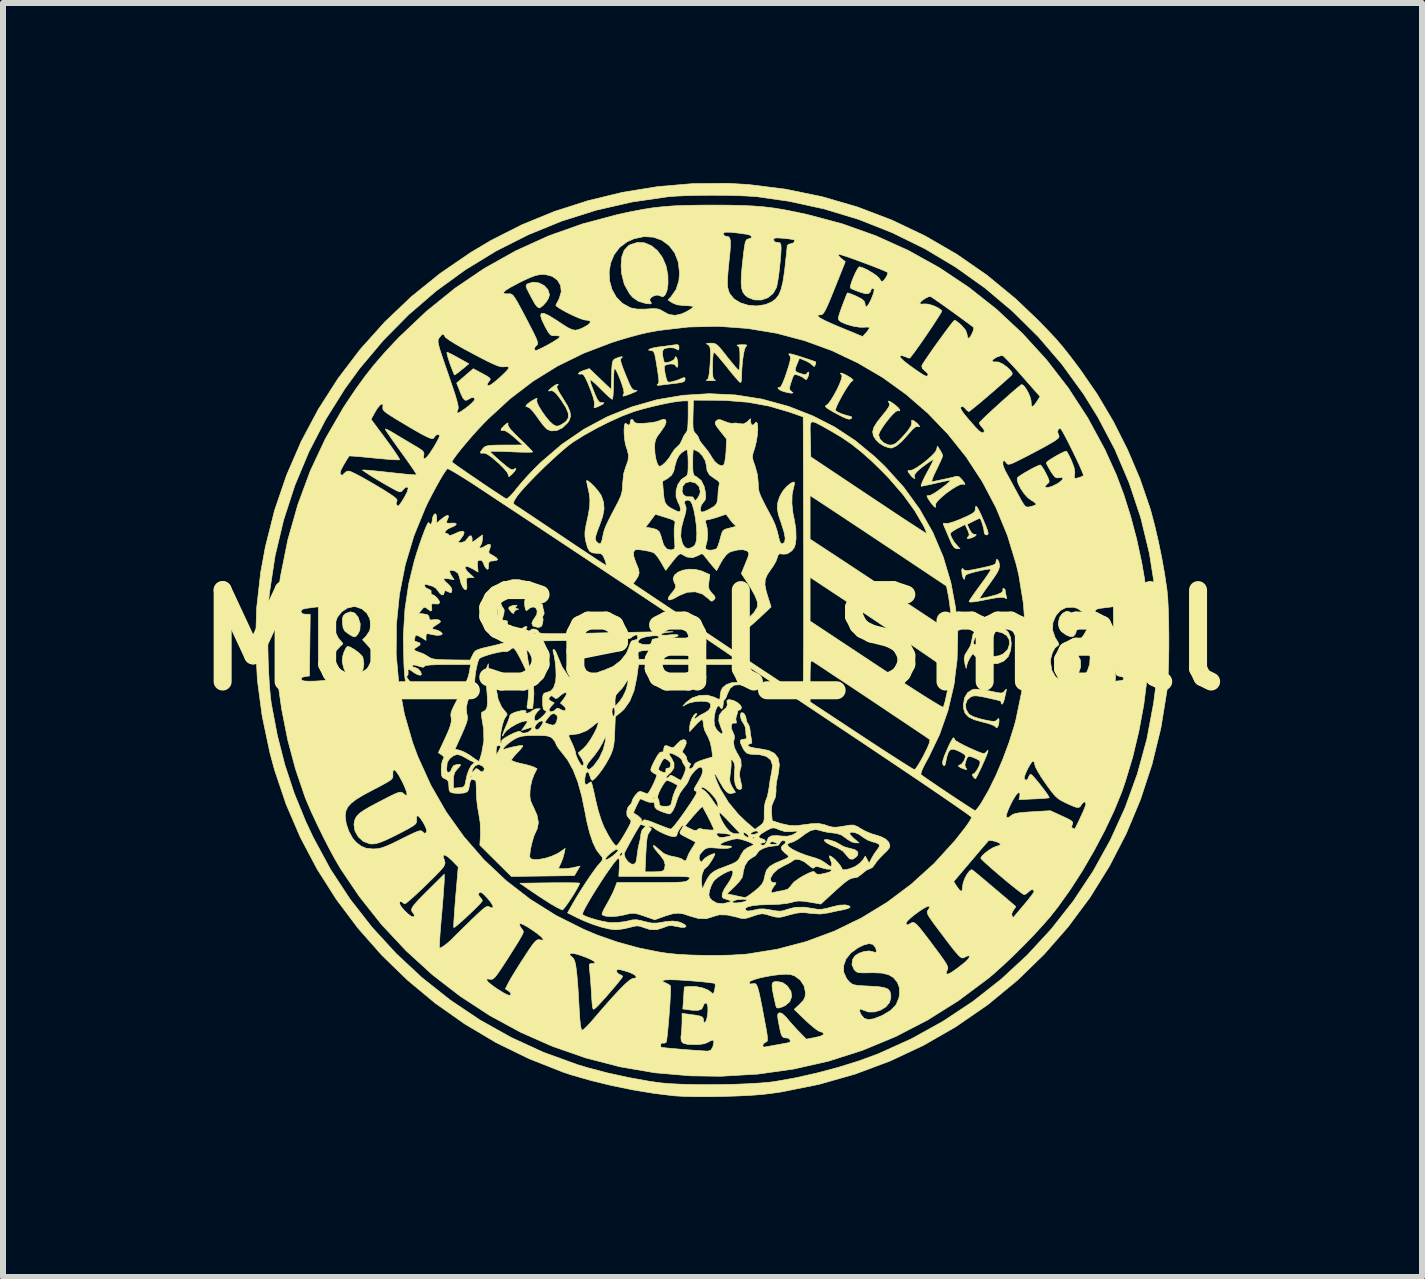
<source format=kicad_pcb>
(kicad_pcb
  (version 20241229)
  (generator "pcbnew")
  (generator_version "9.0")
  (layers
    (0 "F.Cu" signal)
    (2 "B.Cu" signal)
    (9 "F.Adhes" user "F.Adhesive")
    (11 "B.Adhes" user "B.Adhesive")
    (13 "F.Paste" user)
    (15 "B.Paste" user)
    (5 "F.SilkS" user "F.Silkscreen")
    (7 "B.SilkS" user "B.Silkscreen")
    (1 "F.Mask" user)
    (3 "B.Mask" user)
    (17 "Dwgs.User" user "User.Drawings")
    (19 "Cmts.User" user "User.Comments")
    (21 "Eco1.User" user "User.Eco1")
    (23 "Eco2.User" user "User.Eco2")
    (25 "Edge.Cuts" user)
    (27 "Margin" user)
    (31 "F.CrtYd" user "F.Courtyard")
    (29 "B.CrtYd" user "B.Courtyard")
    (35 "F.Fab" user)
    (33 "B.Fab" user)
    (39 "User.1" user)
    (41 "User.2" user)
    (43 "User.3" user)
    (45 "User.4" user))
  (footprint "MU_Seal_Small"
    (layer "F.Cu")
    (at 8.825 7.619)
    (property "Reference" "MU_Seal_Small" (at 0 0 0) (layer "F.SilkS") (effects (font (size 1.524 1.524) (thickness 0.3))))
    (attr through_hole)
    (fp_poly (pts (xy -4.396 -4.788) (xy -4.334 -4.757) (xy -4.253 -4.713) (xy -4.234 -4.703) (xy -4.062 -4.606) (xy -4.175 -4.513) (xy -4.238 -4.462) (xy -4.283 -4.429) (xy -4.299 -4.42) (xy -4.311 -4.442) (xy -4.335 -4.501) (xy -4.367 -4.585) (xy -4.376 -4.61) (xy -4.405 -4.698) (xy -4.423 -4.765) (xy -4.427 -4.798) (xy -4.425 -4.8) (xy -4.396 -4.788)) (stroke (width 0.01) (type solid)) (fill yes) (layer "F.SilkS"))
    (fp_poly (pts (xy 5.977 -0.46) (xy 6.026 -0.4) (xy 6.059 -0.317) (xy 6.071 -0.224) (xy 6.059 -0.134) (xy 6.044 -0.1) (xy 6.011 -0.061) (xy 5.965 -0.057) (xy 5.894 -0.087) (xy 5.887 -0.09) (xy 5.808 -0.156) (xy 5.77 -0.246) (xy 5.766 -0.303) (xy 5.785 -0.382) (xy 5.833 -0.446) (xy 5.897 -0.481) (xy 5.916 -0.483) (xy 5.977 -0.46)) (stroke (width 0.01) (type solid)) (fill yes) (layer "F.SilkS"))
    (fp_poly (pts (xy 1.166 5.705) (xy 1.242 5.759) (xy 1.247 5.764) (xy 1.307 5.852) (xy 1.319 5.942) (xy 1.287 6.024) (xy 1.212 6.09) (xy 1.149 6.117) (xy 1.093 6.132) (xy 1.066 6.122) (xy 1.054 6.088) (xy 1.021 5.94) (xy 1 5.834) (xy 0.992 5.763) (xy 0.996 5.72) (xy 1.014 5.698) (xy 1.045 5.691) (xy 1.081 5.69) (xy 1.166 5.705)) (stroke (width 0.01) (type solid)) (fill yes) (layer "F.SilkS"))
    (fp_poly (pts (xy -5.963 -0.452) (xy -5.906 -0.383) (xy -5.905 -0.38) (xy -5.871 -0.272) (xy -5.878 -0.168) (xy -5.907 -0.107) (xy -5.94 -0.066) (xy -5.973 -0.055) (xy -6.019 -0.074) (xy -6.073 -0.109) (xy -6.129 -0.153) (xy -6.156 -0.203) (xy -6.167 -0.28) (xy -6.167 -0.285) (xy -6.168 -0.362) (xy -6.154 -0.407) (xy -6.118 -0.441) (xy -6.111 -0.445) (xy -6.033 -0.473) (xy -5.963 -0.452)) (stroke (width 0.01) (type solid)) (fill yes) (layer "F.SilkS"))
    (fp_poly (pts (xy -3.257 -0.579) (xy -3.271 -0.563) (xy -3.274 -0.561) (xy -3.293 -0.541) (xy -3.265 -0.527) (xy -3.261 -0.526) (xy -3.231 -0.516) (xy -3.25 -0.511) (xy -3.256 -0.511) (xy -3.297 -0.488) (xy -3.306 -0.467) (xy -3.318 -0.444) (xy -3.342 -0.457) (xy -3.364 -0.481) (xy -3.396 -0.523) (xy -3.392 -0.548) (xy -3.377 -0.56) (xy -3.32 -0.58) (xy -3.289 -0.583) (xy -3.257 -0.579)) (stroke (width 0.01) (type solid)) (fill yes) (layer "F.SilkS"))
    (fp_poly (pts (xy -6.032 0.118) (xy -5.966 0.157) (xy -5.898 0.208) (xy -5.846 0.257) (xy -5.827 0.286) (xy -5.81 0.4) (xy -5.829 0.503) (xy -5.881 0.578) (xy -5.944 0.623) (xy -5.998 0.63) (xy -6.054 0.606) (xy -6.103 0.555) (xy -6.144 0.472) (xy -6.168 0.378) (xy -6.172 0.33) (xy -6.163 0.266) (xy -6.141 0.196) (xy -6.112 0.136) (xy -6.085 0.103) (xy -6.079 0.102) (xy -6.032 0.118)) (stroke (width 0.01) (type solid)) (fill yes) (layer "F.SilkS"))
    (fp_poly (pts (xy -2.891 -5.953) (xy -2.806 -5.91) (xy -2.744 -5.843) (xy -2.718 -5.76) (xy -2.718 -5.753) (xy -2.734 -5.698) (xy -2.774 -5.634) (xy -2.826 -5.576) (xy -2.874 -5.541) (xy -2.891 -5.537) (xy -2.921 -5.556) (xy -2.953 -5.594) (xy -2.985 -5.649) (xy -3.028 -5.728) (xy -3.057 -5.784) (xy -3.094 -5.859) (xy -3.108 -5.901) (xy -3.102 -5.924) (xy -3.077 -5.941) (xy -3.075 -5.943) (xy -2.985 -5.967) (xy -2.891 -5.953)) (stroke (width 0.01) (type solid)) (fill yes) (layer "F.SilkS"))
    (fp_poly (pts (xy 5.947 0.141) (xy 5.982 0.16) (xy 6.081 0.238) (xy 6.132 0.333) (xy 6.136 0.444) (xy 6.135 0.448) (xy 6.105 0.533) (xy 6.054 0.599) (xy 5.996 0.633) (xy 5.98 0.635) (xy 5.937 0.618) (xy 5.882 0.576) (xy 5.865 0.561) (xy 5.808 0.482) (xy 5.788 0.392) (xy 5.788 0.389) (xy 5.788 0.286) (xy 5.797 0.218) (xy 5.817 0.172) (xy 5.838 0.147) (xy 5.867 0.122) (xy 5.898 0.12) (xy 5.947 0.141)) (stroke (width 0.01) (type solid)) (fill yes) (layer "F.SilkS"))
    (fp_poly (pts (xy 1.919 3.324) (xy 1.982 3.339) (xy 2.049 3.363) (xy 2.105 3.393) (xy 2.121 3.404) (xy 2.179 3.437) (xy 2.258 3.463) (xy 2.278 3.466) (xy 2.373 3.492) (xy 2.421 3.529) (xy 2.421 3.577) (xy 2.4 3.607) (xy 2.34 3.651) (xy 2.285 3.645) (xy 2.234 3.588) (xy 2.229 3.58) (xy 2.169 3.513) (xy 2.09 3.466) (xy 1.968 3.414) (xy 1.893 3.372) (xy 1.861 3.337) (xy 1.861 3.336) (xy 1.874 3.322) (xy 1.919 3.324)) (stroke (width 0.01) (type solid)) (fill yes) (layer "F.SilkS"))
    (fp_poly (pts (xy -2.323 4.044) (xy -2.249 4.046) (xy -2.217 4.049) (xy -2.216 4.049) (xy -2.223 4.075) (xy -2.252 4.131) (xy -2.296 4.207) (xy -2.349 4.291) (xy -2.403 4.373) (xy -2.452 4.441) (xy -2.488 4.485) (xy -2.502 4.496) (xy -2.535 4.483) (xy -2.598 4.451) (xy -2.677 4.406) (xy -2.68 4.404) (xy -2.776 4.344) (xy -2.891 4.269) (xy -3.003 4.194) (xy -3.021 4.182) (xy -3.21 4.051) (xy -2.719 4.044) (xy -2.566 4.043) (xy -2.432 4.043) (xy -2.323 4.044)) (stroke (width 0.01) (type solid)) (fill yes) (layer "F.SilkS"))
    (fp_poly (pts (xy -1.131 -6.622) (xy -1.019 -6.574) (xy -0.919 -6.492) (xy -0.836 -6.379) (xy -0.776 -6.242) (xy -0.744 -6.085) (xy -0.742 -5.939) (xy -0.758 -5.829) (xy -0.788 -5.756) (xy -0.826 -5.723) (xy -0.871 -5.736) (xy -0.873 -5.738) (xy -0.918 -5.752) (xy -0.972 -5.741) (xy -1.02 -5.715) (xy -1.046 -5.68) (xy -1.04 -5.649) (xy -1.018 -5.616) (xy -1.032 -5.604) (xy -1.086 -5.608) (xy -1.118 -5.613) (xy -1.237 -5.649) (xy -1.329 -5.712) (xy -1.383 -5.774) (xy -1.47 -5.93) (xy -1.516 -6.114) (xy -1.524 -6.24) (xy -1.512 -6.388) (xy -1.473 -6.496) (xy -1.406 -6.57) (xy -1.372 -6.591) (xy -1.251 -6.629) (xy -1.131 -6.622)) (stroke (width 0.01) (type solid)) (fill yes) (layer "F.SilkS"))
    (fp_poly (pts (xy -0.288 -1.18) (xy -0.182 -1.153) (xy -0.166 -1.146) (xy -0.044 -1.092) (xy -0.06 -0.973) (xy -0.067 -0.895) (xy -0.056 -0.844) (xy -0.02 -0.795) (xy -0.008 -0.782) (xy 0.035 -0.733) (xy 0.044 -0.702) (xy 0.024 -0.673) (xy 0.022 -0.672) (xy -0.009 -0.649) (xy -0.039 -0.661) (xy -0.065 -0.689) (xy -0.169 -0.769) (xy -0.29 -0.806) (xy -0.422 -0.798) (xy -0.554 -0.745) (xy -0.57 -0.735) (xy -0.658 -0.687) (xy -0.716 -0.669) (xy -0.741 -0.681) (xy -0.729 -0.721) (xy -0.688 -0.776) (xy -0.635 -0.841) (xy -0.614 -0.887) (xy -0.62 -0.928) (xy -0.639 -0.962) (xy -0.657 -1.027) (xy -0.633 -1.085) (xy -0.576 -1.133) (xy -0.493 -1.166) (xy -0.395 -1.183) (xy -0.288 -1.18)) (stroke (width 0.01) (type solid)) (fill yes) (layer "F.SilkS"))
    (fp_poly (pts (xy 2.193 -4.435) (xy 2.258 -4.4) (xy 2.321 -4.359) (xy 2.343 -4.334) (xy 2.328 -4.319) (xy 2.326 -4.319) (xy 2.297 -4.292) (xy 2.254 -4.232) (xy 2.203 -4.151) (xy 2.151 -4.061) (xy 2.103 -3.971) (xy 2.067 -3.895) (xy 2.049 -3.843) (xy 2.049 -3.828) (xy 2.086 -3.801) (xy 2.157 -3.77) (xy 2.245 -3.742) (xy 2.27 -3.737) (xy 2.318 -3.722) (xy 2.321 -3.703) (xy 2.308 -3.691) (xy 2.281 -3.682) (xy 2.236 -3.692) (xy 2.165 -3.723) (xy 2.06 -3.778) (xy 1.961 -3.834) (xy 1.903 -3.871) (xy 1.881 -3.896) (xy 1.889 -3.91) (xy 1.895 -3.913) (xy 1.931 -3.943) (xy 1.977 -4.006) (xy 2.027 -4.089) (xy 2.077 -4.182) (xy 2.119 -4.273) (xy 2.148 -4.35) (xy 2.158 -4.401) (xy 2.154 -4.415) (xy 2.13 -4.446) (xy 2.145 -4.453) (xy 2.193 -4.435)) (stroke (width 0.01) (type solid)) (fill yes) (layer "F.SilkS"))
    (fp_poly (pts (xy -2.569 -4.259) (xy -2.586 -4.245) (xy -2.596 -4.224) (xy -2.584 -4.183) (xy -2.546 -4.114) (xy -2.491 -4.026) (xy -2.417 -3.904) (xy -2.376 -3.809) (xy -2.366 -3.733) (xy -2.386 -3.667) (xy -2.415 -3.622) (xy -2.502 -3.539) (xy -2.597 -3.493) (xy -2.69 -3.488) (xy -2.757 -3.515) (xy -2.795 -3.552) (xy -2.85 -3.619) (xy -2.911 -3.702) (xy -2.921 -3.718) (xy -2.991 -3.811) (xy -3.048 -3.869) (xy -3.083 -3.886) (xy -3.112 -3.896) (xy -3.097 -3.925) (xy -3.041 -3.969) (xy -2.995 -3.998) (xy -2.942 -4.027) (xy -2.923 -4.03) (xy -2.928 -4.007) (xy -2.93 -4.002) (xy -2.924 -3.96) (xy -2.892 -3.892) (xy -2.842 -3.81) (xy -2.782 -3.726) (xy -2.72 -3.651) (xy -2.664 -3.599) (xy -2.655 -3.592) (xy -2.608 -3.568) (xy -2.566 -3.57) (xy -2.517 -3.593) (xy -2.441 -3.645) (xy -2.403 -3.706) (xy -2.404 -3.782) (xy -2.443 -3.878) (xy -2.521 -3.999) (xy -2.541 -4.027) (xy -2.602 -4.105) (xy -2.646 -4.146) (xy -2.682 -4.159) (xy -2.701 -4.156) (xy -2.732 -4.152) (xy -2.728 -4.165) (xy -2.686 -4.203) (xy -2.685 -4.205) (xy -2.63 -4.246) (xy -2.588 -4.266) (xy -2.583 -4.267) (xy -2.569 -4.259)) (stroke (width 0.01) (type solid)) (fill yes) (layer "F.SilkS"))
    (fp_poly (pts (xy 4.725 -0.256) (xy 4.771 -0.24) (xy 4.849 -0.199) (xy 4.915 -0.148) (xy 4.928 -0.133) (xy 4.966 -0.05) (xy 4.979 0.057) (xy 4.968 0.17) (xy 4.931 0.267) (xy 4.929 0.272) (xy 4.855 0.347) (xy 4.756 0.389) (xy 4.643 0.397) (xy 4.528 0.371) (xy 4.425 0.31) (xy 4.401 0.289) (xy 4.338 0.225) (xy 4.296 0.284) (xy 4.259 0.353) (xy 4.241 0.406) (xy 4.227 0.47) (xy 4.209 0.406) (xy 4.193 0.314) (xy 4.209 0.24) (xy 4.255 0.167) (xy 4.296 0.097) (xy 4.315 0.035) (xy 4.346 0.035) (xy 4.354 0.068) (xy 4.375 0.07) (xy 4.398 0.087) (xy 4.403 0.143) (xy 4.414 0.208) (xy 4.455 0.249) (xy 4.534 0.271) (xy 4.636 0.278) (xy 4.771 0.261) (xy 4.844 0.229) (xy 4.92 0.157) (xy 4.95 0.064) (xy 4.943 -0.012) (xy 4.903 -0.077) (xy 4.828 -0.122) (xy 4.731 -0.147) (xy 4.625 -0.15) (xy 4.522 -0.133) (xy 4.434 -0.094) (xy 4.373 -0.033) (xy 4.37 -0.027) (xy 4.346 0.035) (xy 4.315 0.035) (xy 4.317 0.03) (xy 4.318 0.018) (xy 4.34 -0.095) (xy 4.4 -0.184) (xy 4.49 -0.244) (xy 4.601 -0.269) (xy 4.725 -0.256)) (stroke (width 0.01) (type solid)) (fill yes) (layer "F.SilkS"))
    (fp_poly (pts (xy 2.989 -3.959) (xy 3.039 -3.923) (xy 3.094 -3.875) (xy 3.122 -3.838) (xy 3.119 -3.82) (xy 3.089 -3.825) (xy 3.057 -3.813) (xy 3.007 -3.768) (xy 2.947 -3.701) (xy 2.885 -3.622) (xy 2.829 -3.543) (xy 2.787 -3.473) (xy 2.769 -3.423) (xy 2.769 -3.418) (xy 2.791 -3.35) (xy 2.849 -3.291) (xy 2.926 -3.256) (xy 2.965 -3.251) (xy 3.012 -3.258) (xy 3.059 -3.284) (xy 3.118 -3.337) (xy 3.187 -3.41) (xy 3.265 -3.503) (xy 3.308 -3.571) (xy 3.32 -3.618) (xy 3.319 -3.625) (xy 3.318 -3.664) (xy 3.342 -3.663) (xy 3.352 -3.658) (xy 3.404 -3.619) (xy 3.431 -3.591) (xy 3.454 -3.559) (xy 3.44 -3.557) (xy 3.425 -3.562) (xy 3.389 -3.558) (xy 3.339 -3.519) (xy 3.27 -3.442) (xy 3.263 -3.434) (xy 3.156 -3.315) (xy 3.064 -3.237) (xy 2.99 -3.203) (xy 2.972 -3.202) (xy 2.923 -3.212) (xy 2.857 -3.236) (xy 2.855 -3.237) (xy 2.783 -3.282) (xy 2.722 -3.341) (xy 2.68 -3.408) (xy 2.669 -3.474) (xy 2.689 -3.547) (xy 2.744 -3.636) (xy 2.821 -3.733) (xy 2.894 -3.823) (xy 2.936 -3.884) (xy 2.952 -3.924) (xy 2.946 -3.95) (xy 2.944 -3.952) (xy 2.926 -3.982) (xy 2.943 -3.984) (xy 2.989 -3.959)) (stroke (width 0.01) (type solid)) (fill yes) (layer "F.SilkS"))
    (fp_poly (pts (xy 4.898 0.825) (xy 4.893 0.851) (xy 4.879 0.912) (xy 4.864 0.984) (xy 4.846 1.04) (xy 4.825 1.067) (xy 4.822 1.067) (xy 4.809 1.051) (xy 4.813 1.042) (xy 4.804 1.019) (xy 4.77 1.004) (xy 4.621 0.97) (xy 4.513 0.946) (xy 4.437 0.933) (xy 4.385 0.927) (xy 4.349 0.93) (xy 4.32 0.938) (xy 4.306 0.944) (xy 4.245 0.996) (xy 4.217 1.071) (xy 4.225 1.153) (xy 4.268 1.226) (xy 4.293 1.247) (xy 4.35 1.276) (xy 4.438 1.305) (xy 4.534 1.329) (xy 4.628 1.347) (xy 4.686 1.353) (xy 4.719 1.347) (xy 4.742 1.328) (xy 4.743 1.326) (xy 4.767 1.303) (xy 4.774 1.323) (xy 4.775 1.348) (xy 4.767 1.409) (xy 4.75 1.45) (xy 4.73 1.46) (xy 4.718 1.444) (xy 4.689 1.423) (xy 4.622 1.397) (xy 4.531 1.371) (xy 4.503 1.365) (xy 4.363 1.326) (xy 4.268 1.28) (xy 4.21 1.22) (xy 4.184 1.14) (xy 4.181 1.076) (xy 4.201 0.958) (xy 4.253 0.873) (xy 4.331 0.824) (xy 4.368 0.817) (xy 4.434 0.819) (xy 4.53 0.83) (xy 4.634 0.85) (xy 4.641 0.851) (xy 4.737 0.872) (xy 4.797 0.881) (xy 4.832 0.877) (xy 4.855 0.861) (xy 4.867 0.847) (xy 4.895 0.815) (xy 4.898 0.825)) (stroke (width 0.01) (type solid)) (fill yes) (layer "F.SilkS"))
    (fp_poly (pts (xy 1.35 -4.759) (xy 1.449 -4.73) (xy 1.477 -4.72) (xy 1.579 -4.687) (xy 1.66 -4.66) (xy 1.71 -4.642) (xy 1.721 -4.637) (xy 1.72 -4.611) (xy 1.712 -4.588) (xy 1.695 -4.559) (xy 1.672 -4.577) (xy 1.667 -4.583) (xy 1.626 -4.617) (xy 1.56 -4.653) (xy 1.543 -4.66) (xy 1.449 -4.699) (xy 1.41 -4.607) (xy 1.382 -4.533) (xy 1.378 -4.491) (xy 1.405 -4.466) (xy 1.466 -4.443) (xy 1.532 -4.426) (xy 1.564 -4.432) (xy 1.569 -4.441) (xy 1.593 -4.469) (xy 1.6 -4.47) (xy 1.607 -4.45) (xy 1.595 -4.401) (xy 1.593 -4.396) (xy 1.57 -4.348) (xy 1.548 -4.345) (xy 1.538 -4.355) (xy 1.496 -4.386) (xy 1.433 -4.414) (xy 1.387 -4.427) (xy 1.359 -4.42) (xy 1.338 -4.385) (xy 1.313 -4.31) (xy 1.312 -4.309) (xy 1.289 -4.232) (xy 1.283 -4.189) (xy 1.294 -4.163) (xy 1.313 -4.147) (xy 1.341 -4.122) (xy 1.325 -4.117) (xy 1.307 -4.117) (xy 1.248 -4.127) (xy 1.176 -4.146) (xy 1.175 -4.146) (xy 1.124 -4.169) (xy 1.094 -4.193) (xy 1.091 -4.21) (xy 1.122 -4.21) (xy 1.142 -4.23) (xy 1.172 -4.29) (xy 1.208 -4.382) (xy 1.234 -4.458) (xy 1.271 -4.573) (xy 1.292 -4.65) (xy 1.299 -4.7) (xy 1.294 -4.731) (xy 1.279 -4.754) (xy 1.271 -4.771) (xy 1.293 -4.773) (xy 1.35 -4.759)) (stroke (width 0.01) (type solid)) (fill yes) (layer "F.SilkS"))
    (fp_poly (pts (xy -3.407 -3.616) (xy -3.411 -3.602) (xy -3.406 -3.57) (xy -3.37 -3.518) (xy -3.302 -3.444) (xy -3.212 -3.356) (xy -3.127 -3.275) (xy -3.059 -3.206) (xy -3.013 -3.158) (xy -2.997 -3.137) (xy -3.021 -3.133) (xy -3.087 -3.132) (xy -3.185 -3.133) (xy -3.306 -3.137) (xy -3.353 -3.14) (xy -3.481 -3.145) (xy -3.588 -3.148) (xy -3.666 -3.148) (xy -3.705 -3.146) (xy -3.708 -3.144) (xy -3.69 -3.123) (xy -3.642 -3.077) (xy -3.573 -3.014) (xy -3.528 -2.975) (xy -3.439 -2.9) (xy -3.378 -2.856) (xy -3.339 -2.84) (xy -3.314 -2.846) (xy -3.312 -2.847) (xy -3.282 -2.865) (xy -3.277 -2.853) (xy -3.295 -2.82) (xy -3.332 -2.777) (xy -3.34 -2.769) (xy -3.383 -2.731) (xy -3.4 -2.728) (xy -3.404 -2.757) (xy -3.404 -2.758) (xy -3.423 -2.797) (xy -3.474 -2.859) (xy -3.55 -2.936) (xy -3.586 -2.968) (xy -3.68 -3.048) (xy -3.748 -3.096) (xy -3.797 -3.117) (xy -3.826 -3.117) (xy -3.864 -3.116) (xy -3.867 -3.137) (xy -3.833 -3.186) (xy -3.815 -3.207) (xy -3.791 -3.226) (xy -3.754 -3.239) (xy -3.692 -3.247) (xy -3.598 -3.251) (xy -3.47 -3.252) (xy -3.162 -3.253) (xy -3.302 -3.379) (xy -3.386 -3.448) (xy -3.452 -3.488) (xy -3.486 -3.495) (xy -3.525 -3.495) (xy -3.521 -3.521) (xy -3.476 -3.572) (xy -3.463 -3.583) (xy -3.42 -3.618) (xy -3.407 -3.616)) (stroke (width 0.01) (type solid)) (fill yes) (layer "F.SilkS"))
    (fp_poly (pts (xy 4.43 -2.183) (xy 4.474 -2.092) (xy 4.505 -2.021) (xy 4.554 -1.906) (xy 4.583 -1.828) (xy 4.594 -1.782) (xy 4.587 -1.76) (xy 4.566 -1.753) (xy 4.561 -1.753) (xy 4.531 -1.773) (xy 4.527 -1.797) (xy 4.522 -1.844) (xy 4.506 -1.908) (xy 4.486 -1.973) (xy 4.466 -2.02) (xy 4.455 -2.032) (xy 4.427 -2.021) (xy 4.371 -1.995) (xy 4.343 -1.981) (xy 4.243 -1.93) (xy 4.285 -1.84) (xy 4.322 -1.783) (xy 4.356 -1.763) (xy 4.361 -1.764) (xy 4.391 -1.763) (xy 4.394 -1.754) (xy 4.373 -1.732) (xy 4.321 -1.707) (xy 4.318 -1.706) (xy 4.266 -1.693) (xy 4.242 -1.699) (xy 4.242 -1.701) (xy 4.262 -1.729) (xy 4.269 -1.732) (xy 4.279 -1.76) (xy 4.257 -1.825) (xy 4.253 -1.834) (xy 4.208 -1.927) (xy 4.085 -1.865) (xy 4.017 -1.826) (xy 3.972 -1.792) (xy 3.962 -1.776) (xy 3.979 -1.72) (xy 4.02 -1.646) (xy 4.072 -1.581) (xy 4.124 -1.524) (xy 4.072 -1.524) (xy 4.031 -1.54) (xy 3.992 -1.595) (xy 3.968 -1.645) (xy 3.928 -1.739) (xy 3.888 -1.833) (xy 3.875 -1.863) (xy 3.85 -1.923) (xy 3.847 -1.949) (xy 3.866 -1.949) (xy 3.882 -1.945) (xy 3.93 -1.947) (xy 4.014 -1.971) (xy 4.124 -2.013) (xy 4.156 -2.027) (xy 4.263 -2.075) (xy 4.331 -2.111) (xy 4.367 -2.141) (xy 4.379 -2.17) (xy 4.379 -2.18) (xy 4.383 -2.226) (xy 4.4 -2.227) (xy 4.43 -2.183)) (stroke (width 0.01) (type solid)) (fill yes) (layer "F.SilkS"))
    (fp_poly (pts (xy 4.033 1.644) (xy 4.032 1.653) (xy 4.051 1.674) (xy 4.108 1.709) (xy 4.193 1.754) (xy 4.276 1.794) (xy 4.387 1.843) (xy 4.461 1.874) (xy 4.508 1.887) (xy 4.536 1.885) (xy 4.556 1.87) (xy 4.563 1.862) (xy 4.589 1.833) (xy 4.591 1.846) (xy 4.583 1.876) (xy 4.567 1.921) (xy 4.537 1.992) (xy 4.499 2.077) (xy 4.459 2.164) (xy 4.422 2.24) (xy 4.394 2.293) (xy 4.382 2.311) (xy 4.362 2.295) (xy 4.343 2.273) (xy 4.328 2.243) (xy 4.337 2.235) (xy 4.371 2.214) (xy 4.411 2.161) (xy 4.446 2.091) (xy 4.455 2.065) (xy 4.46 2.025) (xy 4.434 1.996) (xy 4.38 1.969) (xy 4.308 1.941) (xy 4.268 1.936) (xy 4.244 1.959) (xy 4.223 2.011) (xy 4.205 2.076) (xy 4.215 2.118) (xy 4.223 2.129) (xy 4.239 2.154) (xy 4.217 2.154) (xy 4.191 2.147) (xy 4.132 2.124) (xy 4.1 2.101) (xy 4.101 2.085) (xy 4.118 2.083) (xy 4.154 2.062) (xy 4.19 2.012) (xy 4.213 1.953) (xy 4.216 1.93) (xy 4.195 1.902) (xy 4.139 1.867) (xy 4.065 1.833) (xy 4.021 1.818) (xy 3.971 1.82) (xy 3.933 1.862) (xy 3.903 1.949) (xy 3.891 2.011) (xy 3.877 2.074) (xy 3.862 2.094) (xy 3.843 2.08) (xy 3.833 2.051) (xy 3.84 2.004) (xy 3.865 1.928) (xy 3.904 1.835) (xy 3.946 1.742) (xy 3.983 1.671) (xy 4.009 1.631) (xy 4.016 1.626) (xy 4.033 1.644)) (stroke (width 0.01) (type solid)) (fill yes) (layer "F.SilkS"))
    (fp_poly (pts (xy 0.007 -4.949) (xy 0.044 -4.94) (xy 0.08 -4.916) (xy 0.125 -4.87) (xy 0.187 -4.794) (xy 0.241 -4.725) (xy 0.314 -4.635) (xy 0.375 -4.561) (xy 0.419 -4.513) (xy 0.438 -4.497) (xy 0.447 -4.52) (xy 0.454 -4.581) (xy 0.457 -4.67) (xy 0.457 -4.697) (xy 0.456 -4.8) (xy 0.449 -4.863) (xy 0.436 -4.896) (xy 0.414 -4.91) (xy 0.413 -4.91) (xy 0.408 -4.917) (xy 0.446 -4.922) (xy 0.483 -4.924) (xy 0.55 -4.923) (xy 0.573 -4.915) (xy 0.56 -4.898) (xy 0.556 -4.895) (xy 0.536 -4.855) (xy 0.517 -4.774) (xy 0.501 -4.661) (xy 0.489 -4.525) (xy 0.484 -4.376) (xy 0.483 -4.35) (xy 0.476 -4.305) (xy 0.464 -4.293) (xy 0.441 -4.311) (xy 0.395 -4.363) (xy 0.33 -4.439) (xy 0.254 -4.533) (xy 0.244 -4.547) (xy 0.166 -4.642) (xy 0.099 -4.722) (xy 0.049 -4.777) (xy 0.023 -4.8) (xy 0.022 -4.801) (xy 0.012 -4.777) (xy 0.005 -4.714) (xy 0.001 -4.623) (xy 0 -4.574) (xy 0.001 -4.464) (xy 0.006 -4.394) (xy 0.017 -4.356) (xy 0.036 -4.339) (xy 0.044 -4.336) (xy 0.049 -4.329) (xy 0.011 -4.325) (xy -0.025 -4.324) (xy -0.084 -4.326) (xy -0.106 -4.331) (xy -0.099 -4.335) (xy -0.078 -4.35) (xy -0.064 -4.39) (xy -0.052 -4.463) (xy -0.042 -4.577) (xy -0.041 -4.594) (xy -0.033 -4.731) (xy -0.034 -4.825) (xy -0.044 -4.885) (xy -0.064 -4.919) (xy -0.097 -4.936) (xy -0.097 -4.936) (xy -0.102 -4.943) (xy -0.065 -4.949) (xy -0.038 -4.95) (xy 0.007 -4.949)) (stroke (width 0.01) (type solid)) (fill yes) (layer "F.SilkS"))
    (fp_poly (pts (xy 4.752 -1.341) (xy 4.772 -1.305) (xy 4.781 -1.265) (xy 4.782 -1.224) (xy 4.77 -1.178) (xy 4.74 -1.119) (xy 4.686 -1.037) (xy 4.62 -0.943) (xy 4.552 -0.848) (xy 4.498 -0.769) (xy 4.463 -0.716) (xy 4.453 -0.695) (xy 4.479 -0.697) (xy 4.541 -0.708) (xy 4.622 -0.726) (xy 4.745 -0.76) (xy 4.818 -0.793) (xy 4.841 -0.827) (xy 4.837 -0.841) (xy 4.842 -0.862) (xy 4.85 -0.864) (xy 4.875 -0.844) (xy 4.877 -0.832) (xy 4.884 -0.784) (xy 4.894 -0.737) (xy 4.902 -0.694) (xy 4.888 -0.693) (xy 4.875 -0.703) (xy 4.846 -0.714) (xy 4.794 -0.714) (xy 4.711 -0.704) (xy 4.588 -0.681) (xy 4.551 -0.674) (xy 4.423 -0.649) (xy 4.338 -0.637) (xy 4.291 -0.635) (xy 4.276 -0.644) (xy 4.277 -0.649) (xy 4.296 -0.682) (xy 4.34 -0.746) (xy 4.401 -0.832) (xy 4.471 -0.928) (xy 4.54 -1.023) (xy 4.595 -1.103) (xy 4.631 -1.16) (xy 4.641 -1.184) (xy 4.641 -1.184) (xy 4.611 -1.185) (xy 4.547 -1.176) (xy 4.463 -1.159) (xy 4.374 -1.138) (xy 4.294 -1.116) (xy 4.239 -1.097) (xy 4.225 -1.089) (xy 4.203 -1.054) (xy 4.205 -1.039) (xy 4.202 -1.017) (xy 4.195 -1.016) (xy 4.176 -1.038) (xy 4.16 -1.092) (xy 4.159 -1.099) (xy 4.153 -1.167) (xy 4.162 -1.196) (xy 4.184 -1.18) (xy 4.187 -1.174) (xy 4.209 -1.162) (xy 4.256 -1.161) (xy 4.336 -1.173) (xy 4.444 -1.195) (xy 4.566 -1.222) (xy 4.646 -1.242) (xy 4.693 -1.259) (xy 4.716 -1.275) (xy 4.724 -1.296) (xy 4.724 -1.31) (xy 4.733 -1.345) (xy 4.752 -1.341)) (stroke (width 0.01) (type solid)) (fill yes) (layer "F.SilkS"))
    (fp_poly (pts (xy -0.565 -4.915) (xy -0.559 -4.88) (xy -0.559 -4.875) (xy -0.564 -4.836) (xy -0.584 -4.841) (xy -0.589 -4.846) (xy -0.64 -4.869) (xy -0.713 -4.876) (xy -0.784 -4.865) (xy -0.81 -4.854) (xy -0.833 -4.816) (xy -0.831 -4.743) (xy -0.83 -4.736) (xy -0.817 -4.672) (xy -0.804 -4.632) (xy -0.802 -4.629) (xy -0.768 -4.624) (xy -0.715 -4.637) (xy -0.663 -4.66) (xy -0.631 -4.686) (xy -0.629 -4.695) (xy -0.62 -4.722) (xy -0.612 -4.724) (xy -0.595 -4.702) (xy -0.581 -4.647) (xy -0.579 -4.636) (xy -0.578 -4.574) (xy -0.589 -4.546) (xy -0.608 -4.561) (xy -0.617 -4.581) (xy -0.648 -4.6) (xy -0.704 -4.604) (xy -0.762 -4.594) (xy -0.8 -4.573) (xy -0.801 -4.571) (xy -0.803 -4.537) (xy -0.795 -4.47) (xy -0.785 -4.42) (xy -0.767 -4.345) (xy -0.75 -4.308) (xy -0.722 -4.299) (xy -0.677 -4.306) (xy -0.594 -4.33) (xy -0.527 -4.357) (xy -0.478 -4.377) (xy -0.46 -4.37) (xy -0.457 -4.345) (xy -0.467 -4.317) (xy -0.505 -4.299) (xy -0.581 -4.285) (xy -0.603 -4.283) (xy -0.706 -4.27) (xy -0.806 -4.258) (xy -0.851 -4.252) (xy -0.913 -4.247) (xy -0.926 -4.255) (xy -0.918 -4.262) (xy -0.904 -4.274) (xy -0.896 -4.291) (xy -0.894 -4.322) (xy -0.899 -4.374) (xy -0.91 -4.456) (xy -0.929 -4.576) (xy -0.944 -4.667) (xy -0.961 -4.756) (xy -0.98 -4.805) (xy -1.004 -4.824) (xy -1.02 -4.826) (xy -1.062 -4.831) (xy -1.062 -4.843) (xy -1.027 -4.86) (xy -0.966 -4.876) (xy -0.896 -4.887) (xy -0.795 -4.899) (xy -0.698 -4.912) (xy -0.654 -4.919) (xy -0.592 -4.926) (xy -0.565 -4.915)) (stroke (width 0.01) (type solid)) (fill yes) (layer "F.SilkS"))
    (fp_poly (pts (xy -1.501 -4.719) (xy -1.519 -4.703) (xy -1.532 -4.682) (xy -1.528 -4.639) (xy -1.505 -4.567) (xy -1.477 -4.493) (xy -1.424 -4.363) (xy -1.386 -4.272) (xy -1.356 -4.214) (xy -1.333 -4.182) (xy -1.31 -4.168) (xy -1.285 -4.165) (xy -1.258 -4.16) (xy -1.274 -4.146) (xy -1.31 -4.13) (xy -1.385 -4.099) (xy -1.449 -4.076) (xy -1.491 -4.067) (xy -1.492 -4.08) (xy -1.484 -4.092) (xy -1.475 -4.125) (xy -1.484 -4.183) (xy -1.513 -4.275) (xy -1.536 -4.338) (xy -1.573 -4.429) (xy -1.605 -4.496) (xy -1.628 -4.529) (xy -1.633 -4.53) (xy -1.641 -4.499) (xy -1.647 -4.429) (xy -1.65 -4.331) (xy -1.651 -4.263) (xy -1.653 -4.157) (xy -1.658 -4.074) (xy -1.665 -4.023) (xy -1.671 -4.013) (xy -1.696 -4.03) (xy -1.748 -4.075) (xy -1.817 -4.141) (xy -1.854 -4.178) (xy -1.928 -4.251) (xy -1.989 -4.307) (xy -2.029 -4.339) (xy -2.037 -4.343) (xy -2.039 -4.322) (xy -2.025 -4.267) (xy -2.004 -4.21) (xy -1.958 -4.095) (xy -1.923 -4.019) (xy -1.895 -3.977) (xy -1.869 -3.959) (xy -1.84 -3.958) (xy -1.811 -3.957) (xy -1.821 -3.94) (xy -1.866 -3.913) (xy -1.913 -3.891) (xy -1.962 -3.873) (xy -1.976 -3.881) (xy -1.968 -3.913) (xy -1.969 -3.969) (xy -1.993 -4.063) (xy -2.033 -4.174) (xy -2.082 -4.295) (xy -2.12 -4.375) (xy -2.149 -4.42) (xy -2.176 -4.437) (xy -2.201 -4.434) (xy -2.231 -4.435) (xy -2.235 -4.444) (xy -2.214 -4.466) (xy -2.16 -4.491) (xy -2.145 -4.496) (xy -2.054 -4.526) (xy -1.689 -4.178) (xy -1.682 -4.422) (xy -1.678 -4.536) (xy -1.672 -4.609) (xy -1.661 -4.652) (xy -1.643 -4.677) (xy -1.614 -4.694) (xy -1.611 -4.695) (xy -1.555 -4.716) (xy -1.515 -4.724) (xy -1.501 -4.719)) (stroke (width 0.01) (type solid)) (fill yes) (layer "F.SilkS"))
    (fp_poly (pts (xy 3.792 -3.167) (xy 3.823 -3.112) (xy 3.835 -3.074) (xy 3.825 -3.04) (xy 3.796 -2.974) (xy 3.754 -2.886) (xy 3.734 -2.844) (xy 3.691 -2.755) (xy 3.663 -2.686) (xy 3.653 -2.647) (xy 3.656 -2.642) (xy 3.691 -2.647) (xy 3.76 -2.661) (xy 3.847 -2.68) (xy 3.939 -2.7) (xy 4.018 -2.719) (xy 4.068 -2.733) (xy 4.114 -2.721) (xy 4.167 -2.665) (xy 4.202 -2.614) (xy 4.207 -2.595) (xy 4.184 -2.598) (xy 4.174 -2.601) (xy 4.13 -2.594) (xy 4.061 -2.561) (xy 3.978 -2.509) (xy 3.892 -2.447) (xy 3.814 -2.381) (xy 3.752 -2.321) (xy 3.719 -2.274) (xy 3.717 -2.257) (xy 3.721 -2.216) (xy 3.701 -2.22) (xy 3.659 -2.265) (xy 3.621 -2.317) (xy 3.58 -2.38) (xy 3.574 -2.408) (xy 3.587 -2.407) (xy 3.631 -2.414) (xy 3.707 -2.455) (xy 3.812 -2.529) (xy 3.812 -2.529) (xy 3.889 -2.589) (xy 3.944 -2.636) (xy 3.969 -2.663) (xy 3.968 -2.667) (xy 3.931 -2.662) (xy 3.859 -2.647) (xy 3.763 -2.626) (xy 3.721 -2.616) (xy 3.62 -2.593) (xy 3.537 -2.576) (xy 3.486 -2.566) (xy 3.477 -2.565) (xy 3.477 -2.586) (xy 3.498 -2.641) (xy 3.536 -2.721) (xy 3.567 -2.779) (xy 3.617 -2.872) (xy 3.656 -2.948) (xy 3.679 -2.996) (xy 3.683 -3.007) (xy 3.665 -3.003) (xy 3.62 -2.976) (xy 3.558 -2.932) (xy 3.492 -2.883) (xy 3.433 -2.834) (xy 3.394 -2.797) (xy 3.365 -2.751) (xy 3.365 -2.719) (xy 3.374 -2.694) (xy 3.356 -2.698) (xy 3.322 -2.726) (xy 3.301 -2.75) (xy 3.26 -2.805) (xy 3.258 -2.83) (xy 3.294 -2.829) (xy 3.296 -2.829) (xy 3.338 -2.839) (xy 3.406 -2.877) (xy 3.487 -2.933) (xy 3.572 -2.999) (xy 3.648 -3.067) (xy 3.706 -3.127) (xy 3.733 -3.172) (xy 3.733 -3.173) (xy 3.748 -3.234) (xy 3.792 -3.167)) (stroke (width 0.01) (type solid)) (fill yes) (layer "F.SilkS"))
    (fp_poly (pts (xy 0.597 -7.594) (xy 1.218 -7.516) (xy 1.826 -7.391) (xy 2.417 -7.219) (xy 2.989 -7.001) (xy 3.541 -6.738) (xy 4.069 -6.432) (xy 4.573 -6.083) (xy 5.048 -5.692) (xy 5.402 -5.355) (xy 5.537 -5.218) (xy 5.646 -5.104) (xy 5.738 -5.004) (xy 5.822 -4.906) (xy 5.908 -4.799) (xy 6.005 -4.673) (xy 6.122 -4.518) (xy 6.411 -4.099) (xy 6.679 -3.646) (xy 6.918 -3.172) (xy 7.123 -2.69) (xy 7.287 -2.212) (xy 7.306 -2.148) (xy 7.369 -1.911) (xy 7.431 -1.643) (xy 7.488 -1.365) (xy 7.536 -1.094) (xy 7.572 -0.851) (xy 7.574 -0.838) (xy 7.587 -0.697) (xy 7.596 -0.516) (xy 7.602 -0.308) (xy 7.605 -0.084) (xy 7.605 0.144) (xy 7.601 0.365) (xy 7.594 0.567) (xy 7.584 0.738) (xy 7.574 0.838) (xy 7.472 1.464) (xy 7.324 2.071) (xy 7.131 2.66) (xy 6.894 3.226) (xy 6.613 3.769) (xy 6.291 4.287) (xy 5.927 4.777) (xy 5.525 5.237) (xy 5.083 5.666) (xy 4.605 6.061) (xy 4.563 6.092) (xy 4.051 6.445) (xy 3.515 6.753) (xy 2.956 7.015) (xy 2.375 7.232) (xy 1.774 7.403) (xy 1.153 7.528) (xy 0.962 7.556) (xy 0.81 7.573) (xy 0.62 7.587) (xy 0.404 7.597) (xy 0.176 7.604) (xy -0.053 7.608) (xy -0.271 7.608) (xy -0.465 7.604) (xy -0.624 7.595) (xy -0.648 7.593) (xy -0.977 7.553) (xy -1.328 7.495) (xy -1.685 7.422) (xy -2.032 7.337) (xy -2.353 7.245) (xy -2.492 7.199) (xy -3.061 6.974) (xy -3.607 6.707) (xy -4.127 6.398) (xy -4.62 6.051) (xy -5.082 5.667) (xy -5.512 5.25) (xy -5.908 4.801) (xy -6.268 4.322) (xy -6.589 3.817) (xy -6.869 3.287) (xy -7.107 2.734) (xy -7.3 2.161) (xy -7.377 1.875) (xy -7.506 1.263) (xy -7.586 0.66) (xy -7.616 0.063) (xy -7.61 -0.137) (xy -7.413 -0.137) (xy -7.411 0.091) (xy -7.406 0.322) (xy -7.397 0.546) (xy -7.385 0.751) (xy -7.37 0.926) (xy -7.354 1.054) (xy -7.254 1.582) (xy -7.128 2.077) (xy -6.971 2.553) (xy -6.779 3.023) (xy -6.654 3.289) (xy -6.37 3.814) (xy -6.044 4.312) (xy -5.678 4.781) (xy -5.276 5.22) (xy -4.841 5.626) (xy -4.374 5.996) (xy -3.88 6.328) (xy -3.361 6.619) (xy -2.82 6.868) (xy -2.26 7.071) (xy -2.083 7.125) (xy -1.744 7.214) (xy -1.39 7.291) (xy -1.044 7.353) (xy -0.864 7.378) (xy -0.718 7.391) (xy -0.534 7.4) (xy -0.321 7.406) (xy -0.09 7.408) (xy 0.149 7.406) (xy 0.384 7.401) (xy 0.606 7.392) (xy 0.804 7.38) (xy 0.967 7.365) (xy 1.036 7.356) (xy 1.385 7.294) (xy 1.747 7.212) (xy 2.107 7.116) (xy 2.449 7.009) (xy 2.756 6.896) (xy 2.756 6.896) (xy 3.312 6.645) (xy 3.841 6.352) (xy 4.341 6.02) (xy 4.81 5.651) (xy 5.246 5.248) (xy 5.648 4.812) (xy 6.013 4.347) (xy 6.341 3.853) (xy 6.629 3.334) (xy 6.876 2.792) (xy 7.08 2.229) (xy 7.239 1.648) (xy 7.351 1.05) (xy 7.391 0.737) (xy 7.404 0.562) (xy 7.412 0.35) (xy 7.416 0.115) (xy 7.414 -0.13) (xy 7.408 -0.371) (xy 7.397 -0.596) (xy 7.382 -0.789) (xy 7.377 -0.838) (xy 7.281 -1.446) (xy 7.137 -2.04) (xy 6.945 -2.618) (xy 6.706 -3.179) (xy 6.421 -3.719) (xy 6.187 -4.096) (xy 5.827 -4.593) (xy 5.432 -5.054) (xy 5.003 -5.479) (xy 4.543 -5.867) (xy 4.055 -6.215) (xy 3.54 -6.523) (xy 3.001 -6.788) (xy 2.442 -7.01) (xy 1.863 -7.186) (xy 1.267 -7.316) (xy 0.737 -7.391) (xy 0.597 -7.401) (xy 0.419 -7.409) (xy 0.216 -7.414) (xy -0.000192 -7.415) (xy -0.216 -7.414) (xy -0.419 -7.409) (xy -0.597 -7.401) (xy -0.737 -7.391) (xy -1.345 -7.302) (xy -1.938 -7.166) (xy -2.515 -6.984) (xy -3.073 -6.756) (xy -3.609 -6.485) (xy -4.121 -6.172) (xy -4.607 -5.819) (xy -5.063 -5.426) (xy -5.488 -4.996) (xy -5.88 -4.53) (xy -6.127 -4.191) (xy -6.449 -3.676) (xy -6.728 -3.137) (xy -6.962 -2.577) (xy -7.15 -1.997) (xy -7.291 -1.403) (xy -7.383 -0.795) (xy -7.394 -0.691) (xy -7.405 -0.539) (xy -7.411 -0.35) (xy -7.413 -0.137) (xy -7.61 -0.137) (xy -7.598 -0.532) (xy -7.531 -1.127) (xy -7.452 -1.557) (xy -7.299 -2.163) (xy -7.1 -2.747) (xy -6.856 -3.31) (xy -6.569 -3.849) (xy -6.241 -4.361) (xy -5.872 -4.846) (xy -5.465 -5.3) (xy -5.021 -5.723) (xy -4.541 -6.111) (xy -4.027 -6.463) (xy -3.687 -6.665) (xy -3.175 -6.924) (xy -2.635 -7.145) (xy -2.074 -7.325) (xy -1.499 -7.464) (xy -0.915 -7.559) (xy -0.33 -7.609) (xy 0.25 -7.614) (xy 0.597 -7.594)) (stroke (width 0.01) (type solid)) (fill yes) (layer "F.SilkS"))
    (fp_poly (pts (xy 0.263 -7.25) (xy 0.486 -7.245) (xy 0.68 -7.236) (xy 0.857 -7.222) (xy 1.028 -7.201) (xy 1.203 -7.172) (xy 1.394 -7.134) (xy 1.575 -7.095) (xy 2.158 -6.94) (xy 2.721 -6.74) (xy 3.263 -6.495) (xy 3.78 -6.208) (xy 4.271 -5.88) (xy 4.733 -5.515) (xy 5.165 -5.112) (xy 5.564 -4.675) (xy 5.928 -4.205) (xy 6.254 -3.704) (xy 6.541 -3.173) (xy 6.73 -2.756) (xy 6.854 -2.426) (xy 6.969 -2.061) (xy 7.071 -1.675) (xy 7.155 -1.282) (xy 7.201 -1.016) (xy 7.221 -0.853) (xy 7.237 -0.651) (xy 7.249 -0.424) (xy 7.257 -0.183) (xy 7.26 0.06) (xy 7.258 0.291) (xy 7.251 0.499) (xy 7.241 0.651) (xy 7.187 1.077) (xy 7.106 1.516) (xy 7.002 1.951) (xy 6.878 2.363) (xy 6.82 2.531) (xy 6.693 2.842) (xy 6.537 3.172) (xy 6.358 3.51) (xy 6.165 3.843) (xy 5.962 4.158) (xy 5.758 4.444) (xy 5.627 4.61) (xy 5.497 4.759) (xy 5.342 4.927) (xy 5.171 5.103) (xy 4.995 5.277) (xy 4.824 5.437) (xy 4.67 5.575) (xy 4.597 5.635) (xy 4.1 6.007) (xy 3.584 6.331) (xy 3.051 6.607) (xy 2.501 6.835) (xy 1.934 7.016) (xy 1.351 7.148) (xy 0.753 7.232) (xy 0.139 7.268) (xy -0.368 7.261) (xy -0.961 7.21) (xy -1.543 7.11) (xy -2.112 6.963) (xy -2.665 6.77) (xy -2.732 6.741) (xy -0.864 6.741) (xy -0.86 6.778) (xy -0.857 6.785) (xy -0.828 6.789) (xy -0.758 6.797) (xy -0.66 6.806) (xy -0.544 6.816) (xy -0.421 6.826) (xy -0.302 6.835) (xy -0.198 6.842) (xy -0.12 6.847) (xy -0.078 6.849) (xy -0.077 6.849) (xy -0.027 6.832) (xy 0.003 6.782) (xy 0.009 6.762) (xy 0.023 6.692) (xy 0.01 6.665) (xy -0.033 6.677) (xy -0.065 6.696) (xy -0.129 6.724) (xy -0.218 6.738) (xy -0.311 6.74) (xy -0.421 6.735) (xy -0.488 6.717) (xy -0.521 6.681) (xy -0.527 6.621) (xy -0.522 6.579) (xy -0.514 6.499) (xy -0.509 6.4) (xy -0.508 6.355) (xy -0.508 6.22) (xy -0.387 6.236) (xy -0.277 6.251) (xy -0.207 6.265) (xy -0.17 6.282) (xy -0.155 6.304) (xy -0.152 6.325) (xy -0.144 6.369) (xy -0.124 6.37) (xy -0.102 6.333) (xy -0.092 6.296) (xy -0.077 6.19) (xy -0.078 6.107) (xy -0.094 6.056) (xy -0.113 6.045) (xy -0.144 6.067) (xy -0.157 6.102) (xy -0.18 6.147) (xy -0.238 6.169) (xy -0.334 6.168) (xy -0.391 6.161) (xy -0.495 6.146) (xy -0.47 5.779) (xy -0.376 5.771) (xy -0.277 5.773) (xy -0.173 5.793) (xy -0.085 5.826) (xy -0.041 5.855) (xy -0.005 5.886) (xy 0.009 5.893) (xy 0.024 5.871) (xy 0.037 5.821) (xy 0.045 5.766) (xy 0.043 5.727) (xy 0.041 5.722) (xy 0.011 5.715) (xy -0.06 5.705) (xy -0.065 5.705) (xy 0.61 5.705) (xy 0.625 5.73) (xy 0.671 5.726) (xy 0.696 5.722) (xy 0.717 5.727) (xy 0.735 5.747) (xy 0.752 5.787) (xy 0.771 5.854) (xy 0.793 5.953) (xy 0.821 6.09) (xy 0.855 6.27) (xy 0.86 6.299) (xy 0.888 6.446) (xy 0.906 6.55) (xy 0.915 6.62) (xy 0.916 6.663) (xy 0.91 6.685) (xy 0.896 6.696) (xy 0.886 6.699) (xy 0.852 6.722) (xy 0.837 6.755) (xy 0.846 6.779) (xy 0.857 6.782) (xy 0.89 6.777) (xy 0.958 6.765) (xy 1.05 6.748) (xy 1.075 6.744) (xy 1.17 6.726) (xy 1.243 6.713) (xy 1.282 6.706) (xy 1.285 6.706) (xy 1.294 6.685) (xy 1.295 6.668) (xy 1.273 6.637) (xy 1.233 6.629) (xy 1.193 6.626) (xy 1.166 6.61) (xy 1.145 6.572) (xy 1.127 6.502) (xy 1.107 6.403) (xy 1.09 6.309) (xy 1.085 6.254) (xy 1.092 6.225) (xy 1.112 6.211) (xy 1.114 6.21) (xy 1.156 6.219) (xy 1.214 6.271) (xy 1.243 6.304) (xy 1.312 6.385) (xy 1.395 6.477) (xy 1.447 6.531) (xy 1.562 6.649) (xy 1.708 6.622) (xy 1.798 6.6) (xy 1.847 6.575) (xy 1.854 6.562) (xy 1.833 6.534) (xy 1.803 6.528) (xy 1.763 6.511) (xy 1.697 6.464) (xy 1.614 6.394) (xy 1.556 6.341) (xy 1.361 6.153) (xy 1.455 6.065) (xy 1.515 6.001) (xy 1.542 5.944) (xy 1.549 5.873) (xy 1.549 5.872) (xy 1.526 5.762) (xy 1.463 5.666) (xy 1.372 5.597) (xy 1.3 5.572) (xy 1.226 5.567) (xy 1.127 5.573) (xy 1.013 5.586) (xy 0.896 5.606) (xy 0.786 5.63) (xy 0.695 5.656) (xy 0.632 5.682) (xy 0.61 5.705) (xy -0.065 5.705) (xy -0.164 5.694) (xy -0.292 5.683) (xy -0.387 5.675) (xy -0.569 5.663) (xy -0.705 5.659) (xy -0.793 5.663) (xy -0.834 5.674) (xy -0.825 5.692) (xy -0.781 5.712) (xy -0.728 5.739) (xy -0.702 5.761) (xy -0.699 5.793) (xy -0.7 5.866) (xy -0.705 5.969) (xy -0.712 6.093) (xy -0.722 6.227) (xy -0.733 6.361) (xy -0.744 6.486) (xy -0.755 6.591) (xy -0.764 6.666) (xy -0.772 6.702) (xy -0.773 6.702) (xy -0.807 6.718) (xy -0.826 6.714) (xy -0.858 6.719) (xy -0.864 6.741) (xy -2.732 6.741) (xy -3.2 6.534) (xy -3.715 6.254) (xy -4.206 5.933) (xy -4.556 5.663) (xy -3.766 5.663) (xy -3.736 5.701) (xy -3.668 5.757) (xy -3.588 5.813) (xy -3.482 5.879) (xy -3.411 5.914) (xy -3.372 5.919) (xy -3.366 5.915) (xy -3.361 5.883) (xy -3.396 5.85) (xy -3.453 5.811) (xy -3.399 5.706) (xy -3.366 5.646) (xy -3.311 5.555) (xy -3.242 5.444) (xy -3.165 5.323) (xy -3.143 5.29) (xy -3.108 5.235) (xy -2.382 5.235) (xy -2.368 5.259) (xy -2.341 5.28) (xy -2.32 5.302) (xy -2.302 5.335) (xy -2.287 5.386) (xy -2.274 5.459) (xy -2.262 5.56) (xy -2.25 5.693) (xy -2.238 5.865) (xy -2.226 6.081) (xy -2.221 6.166) (xy -2.211 6.322) (xy -2.199 6.429) (xy -2.186 6.488) (xy -2.174 6.502) (xy -2.144 6.484) (xy -2.093 6.436) (xy -2.03 6.368) (xy -2.018 6.354) (xy -1.832 6.138) (xy -1.676 5.961) (xy -1.549 5.824) (xy -1.45 5.725) (xy -1.378 5.664) (xy -1.334 5.639) (xy -1.328 5.639) (xy -1.279 5.63) (xy -1.272 5.607) (xy -1.302 5.576) (xy -1.367 5.543) (xy -1.406 5.529) (xy -1.486 5.505) (xy -1.548 5.49) (xy -1.571 5.486) (xy -1.598 5.501) (xy -1.595 5.533) (xy -1.566 5.563) (xy -1.549 5.57) (xy -1.508 5.59) (xy -1.499 5.606) (xy -1.514 5.632) (xy -1.557 5.687) (xy -1.619 5.762) (xy -1.692 5.848) (xy -1.769 5.937) (xy -1.843 6.019) (xy -1.905 6.086) (xy -1.949 6.129) (xy -1.972 6.147) (xy -1.987 6.15) (xy -1.997 6.129) (xy -2.005 6.077) (xy -2.012 5.986) (xy -2.017 5.9) (xy -2.025 5.772) (xy -2.034 5.65) (xy -2.043 5.549) (xy -2.048 5.505) (xy -2.054 5.433) (xy -2.053 5.424) (xy 2.185 5.424) (xy 2.187 5.536) (xy 2.235 5.641) (xy 2.258 5.67) (xy 2.292 5.706) (xy 2.324 5.73) (xy 2.365 5.745) (xy 2.427 5.755) (xy 2.52 5.761) (xy 2.616 5.766) (xy 2.758 5.774) (xy 2.857 5.789) (xy 2.92 5.813) (xy 2.955 5.85) (xy 2.97 5.905) (xy 2.972 5.957) (xy 2.949 6.04) (xy 2.888 6.112) (xy 2.801 6.165) (xy 2.701 6.196) (xy 2.6 6.197) (xy 2.515 6.167) (xy 2.467 6.147) (xy 2.449 6.165) (xy 2.463 6.217) (xy 2.48 6.247) (xy 2.527 6.301) (xy 2.592 6.323) (xy 2.679 6.312) (xy 2.797 6.268) (xy 2.835 6.251) (xy 2.969 6.171) (xy 3.058 6.078) (xy 3.106 5.964) (xy 3.117 5.896) (xy 3.115 5.794) (xy 3.084 5.711) (xy 3.074 5.694) (xy 3.013 5.622) (xy 2.93 5.574) (xy 2.818 5.548) (xy 2.668 5.542) (xy 2.626 5.543) (xy 2.519 5.545) (xy 2.451 5.542) (xy 2.408 5.532) (xy 2.378 5.51) (xy 2.359 5.488) (xy 2.324 5.409) (xy 2.333 5.324) (xy 2.373 5.262) (xy 2.438 5.219) (xy 2.524 5.189) (xy 2.609 5.179) (xy 2.659 5.189) (xy 2.715 5.205) (xy 2.734 5.186) (xy 2.719 5.131) (xy 2.715 5.121) (xy 2.673 5.07) (xy 2.608 5.057) (xy 2.517 5.081) (xy 2.427 5.125) (xy 2.307 5.211) (xy 2.225 5.313) (xy 2.185 5.424) (xy -2.053 5.424) (xy -2.049 5.398) (xy -2.027 5.39) (xy -2.015 5.391) (xy -1.972 5.385) (xy -1.959 5.372) (xy -1.976 5.351) (xy -2.029 5.321) (xy -2.104 5.288) (xy -2.188 5.257) (xy -2.268 5.232) (xy -2.331 5.219) (xy -2.359 5.22) (xy -2.382 5.235) (xy -3.108 5.235) (xy -3.064 5.168) (xy -3.005 5.083) (xy -2.963 5.03) (xy -2.931 5.001) (xy -2.905 4.991) (xy -2.88 4.994) (xy -2.83 5) (xy -2.822 4.982) (xy -2.856 4.942) (xy -2.929 4.883) (xy -3.009 4.827) (xy -3.104 4.766) (xy -3.174 4.731) (xy -3.211 4.723) (xy -3.214 4.726) (xy -3.211 4.763) (xy -3.184 4.804) (xy -3.158 4.838) (xy -3.153 4.868) (xy -3.172 4.914) (xy -3.199 4.961) (xy -3.235 5.023) (xy -3.292 5.115) (xy -3.362 5.226) (xy -3.438 5.345) (xy -3.452 5.366) (xy -3.531 5.487) (xy -3.588 5.569) (xy -3.63 5.621) (xy -3.661 5.647) (xy -3.688 5.654) (xy -3.7 5.652) (xy -3.755 5.646) (xy -3.766 5.663) (xy -4.556 5.663) (xy -4.672 5.573) (xy -5.109 5.174) (xy -5.516 4.739) (xy -5.811 4.367) (xy -5.215 4.367) (xy -5.214 4.398) (xy -5.184 4.448) (xy -5.135 4.506) (xy -5.078 4.56) (xy -5.025 4.6) (xy -4.986 4.613) (xy -4.98 4.611) (xy -4.966 4.585) (xy -4.991 4.546) (xy -5.011 4.52) (xy -5.017 4.492) (xy -5.005 4.456) (xy -4.971 4.408) (xy -4.912 4.341) (xy -4.823 4.25) (xy -4.726 4.153) (xy -4.47 3.9) (xy -4.471 4.001) (xy -4.474 4.058) (xy -4.481 4.155) (xy -4.49 4.284) (xy -4.502 4.433) (xy -4.516 4.594) (xy -4.517 4.601) (xy -4.53 4.756) (xy -4.541 4.894) (xy -4.548 5.008) (xy -4.552 5.088) (xy -4.552 5.127) (xy -4.551 5.129) (xy -4.53 5.128) (xy -4.483 5.1) (xy -4.421 5.052) (xy -4.355 4.994) (xy -4.305 4.943) (xy -4.278 4.916) (xy -4.222 4.861) (xy -4.144 4.784) (xy -4.052 4.695) (xy -4.02 4.663) (xy -3.916 4.564) (xy -3.842 4.496) (xy -3.79 4.455) (xy -3.756 4.438) (xy -3.732 4.438) (xy -3.721 4.445) (xy -3.677 4.463) (xy -3.658 4.455) (xy -3.661 4.425) (xy -3.696 4.367) (xy -3.746 4.305) (xy -3.81 4.237) (xy -3.852 4.204) (xy -3.88 4.203) (xy -3.888 4.208) (xy -3.904 4.241) (xy -3.878 4.279) (xy -3.877 4.28) (xy -3.844 4.321) (xy -3.835 4.343) (xy -3.853 4.368) (xy -3.898 4.417) (xy -3.964 4.483) (xy -4.042 4.558) (xy -4.123 4.634) (xy -4.199 4.702) (xy -4.261 4.756) (xy -4.301 4.786) (xy -4.312 4.79) (xy -4.313 4.762) (xy -4.311 4.692) (xy -4.304 4.586) (xy -4.295 4.454) (xy -4.283 4.302) (xy -4.281 4.278) (xy -4.238 3.778) (xy -4.347 3.667) (xy -4.413 3.609) (xy -4.462 3.581) (xy -4.489 3.586) (xy -4.486 3.623) (xy -4.472 3.655) (xy -4.457 3.713) (xy -4.476 3.768) (xy -4.505 3.805) (xy -4.561 3.867) (xy -4.638 3.946) (xy -4.729 4.035) (xy -4.824 4.128) (xy -4.918 4.217) (xy -5.003 4.295) (xy -5.072 4.354) (xy -5.116 4.389) (xy -5.128 4.394) (xy -5.163 4.376) (xy -5.17 4.367) (xy -5.196 4.353) (xy -5.215 4.367) (xy -5.811 4.367) (xy -5.889 4.268) (xy -6.197 3.812) (xy -6.284 3.664) (xy -6.383 3.483) (xy -6.486 3.282) (xy -6.588 3.074) (xy -6.65 2.94) (xy -6.121 2.94) (xy -6.105 3.058) (xy -6.062 3.184) (xy -6.001 3.297) (xy -5.941 3.368) (xy -5.855 3.434) (xy -5.772 3.468) (xy -5.668 3.479) (xy -5.647 3.479) (xy -5.587 3.476) (xy -5.526 3.464) (xy -5.454 3.44) (xy -5.361 3.4) (xy -5.237 3.34) (xy -5.19 3.316) (xy -5.061 3.252) (xy -4.97 3.209) (xy -4.908 3.184) (xy -4.87 3.176) (xy -4.846 3.181) (xy -4.832 3.194) (xy -4.799 3.221) (xy -4.772 3.207) (xy -4.762 3.177) (xy -4.778 3.123) (xy -4.819 3.043) (xy -4.871 2.964) (xy -4.908 2.927) (xy -4.93 2.935) (xy -4.934 2.988) (xy -4.933 3) (xy -4.933 3.032) (xy -4.948 3.061) (xy -4.985 3.092) (xy -5.052 3.132) (xy -5.156 3.188) (xy -5.161 3.191) (xy -5.322 3.273) (xy -5.447 3.332) (xy -5.542 3.371) (xy -5.617 3.392) (xy -5.677 3.397) (xy -5.712 3.394) (xy -5.819 3.354) (xy -5.903 3.279) (xy -5.959 3.181) (xy -5.976 3.072) (xy -5.967 3.014) (xy -5.95 2.967) (xy -5.922 2.925) (xy -5.878 2.882) (xy -5.81 2.835) (xy -5.713 2.778) (xy -5.579 2.706) (xy -5.495 2.663) (xy -5.375 2.601) (xy -5.291 2.561) (xy -5.235 2.539) (xy -5.199 2.533) (xy -5.174 2.539) (xy -5.153 2.555) (xy -5.109 2.587) (xy -5.091 2.576) (xy -5.1 2.525) (xy -5.135 2.434) (xy -5.169 2.362) (xy -5.227 2.253) (xy -5.274 2.185) (xy -5.307 2.16) (xy -5.326 2.179) (xy -5.328 2.239) (xy -5.327 2.271) (xy -5.334 2.298) (xy -5.357 2.325) (xy -5.402 2.356) (xy -5.476 2.398) (xy -5.584 2.456) (xy -5.649 2.489) (xy -5.813 2.577) (xy -5.936 2.651) (xy -6.022 2.717) (xy -6.078 2.779) (xy -6.109 2.843) (xy -6.121 2.915) (xy -6.121 2.94) (xy -6.65 2.94) (xy -6.681 2.875) (xy -6.758 2.697) (xy -6.791 2.616) (xy -6.949 2.151) (xy -7.081 1.657) (xy -7.181 1.149) (xy -7.227 0.826) (xy -7.243 0.652) (xy -7.254 0.442) (xy -7.259 0.208) (xy -7.26 -0.039) (xy -7.256 -0.288) (xy -7.25 -0.471) (xy -6.858 -0.471) (xy -6.837 -0.44) (xy -6.781 -0.432) (xy -6.705 -0.432) (xy -6.711 0.083) (xy -6.718 0.597) (xy -6.788 0.605) (xy -6.846 0.621) (xy -6.855 0.65) (xy -6.84 0.67) (xy -6.805 0.68) (xy -6.735 0.684) (xy -6.645 0.683) (xy -6.548 0.678) (xy -6.458 0.669) (xy -6.39 0.657) (xy -6.357 0.643) (xy -6.356 0.641) (xy -6.368 0.616) (xy -6.406 0.61) (xy -6.444 0.607) (xy -6.473 0.597) (xy -6.495 0.572) (xy -6.51 0.527) (xy -6.519 0.456) (xy -6.522 0.4) (xy -6.321 0.4) (xy -6.292 0.514) (xy -6.267 0.561) (xy -6.178 0.655) (xy -6.074 0.704) (xy -5.96 0.706) (xy -5.872 0.676) (xy -5.77 0.606) (xy -5.707 0.52) (xy -5.675 0.404) (xy -5.669 0.345) (xy -5.665 0.255) (xy -5.667 0.237) (xy -5.272 0.237) (xy -5.227 0.736) (xy -5.136 1.229) (xy -4.997 1.71) (xy -4.913 1.936) (xy -4.697 2.413) (xy -4.44 2.86) (xy -4.144 3.275) (xy -3.811 3.658) (xy -3.442 4.006) (xy -3.04 4.317) (xy -2.607 4.589) (xy -2.143 4.821) (xy -1.922 4.914) (xy -1.589 5.03) (xy -1.238 5.127) (xy -0.893 5.197) (xy -0.762 5.217) (xy -0.589 5.235) (xy -0.38 5.247) (xy -0.152 5.253) (xy 0.08 5.254) (xy 0.302 5.249) (xy 0.497 5.238) (xy 0.579 5.231) (xy 1.077 5.151) (xy 1.562 5.023) (xy 2.031 4.849) (xy 2.308 4.714) (xy 3.226 4.714) (xy 3.232 4.745) (xy 3.26 4.743) (xy 3.3 4.72) (xy 3.325 4.707) (xy 3.348 4.705) (xy 3.376 4.718) (xy 3.412 4.75) (xy 3.462 4.807) (xy 3.53 4.893) (xy 3.621 5.012) (xy 3.686 5.1) (xy 3.782 5.228) (xy 3.849 5.322) (xy 3.893 5.389) (xy 3.916 5.435) (xy 3.922 5.467) (xy 3.916 5.489) (xy 3.914 5.491) (xy 3.897 5.539) (xy 3.9 5.564) (xy 3.928 5.564) (xy 3.99 5.532) (xy 4.08 5.468) (xy 4.196 5.377) (xy 4.216 5.361) (xy 4.266 5.31) (xy 4.283 5.273) (xy 4.27 5.257) (xy 4.227 5.271) (xy 4.213 5.279) (xy 4.188 5.293) (xy 4.164 5.296) (xy 4.137 5.285) (xy 4.102 5.255) (xy 4.054 5.201) (xy 3.988 5.119) (xy 3.9 5.004) (xy 3.817 4.894) (xy 3.721 4.766) (xy 3.653 4.673) (xy 3.608 4.607) (xy 3.584 4.562) (xy 3.577 4.532) (xy 3.582 4.511) (xy 3.594 4.496) (xy 3.619 4.453) (xy 3.608 4.433) (xy 3.576 4.439) (xy 3.517 4.471) (xy 3.443 4.519) (xy 3.366 4.576) (xy 3.296 4.633) (xy 3.246 4.682) (xy 3.226 4.714) (xy 3.226 4.714) (xy 2.308 4.714) (xy 2.482 4.63) (xy 2.911 4.368) (xy 3.316 4.064) (xy 3.361 4.023) (xy 4.019 4.023) (xy 4.073 4.107) (xy 4.12 4.17) (xy 4.149 4.186) (xy 4.163 4.156) (xy 4.166 4.111) (xy 4.177 4.046) (xy 4.204 3.972) (xy 4.242 3.901) (xy 4.281 3.848) (xy 4.316 3.825) (xy 4.326 3.827) (xy 4.354 3.848) (xy 4.414 3.897) (xy 4.499 3.968) (xy 4.602 4.055) (xy 4.699 4.137) (xy 4.81 4.231) (xy 4.908 4.314) (xy 4.985 4.38) (xy 5.035 4.422) (xy 5.052 4.437) (xy 5.045 4.459) (xy 5.017 4.495) (xy 4.988 4.55) (xy 4.989 4.587) (xy 5.006 4.619) (xy 5.014 4.62) (xy 5.033 4.598) (xy 5.078 4.545) (xy 5.14 4.471) (xy 5.191 4.411) (xy 5.261 4.326) (xy 5.317 4.254) (xy 5.352 4.206) (xy 5.359 4.19) (xy 5.344 4.158) (xy 5.307 4.162) (xy 5.27 4.192) (xy 5.225 4.229) (xy 5.194 4.242) (xy 5.166 4.226) (xy 5.108 4.183) (xy 5.028 4.12) (xy 4.932 4.043) (xy 4.83 3.957) (xy 4.727 3.87) (xy 4.632 3.788) (xy 4.553 3.717) (xy 4.497 3.664) (xy 4.471 3.635) (xy 4.47 3.632) (xy 4.49 3.598) (xy 4.54 3.55) (xy 4.606 3.5) (xy 4.674 3.459) (xy 4.726 3.437) (xy 4.779 3.421) (xy 4.801 3.402) (xy 4.779 3.38) (xy 4.727 3.358) (xy 4.665 3.342) (xy 4.615 3.338) (xy 4.597 3.344) (xy 4.575 3.37) (xy 4.525 3.427) (xy 4.454 3.51) (xy 4.369 3.611) (xy 4.298 3.694) (xy 4.019 4.023) (xy 3.361 4.023) (xy 3.693 3.722) (xy 4.04 3.341) (xy 4.212 3.122) (xy 4.265 3.047) (xy 4.303 2.986) (xy 4.318 2.952) (xy 4.318 2.951) (xy 4.297 2.933) (xy 4.28 2.921) (xy 4.896 2.921) (xy 4.898 2.952) (xy 4.934 2.956) (xy 4.972 2.927) (xy 5.002 2.905) (xy 5.046 2.889) (xy 5.115 2.877) (xy 5.217 2.867) (xy 5.326 2.86) (xy 5.63 2.842) (xy 5.826 2.932) (xy 5.921 2.976) (xy 5.977 3.008) (xy 6.002 3.032) (xy 6.002 3.056) (xy 5.996 3.071) (xy 5.983 3.114) (xy 6.001 3.133) (xy 6.032 3.146) (xy 6.036 3.148) (xy 6.048 3.127) (xy 6.076 3.072) (xy 6.115 2.991) (xy 6.131 2.956) (xy 6.174 2.863) (xy 6.206 2.785) (xy 6.222 2.736) (xy 6.223 2.728) (xy 6.21 2.696) (xy 6.18 2.702) (xy 6.147 2.743) (xy 6.125 2.776) (xy 6.097 2.789) (xy 6.053 2.783) (xy 5.983 2.756) (xy 5.895 2.716) (xy 5.821 2.679) (xy 5.763 2.643) (xy 5.712 2.597) (xy 5.656 2.532) (xy 5.587 2.439) (xy 5.55 2.387) (xy 5.48 2.284) (xy 5.424 2.192) (xy 5.385 2.12) (xy 5.372 2.079) (xy 5.361 2.031) (xy 5.345 2.015) (xy 5.322 2.031) (xy 5.288 2.08) (xy 5.251 2.147) (xy 5.218 2.218) (xy 5.197 2.278) (xy 5.195 2.313) (xy 5.195 2.313) (xy 5.227 2.336) (xy 5.255 2.312) (xy 5.265 2.286) (xy 5.286 2.245) (xy 5.304 2.235) (xy 5.328 2.253) (xy 5.372 2.301) (xy 5.428 2.368) (xy 5.488 2.444) (xy 5.544 2.518) (xy 5.588 2.58) (xy 5.61 2.619) (xy 5.611 2.626) (xy 5.583 2.631) (xy 5.515 2.637) (xy 5.42 2.643) (xy 5.354 2.646) (xy 5.107 2.657) (xy 5.122 2.598) (xy 5.123 2.551) (xy 5.101 2.54) (xy 5.073 2.561) (xy 5.034 2.617) (xy 4.99 2.693) (xy 4.949 2.778) (xy 4.915 2.858) (xy 4.896 2.921) (xy 4.28 2.921) (xy 4.237 2.889) (xy 4.141 2.821) (xy 4.011 2.731) (xy 3.851 2.621) (xy 3.664 2.493) (xy 3.453 2.35) (xy 3.22 2.193) (xy 2.969 2.024) (xy 2.702 1.845) (xy 2.432 1.664) (xy 0.546 0.406) (xy -0.344 0.406) (xy -1.233 0.406) (xy -1.263 0.626) (xy -1.308 0.841) (xy -1.38 1.017) (xy -1.475 1.152) (xy -1.523 1.196) (xy -1.62 1.274) (xy -1.63 1.534) (xy -1.636 1.66) (xy -1.647 1.753) (xy -1.665 1.829) (xy -1.694 1.904) (xy -1.72 1.957) (xy -1.771 2.05) (xy -1.831 2.144) (xy -1.894 2.229) (xy -1.951 2.296) (xy -1.994 2.333) (xy -2.007 2.337) (xy -2.026 2.315) (xy -2.044 2.262) (xy -2.045 2.259) (xy -2.066 2.204) (xy -2.091 2.194) (xy -2.114 2.228) (xy -2.128 2.301) (xy -2.129 2.307) (xy -2.128 2.382) (xy -2.11 2.411) (xy -2.075 2.394) (xy -2.063 2.383) (xy -2.031 2.363) (xy -2.021 2.365) (xy -2.011 2.393) (xy -1.994 2.461) (xy -1.971 2.558) (xy -1.947 2.67) (xy -1.906 2.837) (xy -1.858 2.99) (xy -1.81 3.112) (xy -1.803 3.126) (xy -1.733 3.258) (xy -1.673 3.355) (xy -1.627 3.413) (xy -1.601 3.429) (xy -1.58 3.408) (xy -1.54 3.353) (xy -1.49 3.273) (xy -1.459 3.221) (xy -1.404 3.124) (xy -1.372 3.061) (xy -1.359 3.023) (xy -1.364 2.998) (xy -1.384 2.978) (xy -1.39 2.972) (xy -1.426 2.924) (xy -1.428 2.879) (xy -1.317 2.879) (xy -1.316 2.88) (xy -1.291 2.896) (xy -1.242 2.927) (xy -1.239 2.929) (xy -1.188 2.976) (xy -1.184 3.016) (xy -1.192 3.046) (xy -1.179 3.032) (xy -1.17 3.018) (xy -1.153 3) (xy -1.127 2.994) (xy -1.081 3.005) (xy -1.006 3.032) (xy -0.933 3.062) (xy -0.836 3.1) (xy -0.756 3.13) (xy -0.704 3.147) (xy -0.694 3.148) (xy -0.67 3.129) (xy -0.623 3.075) (xy -0.56 2.993) (xy -0.485 2.89) (xy -0.449 2.838) (xy -0.366 2.717) (xy -0.31 2.63) (xy -0.277 2.573) (xy -0.265 2.538) (xy -0.27 2.52) (xy -0.281 2.515) (xy -0.304 2.504) (xy -0.306 2.482) (xy -0.302 2.472) (xy -0.192 2.472) (xy -0.158 2.492) (xy -0.116 2.523) (xy -0.061 2.584) (xy -0.01 2.653) (xy 0.038 2.724) (xy 0.074 2.772) (xy 0.09 2.788) (xy 0.091 2.788) (xy 0.091 2.761) (xy 0.084 2.714) (xy 0.06 2.66) (xy 0.013 2.596) (xy -0.045 2.533) (xy -0.105 2.482) (xy -0.155 2.453) (xy -0.18 2.452) (xy -0.192 2.472) (xy -0.302 2.472) (xy -0.286 2.438) (xy -0.24 2.362) (xy -0.24 2.362) (xy -0.182 2.254) (xy -0.161 2.175) (xy -0.177 2.126) (xy -0.197 2.114) (xy -0.235 2.125) (xy -0.286 2.166) (xy -0.338 2.225) (xy -0.378 2.287) (xy -0.391 2.321) (xy -0.417 2.378) (xy -0.466 2.445) (xy -0.482 2.463) (xy -0.539 2.543) (xy -0.582 2.634) (xy -0.587 2.65) (xy -0.622 2.759) (xy -0.661 2.842) (xy -0.699 2.888) (xy -0.717 2.896) (xy -0.758 2.887) (xy -0.825 2.866) (xy -0.856 2.854) (xy -0.926 2.822) (xy -0.959 2.787) (xy -0.965 2.75) (xy -0.974 2.705) (xy -1.003 2.701) (xy -1.005 2.702) (xy -1.053 2.702) (xy -1.117 2.68) (xy -1.122 2.678) (xy -1.175 2.653) (xy -1.205 2.645) (xy -1.206 2.646) (xy -1.225 2.677) (xy -1.253 2.732) (xy -1.283 2.795) (xy -1.307 2.85) (xy -1.317 2.879) (xy -1.428 2.879) (xy -1.429 2.855) (xy -1.428 2.848) (xy -1.41 2.787) (xy -1.383 2.752) (xy -1.381 2.751) (xy -1.35 2.717) (xy -1.345 2.696) (xy -1.329 2.65) (xy -1.316 2.629) (xy -0.991 2.629) (xy -0.978 2.642) (xy -0.965 2.629) (xy -0.978 2.616) (xy -0.991 2.629) (xy -1.316 2.629) (xy -1.299 2.602) (xy -0.915 2.602) (xy -0.913 2.628) (xy -0.894 2.67) (xy -0.889 2.71) (xy -0.882 2.748) (xy -0.853 2.765) (xy -0.791 2.769) (xy -0.726 2.765) (xy -0.695 2.744) (xy -0.68 2.692) (xy -0.677 2.673) (xy -0.655 2.587) (xy -0.624 2.509) (xy -0.623 2.505) (xy -0.596 2.453) (xy -0.584 2.424) (xy -0.584 2.423) (xy -0.604 2.406) (xy -0.652 2.379) (xy -0.707 2.353) (xy -0.751 2.338) (xy -0.759 2.337) (xy -0.787 2.357) (xy -0.825 2.409) (xy -0.864 2.477) (xy -0.897 2.547) (xy -0.915 2.602) (xy -1.299 2.602) (xy -1.291 2.59) (xy -1.283 2.58) (xy -1.239 2.532) (xy -1.204 2.519) (xy -1.157 2.535) (xy -1.154 2.536) (xy -1.104 2.556) (xy -1.079 2.56) (xy -1.048 2.514) (xy -1.011 2.447) (xy -0.975 2.373) (xy -0.946 2.305) (xy -0.939 2.285) (xy -0.774 2.285) (xy -0.77 2.3) (xy -0.751 2.296) (xy -0.716 2.27) (xy -0.711 2.256) (xy -0.693 2.251) (xy -0.646 2.271) (xy -0.629 2.282) (xy -0.572 2.315) (xy -0.535 2.334) (xy -0.531 2.335) (xy -0.513 2.315) (xy -0.487 2.262) (xy -0.474 2.231) (xy -0.45 2.162) (xy -0.447 2.12) (xy -0.465 2.089) (xy -0.47 2.083) (xy -0.501 2.032) (xy -0.508 2.002) (xy -0.528 1.973) (xy -0.577 1.937) (xy -0.638 1.904) (xy -0.693 1.883) (xy -0.725 1.884) (xy -0.719 1.911) (xy -0.69 1.958) (xy -0.686 1.962) (xy -0.642 2.048) (xy -0.643 2.13) (xy -0.689 2.198) (xy -0.693 2.202) (xy -0.746 2.249) (xy -0.774 2.285) (xy -0.939 2.285) (xy -0.93 2.257) (xy -0.931 2.242) (xy -0.973 2.221) (xy -1.002 2.201) (xy -1.024 2.181) (xy -1.029 2.154) (xy -1.029 2.153) (xy -0.9 2.153) (xy -0.884 2.174) (xy -0.87 2.182) (xy -0.812 2.207) (xy -0.779 2.201) (xy -0.778 2.172) (xy -0.774 2.139) (xy -0.752 2.134) (xy -0.716 2.128) (xy -0.711 2.123) (xy -0.703 2.093) (xy -0.697 2.076) (xy -0.706 2.036) (xy -0.747 1.997) (xy -0.788 1.974) (xy -0.814 1.977) (xy -0.841 2.013) (xy -0.863 2.056) (xy -0.893 2.119) (xy -0.9 2.153) (xy -1.029 2.153) (xy -1.015 2.11) (xy -0.98 2.036) (xy -0.966 2.009) (xy -0.915 1.917) (xy -0.876 1.87) (xy -0.849 1.864) (xy -0.821 1.859) (xy -0.813 1.815) (xy -0.803 1.766) (xy -0.768 1.756) (xy -0.706 1.781) (xy -0.667 1.793) (xy -0.632 1.776) (xy -0.592 1.73) (xy -0.531 1.673) (xy -0.479 1.656) (xy -0.444 1.673) (xy -0.438 1.72) (xy -0.468 1.792) (xy -0.47 1.795) (xy -0.499 1.844) (xy -0.497 1.872) (xy -0.473 1.893) (xy -0.438 1.942) (xy -0.432 1.975) (xy -0.414 2.024) (xy -0.391 2.042) (xy -0.364 2.064) (xy -0.378 2.092) (xy -0.394 2.129) (xy -0.389 2.142) (xy -0.36 2.143) (xy -0.325 2.116) (xy -0.305 2.077) (xy -0.305 2.07) (xy -0.282 2.046) (xy -0.224 2.017) (xy -0.151 1.991) (xy 0.002 1.945) (xy -0.015 1.807) (xy -0.039 1.7) (xy -0.078 1.604) (xy -0.092 1.58) (xy -0.133 1.499) (xy -0.152 1.416) (xy -0.152 1.406) (xy -0.158 1.349) (xy -0.173 1.321) (xy -0.175 1.321) (xy -0.203 1.338) (xy -0.252 1.383) (xy -0.289 1.422) (xy -0.381 1.524) (xy -0.381 1.445) (xy -0.37 1.377) (xy -0.343 1.306) (xy -0.308 1.247) (xy -0.273 1.22) (xy -0.269 1.219) (xy -0.262 1.233) (xy -0.274 1.25) (xy -0.302 1.289) (xy -0.299 1.308) (xy -0.269 1.296) (xy -0.259 1.288) (xy -0.205 1.25) (xy -0.133 1.213) (xy -0.125 1.209) (xy -0.063 1.167) (xy -0.031 1.114) (xy -0.034 1.062) (xy -0.058 1.036) (xy -0.116 1.02) (xy -0.202 1.017) (xy -0.298 1.026) (xy -0.383 1.045) (xy -0.414 1.058) (xy -0.495 1.099) (xy -0.445 1.042) (xy -0.343 0.964) (xy -0.219 0.921) (xy -0.088 0.916) (xy 0.034 0.952) (xy 0.035 0.953) (xy 0.093 0.982) (xy 0.12 0.983) (xy 0.127 0.953) (xy 0.127 0.92) (xy 0.141 0.845) (xy 0.166 0.794) (xy 0.229 0.742) (xy 0.317 0.709) (xy 0.408 0.703) (xy 0.447 0.712) (xy 0.498 0.736) (xy 0.502 0.748) (xy 0.459 0.745) (xy 0.447 0.743) (xy 0.361 0.749) (xy 0.294 0.801) (xy 0.251 0.889) (xy 0.227 0.952) (xy 0.205 0.988) (xy 0.199 0.991) (xy 0.184 1.013) (xy 0.178 1.066) (xy 0.178 1.067) (xy 0.17 1.12) (xy 0.153 1.143) (xy 0.152 1.143) (xy 0.128 1.124) (xy 0.127 1.118) (xy 0.111 1.093) (xy 0.106 1.092) (xy 0.076 1.115) (xy 0.05 1.175) (xy 0.031 1.257) (xy 0.025 1.336) (xy 0.034 1.424) (xy 0.066 1.488) (xy 0.09 1.515) (xy 0.143 1.559) (xy 0.169 1.561) (xy 0.166 1.522) (xy 0.143 1.464) (xy 0.104 1.348) (xy 0.11 1.256) (xy 0.16 1.183) (xy 0.18 1.167) (xy 0.232 1.121) (xy 0.247 1.076) (xy 0.243 1.051) (xy 0.239 1.006) (xy 0.268 0.991) (xy 0.281 0.991) (xy 0.349 1.005) (xy 0.416 1.041) (xy 0.467 1.086) (xy 0.483 1.123) (xy 0.468 1.158) (xy 0.451 1.162) (xy 0.423 1.176) (xy 0.418 1.194) (xy 0.405 1.25) (xy 0.398 1.264) (xy 0.388 1.313) (xy 0.394 1.346) (xy 0.398 1.382) (xy 0.372 1.382) (xy 0.37 1.382) (xy 0.331 1.384) (xy 0.312 1.421) (xy 0.317 1.48) (xy 0.339 1.531) (xy 0.363 1.588) (xy 0.366 1.629) (xy 0.365 1.632) (xy 0.349 1.699) (xy 0.363 1.786) (xy 0.404 1.873) (xy 0.417 1.892) (xy 0.472 1.994) (xy 0.478 2.099) (xy 0.458 2.169) (xy 0.448 2.247) (xy 0.468 2.347) (xy 0.488 2.428) (xy 0.486 2.471) (xy 0.461 2.488) (xy 0.443 2.489) (xy 0.406 2.466) (xy 0.379 2.405) (xy 0.364 2.318) (xy 0.365 2.218) (xy 0.366 2.204) (xy 0.373 2.111) (xy 0.362 2.05) (xy 0.344 2.019) (xy 0.315 1.985) (xy 0.307 1.995) (xy 0.31 2.032) (xy 0.31 2.094) (xy 0.302 2.181) (xy 0.295 2.228) (xy 0.286 2.316) (xy 0.294 2.377) (xy 0.322 2.437) (xy 0.329 2.449) (xy 0.383 2.536) (xy 0.328 2.553) (xy 0.281 2.556) (xy 0.234 2.528) (xy 0.182 2.465) (xy 0.12 2.361) (xy 0.1 2.324) (xy 0.061 2.256) (xy 0.039 2.229) (xy 0.034 2.239) (xy 0.044 2.28) (xy 0.069 2.346) (xy 0.107 2.433) (xy 0.129 2.478) (xy 0.264 2.701) (xy 0.436 2.909) (xy 0.566 3.032) (xy 0.708 3.153) (xy 0.787 3.095) (xy 0.831 3.059) (xy 0.854 3.022) (xy 0.862 2.968) (xy 0.861 2.883) (xy 0.864 2.776) (xy 0.88 2.692) (xy 0.891 2.666) (xy 0.913 2.607) (xy 0.932 2.519) (xy 0.943 2.451) (xy 0.957 2.348) (xy 0.975 2.249) (xy 0.986 2.201) (xy 0.999 2.085) (xy 0.971 1.997) (xy 0.9 1.938) (xy 0.788 1.909) (xy 0.716 1.905) (xy 0.626 1.9) (xy 0.57 1.882) (xy 0.53 1.84) (xy 0.499 1.786) (xy 0.466 1.711) (xy 0.463 1.67) (xy 0.492 1.653) (xy 0.522 1.651) (xy 0.568 1.642) (xy 0.569 1.622) (xy 0.557 1.577) (xy 0.554 1.514) (xy 0.545 1.446) (xy 0.522 1.397) (xy 0.486 1.341) (xy 0.467 1.283) (xy 0.466 1.234) (xy 0.481 1.208) (xy 0.514 1.214) (xy 0.523 1.221) (xy 0.552 1.269) (xy 0.559 1.306) (xy 0.573 1.366) (xy 0.591 1.393) (xy 0.616 1.442) (xy 0.625 1.494) (xy 0.633 1.569) (xy 0.647 1.645) (xy 0.656 1.702) (xy 0.644 1.724) (xy 0.623 1.727) (xy 0.592 1.742) (xy 0.59 1.759) (xy 0.621 1.779) (xy 0.693 1.796) (xy 0.788 1.81) (xy 0.932 1.837) (xy 1.033 1.887) (xy 1.093 1.965) (xy 1.114 2.072) (xy 1.099 2.214) (xy 1.086 2.272) (xy 1.066 2.369) (xy 1.057 2.459) (xy 1.059 2.507) (xy 1.05 2.612) (xy 1.023 2.672) (xy 0.989 2.754) (xy 0.982 2.852) (xy 0.984 2.883) (xy 0.995 3.01) (xy 1.144 3.057) (xy 1.29 3.089) (xy 1.402 3.091) (xy 1.496 3.079) (xy 1.604 3.065) (xy 1.645 3.059) (xy 1.763 3.054) (xy 1.869 3.076) (xy 1.895 3.086) (xy 1.954 3.106) (xy 2.007 3.116) (xy 2.067 3.117) (xy 2.149 3.106) (xy 2.265 3.086) (xy 2.28 3.083) (xy 2.348 3.081) (xy 2.415 3.106) (xy 2.462 3.136) (xy 2.55 3.185) (xy 2.652 3.227) (xy 2.685 3.236) (xy 2.805 3.274) (xy 2.884 3.314) (xy 2.931 3.361) (xy 2.947 3.392) (xy 2.956 3.431) (xy 2.943 3.468) (xy 2.903 3.515) (xy 2.855 3.561) (xy 2.786 3.631) (xy 2.728 3.7) (xy 2.702 3.739) (xy 2.663 3.789) (xy 2.621 3.81) (xy 2.62 3.81) (xy 2.575 3.827) (xy 2.518 3.871) (xy 2.502 3.886) (xy 2.417 3.949) (xy 2.354 3.962) (xy 2.312 3.97) (xy 2.261 3.997) (xy 2.192 4.048) (xy 2.099 4.129) (xy 2.042 4.18) (xy 1.805 4.398) (xy 1.616 4.366) (xy 1.507 4.35) (xy 1.429 4.347) (xy 1.363 4.357) (xy 1.316 4.371) (xy 1.228 4.389) (xy 1.103 4.402) (xy 0.954 4.407) (xy 0.94 4.407) (xy 0.789 4.412) (xy 0.67 4.424) (xy 0.588 4.444) (xy 0.547 4.469) (xy 0.552 4.499) (xy 0.553 4.5) (xy 0.589 4.515) (xy 0.654 4.507) (xy 0.696 4.497) (xy 0.777 4.48) (xy 0.857 4.479) (xy 0.959 4.494) (xy 0.974 4.497) (xy 1.07 4.513) (xy 1.137 4.516) (xy 1.197 4.504) (xy 1.242 4.487) (xy 1.378 4.452) (xy 1.532 4.45) (xy 1.676 4.473) (xy 1.756 4.486) (xy 1.828 4.484) (xy 1.912 4.467) (xy 1.976 4.449) (xy 2.108 4.417) (xy 2.207 4.412) (xy 2.235 4.416) (xy 2.288 4.434) (xy 2.291 4.454) (xy 2.246 4.476) (xy 2.154 4.498) (xy 2.147 4.499) (xy 2.056 4.517) (xy 1.953 4.54) (xy 1.922 4.547) (xy 1.793 4.564) (xy 1.641 4.554) (xy 1.631 4.553) (xy 1.544 4.542) (xy 1.471 4.541) (xy 1.397 4.55) (xy 1.305 4.572) (xy 1.201 4.601) (xy 1.128 4.618) (xy 1.061 4.616) (xy 0.977 4.596) (xy 0.958 4.59) (xy 0.881 4.567) (xy 0.824 4.56) (xy 0.766 4.569) (xy 0.686 4.595) (xy 0.672 4.6) (xy 0.586 4.629) (xy 0.525 4.64) (xy 0.47 4.635) (xy 0.397 4.614) (xy 0.391 4.613) (xy 0.243 4.58) (xy 0.111 4.577) (xy 0.008 4.606) (xy 0 4.61) (xy -0.105 4.643) (xy -0.236 4.638) (xy -0.381 4.597) (xy -0.486 4.562) (xy -0.576 4.55) (xy -0.669 4.561) (xy -0.786 4.596) (xy -0.805 4.603) (xy -0.963 4.66) (xy -1.138 4.599) (xy -1.231 4.568) (xy -1.296 4.553) (xy -1.354 4.553) (xy -1.426 4.567) (xy -1.477 4.58) (xy -1.587 4.6) (xy -1.692 4.607) (xy -1.778 4.6) (xy -1.833 4.581) (xy -1.842 4.571) (xy -1.836 4.541) (xy -1.808 4.482) (xy -1.766 4.406) (xy -1.712 4.309) (xy -1.68 4.246) (xy -0.061 4.246) (xy -0.046 4.294) (xy -0.012 4.334) (xy 0.069 4.381) (xy 0.171 4.392) (xy 0.267 4.37) (xy 0.268 4.369) (xy 0.33 4.369) (xy 0.352 4.379) (xy 0.405 4.379) (xy 0.471 4.371) (xy 0.532 4.357) (xy 0.57 4.341) (xy 0.57 4.34) (xy 0.565 4.326) (xy 0.519 4.318) (xy 0.502 4.318) (xy 0.409 4.325) (xy 0.349 4.344) (xy 0.33 4.369) (xy 0.268 4.369) (xy 0.318 4.349) (xy 0.267 4.331) (xy 0.208 4.311) (xy 0.181 4.303) (xy 0.159 4.273) (xy 0.165 4.227) (xy 0.241 4.227) (xy 0.381 4.257) (xy 0.461 4.274) (xy 0.52 4.286) (xy 0.54 4.29) (xy 0.569 4.277) (xy 0.625 4.24) (xy 0.693 4.189) (xy 0.774 4.121) (xy 0.824 4.066) (xy 0.853 4.008) (xy 0.857 3.991) (xy 0.965 3.991) (xy 0.984 4.031) (xy 1.02 4.039) (xy 1.057 4.043) (xy 1.052 4.064) (xy 1.036 4.083) (xy 0.997 4.141) (xy 0.981 4.175) (xy 0.976 4.208) (xy 1.003 4.21) (xy 1.022 4.204) (xy 1.087 4.188) (xy 1.167 4.174) (xy 1.176 4.173) (xy 1.252 4.151) (xy 1.299 4.105) (xy 1.309 4.089) (xy 1.358 4.031) (xy 1.449 3.965) (xy 1.516 3.926) (xy 1.605 3.881) (xy 1.66 3.859) (xy 1.691 3.857) (xy 1.708 3.873) (xy 1.709 3.875) (xy 1.743 3.902) (xy 1.807 3.9) (xy 1.812 3.899) (xy 1.905 3.878) (xy 1.957 3.861) (xy 1.979 3.843) (xy 1.981 3.832) (xy 1.963 3.815) (xy 1.949 3.817) (xy 1.907 3.816) (xy 1.84 3.8) (xy 1.818 3.793) (xy 1.75 3.773) (xy 1.713 3.776) (xy 1.698 3.79) (xy 1.674 3.801) (xy 1.632 3.776) (xy 1.606 3.752) (xy 1.529 3.693) (xy 1.451 3.658) (xy 1.384 3.651) (xy 1.347 3.67) (xy 1.309 3.698) (xy 1.241 3.735) (xy 1.195 3.756) (xy 1.09 3.815) (xy 1.012 3.886) (xy 0.97 3.96) (xy 0.965 3.991) (xy 0.857 3.991) (xy 0.872 3.93) (xy 0.876 3.906) (xy 0.9 3.832) (xy 0.953 3.771) (xy 1.042 3.718) (xy 1.149 3.673) (xy 1.218 3.644) (xy 1.262 3.618) (xy 1.27 3.608) (xy 1.251 3.581) (xy 1.206 3.546) (xy 1.157 3.497) (xy 1.145 3.45) (xy 1.175 3.415) (xy 1.181 3.413) (xy 1.19 3.405) (xy 1.245 3.405) (xy 1.268 3.442) (xy 1.332 3.486) (xy 1.427 3.533) (xy 1.546 3.58) (xy 1.679 3.621) (xy 1.717 3.631) (xy 1.803 3.665) (xy 1.88 3.713) (xy 1.89 3.721) (xy 1.95 3.765) (xy 1.983 3.766) (xy 1.988 3.726) (xy 1.969 3.669) (xy 1.948 3.613) (xy 1.948 3.593) (xy 1.971 3.602) (xy 1.98 3.606) (xy 2.027 3.642) (xy 2.081 3.697) (xy 2.128 3.755) (xy 2.156 3.802) (xy 2.159 3.814) (xy 2.18 3.828) (xy 2.232 3.823) (xy 2.301 3.804) (xy 2.374 3.773) (xy 2.4 3.758) (xy 2.464 3.709) (xy 2.511 3.655) (xy 2.511 3.655) (xy 2.546 3.598) (xy 2.578 3.658) (xy 2.61 3.718) (xy 2.654 3.63) (xy 2.698 3.556) (xy 2.745 3.492) (xy 2.749 3.488) (xy 2.783 3.436) (xy 2.772 3.398) (xy 2.713 3.372) (xy 2.672 3.363) (xy 2.591 3.334) (xy 2.509 3.285) (xy 2.495 3.273) (xy 2.433 3.231) (xy 2.368 3.206) (xy 2.315 3.199) (xy 2.287 3.216) (xy 2.286 3.224) (xy 2.304 3.253) (xy 2.348 3.298) (xy 2.364 3.312) (xy 2.442 3.378) (xy 2.378 3.378) (xy 2.319 3.362) (xy 2.249 3.32) (xy 2.224 3.3) (xy 2.149 3.247) (xy 2.065 3.22) (xy 2.003 3.213) (xy 1.911 3.201) (xy 1.828 3.183) (xy 1.799 3.173) (xy 1.718 3.155) (xy 1.636 3.173) (xy 1.543 3.229) (xy 1.497 3.265) (xy 1.422 3.319) (xy 1.35 3.359) (xy 1.317 3.37) (xy 1.265 3.387) (xy 1.245 3.405) (xy 1.19 3.405) (xy 1.215 3.384) (xy 1.213 3.351) (xy 1.178 3.336) (xy 1.137 3.357) (xy 1.124 3.382) (xy 1.097 3.417) (xy 1.034 3.429) (xy 1.025 3.429) (xy 0.934 3.44) (xy 0.846 3.469) (xy 0.778 3.508) (xy 0.745 3.551) (xy 0.715 3.592) (xy 0.658 3.625) (xy 0.591 3.675) (xy 0.539 3.759) (xy 0.511 3.861) (xy 0.508 3.902) (xy 0.493 3.957) (xy 0.445 4.025) (xy 0.375 4.099) (xy 0.241 4.227) (xy 0.165 4.227) (xy 0.166 4.216) (xy 0.2 4.14) (xy 0.252 4.064) (xy 0.297 3.994) (xy 0.328 3.925) (xy 0.341 3.869) (xy 0.33 3.839) (xy 0.32 3.836) (xy 0.262 3.853) (xy 0.184 3.891) (xy 0.104 3.941) (xy 0.04 3.992) (xy 0.019 4.015) (xy -0.019 4.086) (xy -0.049 4.17) (xy -0.051 4.177) (xy -0.061 4.246) (xy -1.68 4.246) (xy -1.662 4.211) (xy -1.636 4.149) (xy -1.593 4.039) (xy -1.016 4.039) (xy -0.83 4.038) (xy -0.688 4.037) (xy -0.583 4.035) (xy -0.51 4.031) (xy -0.46 4.024) (xy -0.428 4.014) (xy -0.407 4.001) (xy -0.394 3.988) (xy -0.38 3.972) (xy -0.376 3.96) (xy -0.388 3.951) (xy -0.42 3.944) (xy -0.478 3.941) (xy -0.567 3.938) (xy -0.694 3.937) (xy -0.864 3.937) (xy -0.955 3.937) (xy -1.562 3.937) (xy -1.558 3.861) (xy -1.125 3.861) (xy -0.972 3.861) (xy -0.879 3.857) (xy -0.826 3.845) (xy -0.803 3.821) (xy -0.803 3.821) (xy -0.789 3.745) (xy -0.81 3.671) (xy -0.87 3.587) (xy -0.889 3.566) (xy -0.95 3.494) (xy -0.982 3.445) (xy -0.986 3.421) (xy -0.962 3.43) (xy -0.909 3.474) (xy -0.893 3.488) (xy -0.811 3.556) (xy -0.722 3.592) (xy -0.663 3.604) (xy -0.582 3.621) (xy -0.521 3.642) (xy -0.501 3.654) (xy -0.461 3.681) (xy -0.435 3.661) (xy -0.426 3.635) (xy -0.225 3.635) (xy -0.206 3.68) (xy -0.184 3.698) (xy -0.161 3.673) (xy -0.156 3.664) (xy -0.117 3.626) (xy -0.054 3.587) (xy 0.011 3.561) (xy 0.039 3.556) (xy 0.037 3.574) (xy 0.016 3.62) (xy -0.018 3.677) (xy -0.054 3.732) (xy -0.084 3.769) (xy -0.094 3.777) (xy -0.142 3.821) (xy -0.174 3.9) (xy -0.185 3.999) (xy -0.183 4.039) (xy -0.171 4.153) (xy -0.126 4.051) (xy -0.086 3.974) (xy -0.041 3.908) (xy -0.031 3.897) (xy 0.029 3.851) (xy 0.103 3.813) (xy 0.105 3.813) (xy 0.232 3.765) (xy 0.32 3.731) (xy 0.378 3.703) (xy 0.415 3.677) (xy 0.44 3.647) (xy 0.46 3.608) (xy 0.469 3.587) (xy 0.523 3.502) (xy 0.591 3.453) (xy 0.603 3.449) (xy 0.658 3.425) (xy 0.685 3.406) (xy 0.686 3.404) (xy 0.664 3.388) (xy 0.607 3.363) (xy 0.55 3.342) (xy 0.469 3.317) (xy 0.408 3.309) (xy 0.345 3.318) (xy 0.27 3.338) (xy 0.18 3.369) (xy 0.136 3.396) (xy 0.139 3.416) (xy 0.191 3.428) (xy 0.235 3.429) (xy 0.299 3.432) (xy 0.318 3.442) (xy 0.305 3.456) (xy 0.257 3.468) (xy 0.171 3.471) (xy 0.083 3.466) (xy -0.013 3.459) (xy -0.074 3.461) (xy -0.115 3.474) (xy -0.151 3.502) (xy -0.164 3.515) (xy -0.216 3.58) (xy -0.225 3.635) (xy -0.426 3.635) (xy -0.422 3.624) (xy -0.399 3.566) (xy -0.358 3.493) (xy -0.342 3.469) (xy -0.305 3.41) (xy -0.285 3.372) (xy -0.284 3.366) (xy -0.309 3.352) (xy -0.366 3.322) (xy -0.427 3.291) (xy -0.502 3.252) (xy -0.522 3.238) (xy 0.07 3.238) (xy 0.077 3.253) (xy 0.106 3.283) (xy 0.156 3.289) (xy 0.197 3.284) (xy 0.261 3.272) (xy 0.3 3.262) (xy 0.303 3.26) (xy 0.305 3.246) (xy 0.27 3.233) (xy 0.192 3.222) (xy 0.172 3.22) (xy 0.101 3.214) (xy 0.07 3.219) (xy 0.07 3.238) (xy -0.522 3.238) (xy -0.538 3.226) (xy -0.544 3.202) (xy -0.528 3.169) (xy -0.523 3.162) (xy -0.494 3.111) (xy -0.489 3.096) (xy -0.459 3.096) (xy -0.388 3.134) (xy -0.31 3.169) (xy -0.261 3.168) (xy -0.241 3.149) (xy -0.209 3.137) (xy -0.195 3.142) (xy -0.161 3.152) (xy -0.102 3.159) (xy -0.038 3.164) (xy 0.01 3.164) (xy 0.025 3.159) (xy 0.015 3.132) (xy -0.011 3.076) (xy -0.045 3.005) (xy -0.081 2.934) (xy -0.107 2.884) (xy 0.111 2.884) (xy 0.12 2.925) (xy 0.145 2.986) (xy 0.181 3.054) (xy 0.224 3.118) (xy 0.229 3.125) (xy 0.29 3.191) (xy 0.345 3.221) (xy 0.386 3.226) (xy 0.463 3.226) (xy 0.449 3.21) (xy 0.515 3.21) (xy 0.517 3.238) (xy 0.544 3.266) (xy 0.591 3.29) (xy 0.599 3.285) (xy 0.669 3.285) (xy 0.672 3.3) (xy 0.686 3.302) (xy 0.707 3.293) (xy 0.703 3.285) (xy 0.673 3.282) (xy 0.669 3.285) (xy 0.599 3.285) (xy 0.607 3.279) (xy 0.601 3.268) (xy 0.772 3.268) (xy 0.781 3.296) (xy 0.816 3.306) (xy 0.865 3.325) (xy 0.883 3.352) (xy 0.867 3.374) (xy 0.839 3.378) (xy 0.801 3.386) (xy 0.797 3.399) (xy 0.833 3.423) (xy 0.874 3.407) (xy 0.883 3.394) (xy 0.951 3.394) (xy 0.983 3.402) (xy 1.017 3.402) (xy 1.073 3.399) (xy 1.082 3.392) (xy 1.051 3.374) (xy 1.047 3.372) (xy 0.992 3.357) (xy 0.959 3.374) (xy 0.951 3.394) (xy 0.883 3.394) (xy 0.903 3.361) (xy 0.906 3.349) (xy 0.931 3.292) (xy 0.981 3.262) (xy 1.066 3.256) (xy 1.142 3.264) (xy 1.247 3.268) (xy 1.329 3.247) (xy 1.344 3.24) (xy 1.404 3.205) (xy 1.417 3.186) (xy 1.381 3.183) (xy 1.32 3.191) (xy 1.21 3.191) (xy 1.114 3.161) (xy 1.051 3.134) (xy 1.007 3.128) (xy 0.96 3.142) (xy 0.894 3.176) (xy 0.81 3.228) (xy 0.772 3.268) (xy 0.601 3.268) (xy 0.585 3.241) (xy 0.577 3.233) (xy 0.571 3.229) (xy 0.635 3.229) (xy 0.655 3.24) (xy 0.699 3.236) (xy 0.745 3.22) (xy 0.76 3.21) (xy 0.757 3.187) (xy 0.755 3.185) (xy 0.721 3.179) (xy 0.673 3.194) (xy 0.639 3.218) (xy 0.635 3.229) (xy 0.571 3.229) (xy 0.537 3.208) (xy 0.515 3.21) (xy 0.449 3.21) (xy 0.303 3.054) (xy 0.231 2.978) (xy 0.171 2.918) (xy 0.133 2.881) (xy 0.124 2.875) (xy 0.111 2.884) (xy -0.107 2.884) (xy -0.11 2.879) (xy -0.115 2.87) (xy -0.145 2.815) (xy -0.16 2.782) (xy -0.173 2.778) (xy -0.202 2.8) (xy -0.251 2.852) (xy -0.326 2.937) (xy -0.391 3.015) (xy -0.459 3.096) (xy -0.489 3.096) (xy -0.483 3.081) (xy -0.495 3.081) (xy -0.522 3.11) (xy -0.553 3.153) (xy -0.577 3.194) (xy -0.584 3.214) (xy -0.598 3.261) (xy -0.641 3.277) (xy -0.718 3.262) (xy -0.797 3.231) (xy -0.88 3.192) (xy -0.943 3.156) (xy -0.973 3.132) (xy -1.012 3.106) (xy -1.049 3.102) (xy -1.083 3.106) (xy -1.068 3.114) (xy -1.06 3.116) (xy -1.022 3.134) (xy -1.025 3.163) (xy -1.056 3.203) (xy -1.076 3.239) (xy -1.091 3.301) (xy -1.102 3.399) (xy -1.11 3.54) (xy -1.111 3.554) (xy -1.125 3.861) (xy -1.558 3.861) (xy -1.553 3.785) (xy -1.552 3.704) (xy -1.557 3.649) (xy -1.566 3.633) (xy -1.593 3.653) (xy -1.64 3.709) (xy -1.702 3.794) (xy -1.775 3.898) (xy -1.853 4.016) (xy -1.932 4.139) (xy -2.007 4.26) (xy -2.072 4.371) (xy -2.125 4.465) (xy -2.158 4.534) (xy -2.168 4.57) (xy -2.167 4.573) (xy -2.122 4.599) (xy -2.041 4.629) (xy -1.941 4.659) (xy -1.835 4.685) (xy -1.738 4.703) (xy -1.7 4.707) (xy -1.591 4.706) (xy -1.472 4.692) (xy -1.422 4.682) (xy -1.335 4.662) (xy -1.267 4.659) (xy -1.192 4.673) (xy -1.139 4.688) (xy -1.013 4.715) (xy -0.914 4.714) (xy -0.911 4.713) (xy -0.77 4.689) (xy -0.665 4.681) (xy -0.581 4.69) (xy -0.521 4.71) (xy -0.458 4.744) (xy -0.44 4.771) (xy -0.465 4.786) (xy -0.525 4.786) (xy -0.594 4.773) (xy -0.677 4.757) (xy -0.74 4.761) (xy -0.813 4.788) (xy -0.817 4.79) (xy -0.931 4.826) (xy -1.042 4.823) (xy -1.154 4.787) (xy -1.215 4.766) (xy -1.268 4.762) (xy -1.337 4.776) (xy -1.377 4.787) (xy -1.478 4.81) (xy -1.581 4.824) (xy -1.619 4.826) (xy -1.721 4.814) (xy -1.853 4.782) (xy -2.003 4.733) (xy -2.156 4.672) (xy -2.263 4.622) (xy -2.416 4.545) (xy -2.334 4.4) (xy -2.273 4.295) (xy -2.2 4.176) (xy -2.121 4.054) (xy -2.044 3.938) (xy -1.973 3.838) (xy -1.917 3.762) (xy -1.882 3.724) (xy -1.837 3.667) (xy -1.837 3.66) (xy -1.789 3.66) (xy -1.764 3.659) (xy -1.716 3.633) (xy -1.66 3.594) (xy -1.649 3.584) (xy -1.549 3.584) (xy -1.534 3.598) (xy -1.524 3.594) (xy -1.5 3.56) (xy -1.499 3.56) (xy -1.473 3.56) (xy -1.456 3.625) (xy -1.414 3.687) (xy -1.362 3.727) (xy -1.335 3.734) (xy -1.3 3.729) (xy -1.279 3.707) (xy -1.266 3.654) (xy -1.257 3.588) (xy -1.244 3.492) (xy -1.227 3.406) (xy -1.217 3.368) (xy -1.2 3.291) (xy -1.194 3.231) (xy -1.177 3.169) (xy -1.149 3.135) (xy -1.119 3.108) (xy -1.131 3.093) (xy -1.15 3.085) (xy -1.192 3.074) (xy -1.204 3.077) (xy -1.227 3.113) (xy -1.267 3.178) (xy -1.315 3.262) (xy -1.366 3.353) (xy -1.413 3.44) (xy -1.45 3.51) (xy -1.471 3.553) (xy -1.473 3.56) (xy -1.499 3.56) (xy -1.499 3.553) (xy -1.514 3.539) (xy -1.524 3.543) (xy -1.548 3.577) (xy -1.549 3.584) (xy -1.649 3.584) (xy -1.609 3.55) (xy -1.578 3.514) (xy -1.575 3.503) (xy -1.586 3.482) (xy -1.622 3.494) (xy -1.687 3.54) (xy -1.709 3.558) (xy -1.761 3.608) (xy -1.788 3.648) (xy -1.789 3.66) (xy -1.837 3.66) (xy -1.838 3.617) (xy -1.877 3.571) (xy -1.936 3.493) (xy -1.994 3.371) (xy -2.048 3.21) (xy -2.096 3.018) (xy -2.121 2.885) (xy -2.179 2.601) (xy -2.245 2.362) (xy -2.323 2.163) (xy -2.346 2.121) (xy -2.099 2.121) (xy -2.076 2.154) (xy -2.042 2.148) (xy -1.989 2.103) (xy -1.976 2.089) (xy -1.887 1.967) (xy -1.82 1.82) (xy -1.789 1.698) (xy -1.774 1.587) (xy -1.838 1.719) (xy -1.893 1.816) (xy -1.966 1.917) (xy -2.008 1.967) (xy -2.069 2.042) (xy -2.099 2.099) (xy -2.099 2.121) (xy -2.346 2.121) (xy -2.414 1.998) (xy -2.508 1.876) (xy -2.561 1.811) (xy -2.598 1.756) (xy -2.607 1.733) (xy -2.628 1.687) (xy -2.666 1.641) (xy -2.698 1.615) (xy -2.739 1.599) (xy -2.748 1.598) (xy -2.396 1.598) (xy -2.376 1.645) (xy -2.329 1.745) (xy -2.296 1.827) (xy -2.282 1.878) (xy -2.282 1.887) (xy -2.274 1.919) (xy -2.249 1.979) (xy -2.233 2.01) (xy -2.194 2.075) (xy -2.164 2.094) (xy -2.154 2.088) (xy -2.146 2.051) (xy -2.174 1.986) (xy -2.183 1.971) (xy -2.239 1.881) (xy -2.144 1.798) (xy -2.09 1.738) (xy -2.031 1.653) (xy -1.975 1.557) (xy -1.931 1.467) (xy -1.907 1.395) (xy -1.905 1.377) (xy -1.92 1.374) (xy -1.96 1.402) (xy -1.989 1.429) (xy -2.099 1.508) (xy -2.232 1.56) (xy -2.345 1.575) (xy -2.389 1.578) (xy -2.396 1.598) (xy -2.748 1.598) (xy -2.802 1.591) (xy -2.897 1.588) (xy -2.953 1.588) (xy -3.077 1.59) (xy -3.166 1.599) (xy -3.233 1.617) (xy -3.289 1.642) (xy -3.351 1.681) (xy -3.41 1.725) (xy -3.458 1.769) (xy -3.487 1.804) (xy -3.491 1.822) (xy -3.467 1.818) (xy -3.395 1.796) (xy -3.312 1.776) (xy -3.235 1.761) (xy -3.18 1.755) (xy -3.162 1.757) (xy -3.171 1.781) (xy -3.208 1.828) (xy -3.251 1.873) (xy -3.306 1.933) (xy -3.343 1.98) (xy -3.353 1.999) (xy -3.33 2.015) (xy -3.271 2.036) (xy -3.199 2.054) (xy -3.105 2.075) (xy -3.024 2.098) (xy -2.984 2.113) (xy -2.924 2.141) (xy -2.976 2.244) (xy -3.008 2.33) (xy -3.033 2.436) (xy -3.041 2.501) (xy -3.044 2.6) (xy -3.032 2.676) (xy -2.999 2.753) (xy -2.987 2.776) (xy -2.924 2.919) (xy -2.902 3.04) (xy -2.922 3.145) (xy -2.942 3.186) (xy -2.977 3.265) (xy -3.009 3.374) (xy -3.035 3.49) (xy -3.047 3.592) (xy -3.048 3.611) (xy -3.027 3.644) (xy -2.969 3.657) (xy -2.886 3.653) (xy -2.787 3.634) (xy -2.684 3.602) (xy -2.587 3.558) (xy -2.53 3.523) (xy -2.456 3.47) (xy -2.473 3.555) (xy -2.497 3.642) (xy -2.527 3.716) (xy -2.553 3.77) (xy -2.565 3.8) (xy -2.565 3.801) (xy -2.543 3.809) (xy -2.486 3.809) (xy -2.412 3.804) (xy -2.335 3.793) (xy -2.304 3.786) (xy -2.208 3.764) (xy -2.302 3.924) (xy -3.352 3.938) (xy -3.878 3.416) (xy -3.867 3.239) (xy -3.872 3.041) (xy -3.897 2.888) (xy -3.918 2.767) (xy -3.933 2.629) (xy -3.937 2.526) (xy -3.938 2.435) (xy -3.942 2.368) (xy -3.947 2.338) (xy -3.948 2.337) (xy -3.978 2.329) (xy -3.997 2.322) (xy -4.023 2.325) (xy -4.041 2.364) (xy -4.052 2.421) (xy -4.066 2.492) (xy -4.088 2.527) (xy -4.132 2.544) (xy -4.158 2.549) (xy -4.243 2.554) (xy -4.321 2.548) (xy -4.369 2.533) (xy -4.39 2.502) (xy -4.394 2.437) (xy -4.394 2.435) (xy -4.4 2.366) (xy -4.424 2.328) (xy -4.458 2.311) (xy -4.495 2.292) (xy -4.514 2.259) (xy -4.521 2.198) (xy -4.521 2.154) (xy -4.432 2.154) (xy -4.423 2.196) (xy -4.395 2.205) (xy -4.364 2.183) (xy -4.348 2.142) (xy -4.318 2.093) (xy -4.272 2.075) (xy -4.214 2.068) (xy -4.198 2.08) (xy -4.224 2.117) (xy -4.252 2.146) (xy -4.295 2.2) (xy -4.314 2.263) (xy -4.318 2.339) (xy -4.318 2.467) (xy -4.223 2.459) (xy -4.164 2.451) (xy -4.134 2.43) (xy -4.118 2.381) (xy -4.111 2.337) (xy -4.097 2.273) (xy -4.039 2.273) (xy -4.026 2.286) (xy -4.013 2.273) (xy -4.026 2.261) (xy -4.039 2.273) (xy -4.097 2.273) (xy -4.09 2.243) (xy -4.069 2.186) (xy -4.01 2.186) (xy -4.007 2.204) (xy -3.982 2.183) (xy -3.975 2.174) (xy -3.944 2.141) (xy -3.916 2.147) (xy -3.89 2.168) (xy -3.85 2.196) (xy -3.823 2.186) (xy -3.814 2.176) (xy -3.801 2.14) (xy -3.829 2.101) (xy -3.832 2.099) (xy -3.893 2.071) (xy -3.952 2.09) (xy -3.989 2.135) (xy -4.01 2.186) (xy -4.069 2.186) (xy -4.058 2.157) (xy -4.022 2.091) (xy -3.988 2.059) (xy -3.982 2.057) (xy -3.97 2.046) (xy -3.986 2.027) (xy -4.009 2.018) (xy -4.039 2.005) (xy -4.094 1.974) (xy -4.115 1.961) (xy -4.184 1.925) (xy -4.245 1.906) (xy -4.256 1.905) (xy -4.318 1.925) (xy -4.378 1.972) (xy -4.417 2.03) (xy -4.423 2.052) (xy -4.428 2.113) (xy -4.432 2.154) (xy -4.521 2.154) (xy -4.521 2.152) (xy -4.516 2.069) (xy -4.501 2.005) (xy -4.489 1.984) (xy -4.474 1.954) (xy -4.499 1.923) (xy -4.513 1.913) (xy -4.569 1.876) (xy -4.541 1.816) (xy -4.291 1.816) (xy -4.209 1.836) (xy -4.141 1.863) (xy -4.058 1.91) (xy -4.013 1.941) (xy -3.95 1.986) (xy -3.905 2.014) (xy -3.891 2.019) (xy -3.881 1.992) (xy -3.862 1.932) (xy -3.846 1.876) (xy -3.839 1.835) (xy -3.606 1.835) (xy -3.605 1.918) (xy -3.569 1.854) (xy -3.542 1.802) (xy -3.532 1.772) (xy -3.551 1.755) (xy -3.569 1.753) (xy -3.597 1.773) (xy -3.606 1.835) (xy -3.839 1.835) (xy -3.811 1.678) (xy -3.815 1.481) (xy -3.835 1.36) (xy -3.848 1.279) (xy -3.851 1.221) (xy -3.845 1.201) (xy -3.804 1.182) (xy -3.775 1.156) (xy -3.758 1.114) (xy -3.751 1.048) (xy -3.753 0.952) (xy -3.763 0.817) (xy -3.771 0.724) (xy -3.778 0.598) (xy -3.773 0.502) (xy -3.763 0.457) (xy -3.737 0.394) (xy -3.735 0.47) (xy -3.722 0.582) (xy -3.691 0.648) (xy -3.659 0.667) (xy -3.631 0.688) (xy -3.613 0.737) (xy -3.601 0.827) (xy -3.601 0.831) (xy -3.572 0.988) (xy -3.516 1.112) (xy -3.459 1.184) (xy -3.425 1.226) (xy -3.428 1.255) (xy -3.447 1.277) (xy -3.474 1.324) (xy -3.499 1.4) (xy -3.52 1.492) (xy -3.535 1.584) (xy -3.54 1.661) (xy -3.533 1.708) (xy -3.529 1.713) (xy -3.512 1.724) (xy -3.517 1.7) (xy -3.512 1.671) (xy -3.472 1.635) (xy -3.391 1.588) (xy -3.373 1.578) (xy -3.291 1.54) (xy -3.231 1.52) (xy -3.205 1.522) (xy -3.205 1.523) (xy -3.174 1.547) (xy -3.121 1.548) (xy -3.064 1.529) (xy -3.026 1.495) (xy -3.005 1.456) (xy -3.015 1.45) (xy -3.026 1.453) (xy -3.077 1.471) (xy -3.122 1.485) (xy -3.183 1.504) (xy -3.142 1.448) (xy -2.962 1.448) (xy -2.96 1.472) (xy -2.928 1.497) (xy -2.89 1.475) (xy -2.86 1.436) (xy -2.827 1.38) (xy -2.826 1.372) (xy -2.798 1.372) (xy -2.739 1.396) (xy -2.669 1.417) (xy -2.628 1.408) (xy -2.6 1.362) (xy -2.596 1.349) (xy -2.583 1.282) (xy -2.598 1.247) (xy -2.646 1.221) (xy -2.696 1.241) (xy -2.743 1.296) (xy -2.798 1.372) (xy -2.826 1.372) (xy -2.824 1.353) (xy -2.851 1.346) (xy -2.854 1.346) (xy -2.897 1.364) (xy -2.938 1.403) (xy -2.962 1.448) (xy -3.142 1.448) (xy -3.126 1.425) (xy -3.092 1.374) (xy -3.087 1.352) (xy -3.11 1.346) (xy -3.117 1.346) (xy -3.185 1.361) (xy -3.271 1.399) (xy -3.359 1.45) (xy -3.431 1.505) (xy -3.467 1.546) (xy -3.494 1.592) (xy -3.503 1.596) (xy -3.494 1.562) (xy -3.469 1.495) (xy -3.442 1.433) (xy -3.408 1.352) (xy -3.385 1.287) (xy -3.378 1.258) (xy -3.356 1.232) (xy -3.301 1.205) (xy -3.28 1.198) (xy -3.187 1.175) (xy -3.128 1.17) (xy -3.108 1.184) (xy -3.111 1.194) (xy -3.111 1.216) (xy -3.082 1.217) (xy -3.041 1.202) (xy -3.014 1.181) (xy -2.957 1.149) (xy -2.923 1.143) (xy -2.87 1.143) (xy -2.921 1.194) (xy -2.957 1.246) (xy -2.971 1.299) (xy -2.962 1.337) (xy -2.941 1.346) (xy -2.905 1.33) (xy -2.854 1.29) (xy -2.804 1.242) (xy -2.773 1.201) (xy -2.769 1.189) (xy -2.789 1.17) (xy -2.8 1.168) (xy -2.821 1.146) (xy -2.831 1.077) (xy -2.832 1.027) (xy -2.831 0.982) (xy -2.731 0.982) (xy -2.704 1.009) (xy -2.692 1.016) (xy -2.637 1.046) (xy -2.69 1.103) (xy -2.725 1.154) (xy -2.716 1.186) (xy -2.679 1.194) (xy -1.676 1.194) (xy -1.669 1.247) (xy -1.651 1.27) (xy -1.651 1.27) (xy -1.633 1.248) (xy -1.626 1.195) (xy -1.626 1.194) (xy -1.633 1.14) (xy -1.651 1.118) (xy -1.651 1.118) (xy -1.669 1.14) (xy -1.676 1.193) (xy -1.676 1.194) (xy -2.679 1.194) (xy -2.638 1.176) (xy -2.617 1.157) (xy -2.589 1.133) (xy -2.554 1.142) (xy -2.527 1.158) (xy -2.473 1.178) (xy -2.445 1.164) (xy -2.452 1.126) (xy -2.483 1.092) (xy -2.535 1.05) (xy -2.502 1.007) (xy -1.625 1.007) (xy -1.624 1.105) (xy -1.55 1.023) (xy -1.498 0.949) (xy -1.452 0.855) (xy -1.436 0.81) (xy -1.414 0.722) (xy -1.408 0.675) (xy -1.42 0.672) (xy -1.448 0.714) (xy -1.458 0.732) (xy -1.507 0.803) (xy -1.562 0.859) (xy -1.608 0.912) (xy -1.624 0.983) (xy -1.625 1.007) (xy -2.502 1.007) (xy -2.474 0.971) (xy -2.437 0.91) (xy -2.439 0.876) (xy -2.471 0.877) (xy -2.528 0.916) (xy -2.537 0.924) (xy -2.585 0.965) (xy -2.615 0.973) (xy -2.645 0.951) (xy -2.645 0.951) (xy -2.679 0.925) (xy -2.707 0.939) (xy -2.715 0.949) (xy -2.731 0.982) (xy -2.831 0.982) (xy -2.83 0.946) (xy -2.821 0.901) (xy -2.798 0.881) (xy -2.763 0.871) (xy -2.694 0.845) (xy -2.649 0.794) (xy -2.62 0.706) (xy -2.614 0.679) (xy -2.608 0.595) (xy -2.611 0.484) (xy -2.622 0.364) (xy -2.639 0.258) (xy -2.656 0.194) (xy -2.658 0.159) (xy -2.646 0.152) (xy -2.623 0.174) (xy -2.596 0.228) (xy -2.589 0.248) (xy -2.507 0.445) (xy -2.404 0.599) (xy -2.282 0.708) (xy -2.141 0.77) (xy -1.984 0.786) (xy -1.824 0.758) (xy -1.757 0.725) (xy -1.685 0.673) (xy -1.622 0.613) (xy -1.582 0.558) (xy -1.575 0.533) (xy -1.577 0.515) (xy -1.59 0.512) (xy -1.626 0.527) (xy -1.689 0.559) (xy -1.771 0.591) (xy -1.851 0.607) (xy -1.916 0.607) (xy -1.952 0.588) (xy -1.956 0.576) (xy -1.933 0.55) (xy -1.87 0.521) (xy -1.802 0.499) (xy -1.656 0.437) (xy -1.531 0.341) (xy -1.437 0.223) (xy -1.392 0.115) (xy -1.368 0.043) (xy -1.35 0.021) (xy -1.243 0.021) (xy -1.231 0.043) (xy -1.219 0.051) (xy -1.168 0.069) (xy -1.099 0.076) (xy -1.04 0.069) (xy -1.018 0.044) (xy -1.016 0.025) (xy -1.001 -0.014) (xy -0.953 -0.025) (xy -0.905 -0.035) (xy -0.889 -0.054) (xy -0.911 -0.07) (xy -0.966 -0.074) (xy -1.04 -0.068) (xy -1.118 -0.054) (xy -1.183 -0.034) (xy -1.217 -0.013) (xy -1.243 0.021) (xy -1.35 0.021) (xy -1.34 0.008) (xy -1.303 0) (xy -1.256 -0.014) (xy -1.245 -0.05) (xy -1.256 -0.086) (xy -1.289 -0.085) (xy -1.342 -0.055) (xy -1.359 -0.038) (xy -1.382 -0.029) (xy -1.438 -0.02) (xy -1.528 -0.013) (xy -1.658 -0.008) (xy -1.83 -0.003) (xy -2.047 0.001) (xy -2.159 0.003) (xy -2.934 0.013) (xy -2.942 -0.057) (xy -2.956 -0.112) (xy -2.981 -0.121) (xy -3.019 -0.081) (xy -3.046 -0.041) (xy -3.079 0.03) (xy -3.095 0.113) (xy -3.093 0.217) (xy -3.073 0.35) (xy -3.034 0.522) (xy -3.033 0.529) (xy -3 0.674) (xy -2.982 0.786) (xy -2.977 0.883) (xy -2.981 0.965) (xy -2.989 1.05) (xy -2.995 1.112) (xy -2.997 1.137) (xy -3.019 1.142) (xy -3.05 1.143) (xy -3.085 1.137) (xy -3.093 1.108) (xy -3.084 1.06) (xy -3.075 0.994) (xy -3.068 0.897) (xy -3.066 0.79) (xy -3.066 0.782) (xy -3.069 0.672) (xy -3.082 0.586) (xy -3.11 0.502) (xy -3.156 0.401) (xy -3.203 0.307) (xy -3.247 0.225) (xy -3.28 0.171) (xy -3.284 0.165) (xy -3.315 0.131) (xy -3.341 0.134) (xy -3.374 0.162) (xy -3.421 0.191) (xy -3.452 0.192) (xy -3.49 0.19) (xy -3.562 0.201) (xy -3.651 0.221) (xy -3.743 0.247) (xy -3.823 0.274) (xy -3.877 0.299) (xy -3.889 0.31) (xy -3.911 0.365) (xy -3.933 0.451) (xy -3.951 0.55) (xy -3.961 0.642) (xy -3.962 0.675) (xy -3.974 0.751) (xy -4.004 0.842) (xy -4.023 0.883) (xy -4.08 1.016) (xy -4.104 1.124) (xy -4.096 1.221) (xy -4.092 1.238) (xy -4.083 1.282) (xy -4.087 1.329) (xy -4.105 1.391) (xy -4.14 1.479) (xy -4.179 1.568) (xy -4.291 1.816) (xy -4.541 1.816) (xy -4.455 1.631) (xy -4.401 1.51) (xy -4.369 1.424) (xy -4.354 1.36) (xy -4.354 1.307) (xy -4.356 1.296) (xy -4.361 1.261) (xy -4.361 1.229) (xy -4.352 1.191) (xy -4.332 1.141) (xy -4.298 1.071) (xy -4.246 0.973) (xy -4.173 0.839) (xy -4.159 0.813) (xy -4.11 0.711) (xy -4.071 0.607) (xy -4.051 0.527) (xy -4.033 0.406) (xy -4.417 0.406) (xy -4.583 0.408) (xy -4.7 0.413) (xy -4.772 0.421) (xy -4.8 0.432) (xy -4.801 0.435) (xy -4.82 0.452) (xy -4.851 0.447) (xy -4.921 0.426) (xy -4.953 0.416) (xy -4.994 0.414) (xy -5.004 0.429) (xy -4.983 0.452) (xy -4.954 0.457) (xy -4.906 0.478) (xy -4.865 0.526) (xy -4.851 0.57) (xy -4.87 0.585) (xy -4.915 0.575) (xy -4.971 0.544) (xy -4.985 0.533) (xy -5.045 0.492) (xy -5.074 0.488) (xy -5.075 0.522) (xy -5.073 0.532) (xy -5.075 0.577) (xy -5.089 0.592) (xy -5.098 0.615) (xy -5.07 0.657) (xy -5.038 0.696) (xy -5.04 0.709) (xy -5.074 0.711) (xy -5.095 0.708) (xy -5.111 0.693) (xy -5.122 0.658) (xy -5.13 0.595) (xy -5.138 0.496) (xy -5.144 0.387) (xy -5.153 -0.071) (xy -5.126 -0.516) (xy -5.063 -0.94) (xy -4.974 -1.307) (xy -4.931 -1.45) (xy -4.886 -1.588) (xy -4.841 -1.715) (xy -4.801 -1.823) (xy -4.767 -1.905) (xy -4.742 -1.953) (xy -4.73 -1.96) (xy -4.73 -1.96) (xy -4.707 -1.931) (xy -4.682 -1.944) (xy -4.674 -1.979) (xy -4.664 -2.048) (xy -4.641 -2.096) (xy -4.62 -2.108) (xy -4.604 -2.086) (xy -4.597 -2.033) (xy -4.597 -2.03) (xy -4.597 -1.951) (xy -4.519 -2.017) (xy -4.454 -2.065) (xy -4.412 -2.081) (xy -4.399 -2.065) (xy -4.404 -2.045) (xy -4.427 -1.989) (xy -4.433 -1.974) (xy -4.429 -1.952) (xy -4.386 -1.948) (xy -4.357 -1.951) (xy -4.291 -1.951) (xy -4.269 -1.934) (xy -4.294 -1.907) (xy -4.354 -1.88) (xy -4.412 -1.853) (xy -4.45 -1.82) (xy -4.461 -1.791) (xy -4.436 -1.778) (xy -4.432 -1.778) (xy -4.398 -1.764) (xy -4.394 -1.752) (xy -4.375 -1.743) (xy -4.325 -1.761) (xy -4.324 -1.761) (xy -4.226 -1.805) (xy -4.163 -1.817) (xy -4.139 -1.798) (xy -4.154 -1.749) (xy -4.193 -1.693) (xy -4.245 -1.626) (xy -4.184 -1.626) (xy -4.121 -1.649) (xy -4.089 -1.69) (xy -4.052 -1.736) (xy -4.02 -1.738) (xy -4.006 -1.699) (xy -4.007 -1.677) (xy -4.009 -1.643) (xy -3.998 -1.636) (xy -3.963 -1.658) (xy -3.925 -1.687) (xy -3.835 -1.755) (xy -3.835 -1.683) (xy -3.845 -1.619) (xy -3.865 -1.58) (xy -3.886 -1.547) (xy -3.87 -1.534) (xy -3.829 -1.546) (xy -3.806 -1.56) (xy -3.74 -1.596) (xy -3.705 -1.596) (xy -3.702 -1.558) (xy -3.709 -1.535) (xy -3.728 -1.48) (xy -3.724 -1.45) (xy -3.689 -1.426) (xy -3.658 -1.41) (xy -3.606 -1.376) (xy -3.582 -1.348) (xy -3.581 -1.346) (xy -3.603 -1.328) (xy -3.657 -1.321) (xy -3.658 -1.321) (xy -3.711 -1.315) (xy -3.731 -1.286) (xy -3.734 -1.241) (xy -3.737 -1.19) (xy -3.752 -1.18) (xy -3.77 -1.193) (xy -3.804 -1.242) (xy -3.815 -1.278) (xy -3.841 -1.325) (xy -3.873 -1.333) (xy -3.906 -1.326) (xy -3.918 -1.295) (xy -3.916 -1.234) (xy -3.907 -1.135) (xy -4.002 -1.191) (xy -4.077 -1.226) (xy -4.119 -1.227) (xy -4.123 -1.198) (xy -4.085 -1.145) (xy -4.061 -1.121) (xy -3.975 -1.043) (xy -4.043 -1.042) (xy -4.085 -1.038) (xy -4.102 -1.017) (xy -4.099 -0.964) (xy -4.096 -0.94) (xy -4.094 -0.87) (xy -4.108 -0.84) (xy -4.133 -0.847) (xy -4.163 -0.884) (xy -4.192 -0.948) (xy -4.214 -1.033) (xy -4.215 -1.041) (xy -4.239 -1.111) (xy -4.287 -1.149) (xy -4.299 -1.154) (xy -4.361 -1.167) (xy -4.384 -1.15) (xy -4.367 -1.101) (xy -4.352 -1.077) (xy -4.307 -1.008) (xy -4.402 -1.023) (xy -4.463 -1.027) (xy -4.48 -1.012) (xy -4.452 -0.975) (xy -4.402 -0.932) (xy -4.359 -0.882) (xy -4.343 -0.836) (xy -4.349 -0.797) (xy -4.374 -0.792) (xy -4.421 -0.814) (xy -4.46 -0.827) (xy -4.47 -0.805) (xy -4.47 -0.802) (xy -4.483 -0.758) (xy -4.514 -0.754) (xy -4.554 -0.791) (xy -4.565 -0.809) (xy -4.61 -0.865) (xy -4.658 -0.896) (xy -4.66 -0.897) (xy -4.727 -0.916) (xy -4.756 -0.927) (xy -4.793 -0.93) (xy -4.801 -0.907) (xy -4.779 -0.873) (xy -4.738 -0.853) (xy -4.692 -0.829) (xy -4.69 -0.8) (xy -4.689 -0.767) (xy -4.676 -0.762) (xy -4.634 -0.743) (xy -4.587 -0.699) (xy -4.553 -0.65) (xy -4.547 -0.627) (xy -4.568 -0.603) (xy -4.62 -0.604) (xy -4.671 -0.607) (xy -4.685 -0.586) (xy -4.68 -0.549) (xy -4.678 -0.496) (xy -4.701 -0.487) (xy -4.75 -0.521) (xy -4.754 -0.524) (xy -4.789 -0.55) (xy -4.817 -0.541) (xy -4.849 -0.505) (xy -4.898 -0.445) (xy -4.811 -0.437) (xy -4.75 -0.424) (xy -4.726 -0.395) (xy -4.724 -0.377) (xy -4.716 -0.342) (xy -4.681 -0.336) (xy -4.655 -0.341) (xy -4.59 -0.344) (xy -4.548 -0.332) (xy -4.532 -0.311) (xy -4.554 -0.286) (xy -4.592 -0.262) (xy -4.654 -0.22) (xy -4.671 -0.191) (xy -4.641 -0.178) (xy -4.629 -0.177) (xy -4.574 -0.162) (xy -4.536 -0.14) (xy -4.503 -0.111) (xy -4.511 -0.095) (xy -4.534 -0.085) (xy -4.587 -0.08) (xy -4.661 -0.09) (xy -4.677 -0.094) (xy -4.74 -0.108) (xy -4.768 -0.103) (xy -4.775 -0.074) (xy -4.775 -0.058) (xy -4.775 0.004) (xy -4.864 -0.051) (xy -4.919 -0.079) (xy -4.95 -0.085) (xy -4.953 -0.08) (xy -4.961 -0.035) (xy -4.968 -0.017) (xy -4.962 0.016) (xy -4.923 0.03) (xy -4.875 0.048) (xy -4.875 0.078) (xy -4.921 0.112) (xy -4.924 0.114) (xy -4.97 0.143) (xy -4.968 0.168) (xy -4.917 0.192) (xy -4.89 0.2) (xy -4.809 0.232) (xy -4.738 0.274) (xy -4.738 0.275) (xy -4.704 0.296) (xy -4.661 0.311) (xy -4.599 0.32) (xy -4.507 0.326) (xy -4.376 0.328) (xy -4.356 0.329) (xy -4.039 0.332) (xy -3.998 0.246) (xy -3.976 0.206) (xy -3.95 0.178) (xy -3.908 0.156) (xy -3.839 0.135) (xy -3.734 0.11) (xy -3.705 0.103) (xy -3.6 0.079) (xy -3.517 0.057) (xy -3.466 0.041) (xy -3.454 0.034) (xy -3.472 0.01) (xy -3.505 -0.021) (xy -3.54 -0.07) (xy -3.561 -0.152) (xy -3.569 -0.216) (xy -3.583 -0.424) (xy -3.585 -0.606) (xy -3.576 -0.751) (xy -3.566 -0.81) (xy -3.524 -0.912) (xy -3.447 -0.978) (xy -3.334 -1.009) (xy -3.231 -1.009) (xy -3.107 -0.983) (xy -3.021 -0.924) (xy -2.968 -0.829) (xy -2.952 -0.761) (xy -2.929 -0.677) (xy -2.891 -0.631) (xy -2.876 -0.623) (xy -2.836 -0.594) (xy -2.829 -0.572) (xy -2.826 -0.53) (xy -2.814 -0.5) (xy -2.806 -0.443) (xy -2.817 -0.421) (xy -2.833 -0.386) (xy -2.829 -0.374) (xy -2.824 -0.341) (xy -2.831 -0.284) (xy -2.849 -0.232) (xy -2.885 -0.215) (xy -2.929 -0.216) (xy -2.992 -0.236) (xy -3.012 -0.28) (xy -2.987 -0.341) (xy -2.966 -0.367) (xy -2.928 -0.431) (xy -2.923 -0.491) (xy -2.945 -0.536) (xy -2.987 -0.555) (xy -3.041 -0.539) (xy -3.068 -0.517) (xy -3.097 -0.493) (xy -3.114 -0.504) (xy -3.127 -0.558) (xy -3.128 -0.56) (xy -3.133 -0.632) (xy -3.123 -0.689) (xy -3.122 -0.691) (xy -3.114 -0.737) (xy -3.149 -0.787) (xy -3.209 -0.83) (xy -3.265 -0.828) (xy -3.313 -0.799) (xy -3.377 -0.77) (xy -3.431 -0.762) (xy -3.49 -0.741) (xy -3.526 -0.689) (xy -3.533 -0.623) (xy -3.506 -0.558) (xy -3.494 -0.544) (xy -3.471 -0.502) (xy -3.478 -0.438) (xy -3.482 -0.426) (xy -3.498 -0.368) (xy -3.505 -0.338) (xy -3.505 -0.337) (xy -3.484 -0.331) (xy -3.455 -0.33) (xy -3.419 -0.318) (xy -3.42 -0.292) (xy -3.415 -0.259) (xy -3.387 -0.251) (xy -3.355 -0.247) (xy -3.373 -0.24) (xy -3.385 -0.236) (xy -3.42 -0.208) (xy -3.43 -0.162) (xy -3.417 -0.119) (xy -3.381 -0.102) (xy -3.325 -0.12) (xy -3.302 -0.14) (xy -3.253 -0.172) (xy -3.224 -0.178) (xy -3.177 -0.19) (xy -3.162 -0.203) (xy -3.126 -0.225) (xy -3.104 -0.228) (xy -3.09 -0.216) (xy -3.115 -0.18) (xy -3.165 -0.129) (xy -3.223 -0.073) (xy -3.249 -0.037) (xy -3.248 -0.009) (xy -3.225 0.025) (xy -3.222 0.029) (xy -3.19 0.065) (xy -3.176 0.059) (xy -3.176 0.048) (xy -3.161 0.005) (xy -3.125 -0.06) (xy -3.101 -0.095) (xy -3.05 -0.157) (xy -3.009 -0.184) (xy -2.963 -0.185) (xy -2.961 -0.184) (xy -2.912 -0.163) (xy -2.896 -0.135) (xy -2.89 -0.125) (xy -2.869 -0.118) (xy -2.83 -0.112) (xy -2.766 -0.109) (xy -2.673 -0.108) (xy -2.546 -0.108) (xy -2.38 -0.111) (xy -2.171 -0.115) (xy -2.038 -0.117) (xy -1.7 -0.125) (xy -1.412 -0.13) (xy -1.172 -0.135) (xy -0.979 -0.138) (xy -0.832 -0.14) (xy -0.731 -0.141) (xy -0.673 -0.141) (xy -0.658 -0.139) (xy -0.685 -0.136) (xy -0.705 -0.135) (xy -0.787 -0.126) (xy -0.845 -0.112) (xy -0.864 -0.098) (xy -0.839 -0.084) (xy -0.766 -0.083) (xy -0.705 -0.089) (xy -0.615 -0.094) (xy -0.573 -0.086) (xy -0.577 -0.07) (xy -0.628 -0.049) (xy -0.713 -0.03) (xy -0.78 -0.017) (xy -0.803 -0.006) (xy -0.788 0.01) (xy -0.768 0.021) (xy -0.725 0.057) (xy -0.711 0.087) (xy -0.726 0.109) (xy -0.775 0.128) (xy -0.862 0.145) (xy -0.992 0.16) (xy -1.087 0.169) (xy -1.174 0.177) (xy -1.221 0.188) (xy -1.24 0.207) (xy -1.241 0.24) (xy -1.24 0.25) (xy -1.232 0.318) (xy -0.425 0.324) (xy -0.229 0.325) (xy -0.05 0.325) (xy 0.106 0.324) (xy 0.233 0.321) (xy 0.324 0.318) (xy 0.373 0.314) (xy 0.38 0.312) (xy 0.371 0.302) (xy 0.341 0.28) (xy 0.289 0.244) (xy 0.214 0.192) (xy 0.115 0.125) (xy -0.009 0.041) (xy -0.161 -0.061) (xy -0.34 -0.181) (xy -0.55 -0.321) (xy -0.79 -0.481) (xy -1.062 -0.662) (xy -1.367 -0.865) (xy -1.482 -0.941) (xy -1.323 -0.941) (xy 0.081 -0.003) (xy 0.321 0.158) (xy 0.549 0.309) (xy 0.76 0.45) (xy 0.953 0.577) (xy 1.122 0.689) (xy 1.265 0.783) (xy 1.377 0.857) (xy 1.457 0.908) (xy 1.499 0.935) (xy 1.505 0.938) (xy 1.508 0.913) (xy 1.51 0.842) (xy 1.512 0.726) (xy 1.513 0.678) (xy 1.626 0.678) (xy 1.627 1.029) (xy 2.483 1.594) (xy 2.67 1.717) (xy 2.844 1.831) (xy 3.001 1.932) (xy 3.136 2.019) (xy 3.244 2.087) (xy 3.32 2.134) (xy 3.361 2.157) (xy 3.366 2.159) (xy 3.388 2.138) (xy 3.427 2.081) (xy 3.477 1.997) (xy 3.519 1.919) (xy 3.581 1.794) (xy 3.616 1.708) (xy 3.623 1.661) (xy 3.619 1.656) (xy 3.595 1.638) (xy 3.534 1.596) (xy 3.44 1.533) (xy 3.32 1.452) (xy 3.178 1.357) (xy 3.019 1.251) (xy 2.849 1.137) (xy 2.673 1.019) (xy 2.496 0.901) (xy 2.323 0.786) (xy 2.159 0.677) (xy 2.009 0.578) (xy 1.88 0.492) (xy 1.775 0.422) (xy 1.7 0.373) (xy 1.66 0.348) (xy 1.657 0.346) (xy 1.644 0.349) (xy 1.635 0.38) (xy 1.63 0.445) (xy 1.627 0.549) (xy 1.626 0.678) (xy 1.513 0.678) (xy 1.514 0.57) (xy 1.516 0.378) (xy 1.517 0.153) (xy 1.518 -0.102) (xy 1.519 -0.383) (xy 1.519 -0.686) (xy 1.519 -1.008) (xy 1.519 -1.047) (xy 1.626 -1.047) (xy 1.626 -0.682) (xy 1.626 -0.318) (xy 2.725 0.41) (xy 2.936 0.549) (xy 3.135 0.679) (xy 3.318 0.797) (xy 3.48 0.901) (xy 3.617 0.987) (xy 3.725 1.053) (xy 3.801 1.098) (xy 3.84 1.117) (xy 3.844 1.118) (xy 3.857 1.086) (xy 3.877 1.016) (xy 3.899 0.918) (xy 3.917 0.831) (xy 3.938 0.718) (xy 3.952 0.621) (xy 3.958 0.553) (xy 3.956 0.527) (xy 3.933 0.507) (xy 3.871 0.462) (xy 3.774 0.394) (xy 3.647 0.305) (xy 3.492 0.199) (xy 3.313 0.077) (xy 3.115 -0.057) (xy 2.901 -0.201) (xy 2.674 -0.353) (xy 2.439 -0.51) (xy 2.199 -0.669) (xy 1.958 -0.828) (xy 1.721 -0.985) (xy 1.683 -1.01) (xy 1.626 -1.047) (xy 1.519 -1.047) (xy 1.518 -1.346) (xy 1.518 -1.391) (xy 1.517 -1.684) (xy 1.626 -1.684) (xy 2.153 -1.338) (xy 2.321 -1.227) (xy 2.519 -1.096) (xy 2.735 -0.953) (xy 2.955 -0.808) (xy 3.167 -0.667) (xy 3.327 -0.56) (xy 3.489 -0.453) (xy 3.636 -0.356) (xy 3.764 -0.271) (xy 3.867 -0.203) (xy 3.941 -0.155) (xy 3.98 -0.131) (xy 3.985 -0.128) (xy 3.988 -0.151) (xy 3.987 -0.214) (xy 3.982 -0.305) (xy 3.978 -0.362) (xy 3.966 -0.489) (xy 3.95 -0.619) (xy 3.934 -0.727) (xy 3.929 -0.749) (xy 3.899 -0.902) (xy 3.124 -1.419) (xy 2.928 -1.549) (xy 2.728 -1.682) (xy 2.533 -1.812) (xy 2.35 -1.933) (xy 2.189 -2.04) (xy 2.056 -2.128) (xy 1.988 -2.173) (xy 1.626 -2.411) (xy 1.626 -1.684) (xy 1.517 -1.684) (xy 1.512 -3.496) (xy 1.627 -3.496) (xy 1.631 -3.371) (xy 1.631 -3.359) (xy 1.638 -3.054) (xy 2.591 -2.418) (xy 2.788 -2.287) (xy 2.971 -2.165) (xy 3.138 -2.054) (xy 3.283 -1.959) (xy 3.403 -1.881) (xy 3.492 -1.823) (xy 3.547 -1.789) (xy 3.563 -1.78) (xy 3.563 -1.799) (xy 3.544 -1.85) (xy 3.52 -1.901) (xy 3.37 -2.158) (xy 3.177 -2.424) (xy 2.948 -2.689) (xy 2.833 -2.809) (xy 2.645 -2.992) (xy 2.475 -3.142) (xy 2.313 -3.27) (xy 2.147 -3.383) (xy 1.966 -3.491) (xy 1.943 -3.503) (xy 1.816 -3.575) (xy 1.727 -3.621) (xy 1.671 -3.64) (xy 1.64 -3.627) (xy 1.628 -3.58) (xy 1.627 -3.496) (xy 1.512 -3.496) (xy 1.511 -3.721) (xy 1.283 -3.801) (xy 0.943 -3.901) (xy 0.594 -3.965) (xy 0.221 -3.995) (xy 0.076 -3.998) (xy -0.318 -4) (xy -0.325 -3.745) (xy -0.327 -3.626) (xy -0.325 -3.548) (xy -0.317 -3.497) (xy -0.301 -3.465) (xy -0.28 -3.442) (xy -0.242 -3.396) (xy -0.229 -3.362) (xy -0.213 -3.324) (xy -0.172 -3.267) (xy -0.143 -3.232) (xy -0.082 -3.157) (xy -0.03 -3.08) (xy -0.016 -3.055) (xy 0.035 -2.98) (xy 0.093 -2.928) (xy 0.148 -2.906) (xy 0.185 -2.918) (xy 0.201 -2.957) (xy 0.214 -3.032) (xy 0.224 -3.128) (xy 0.225 -3.15) (xy 0.234 -3.352) (xy 0.129 -3.484) (xy 0.073 -3.556) (xy 0.047 -3.601) (xy 0.045 -3.631) (xy 0.061 -3.654) (xy 0.091 -3.675) (xy 0.127 -3.675) (xy 0.188 -3.652) (xy 0.201 -3.646) (xy 0.271 -3.621) (xy 0.327 -3.613) (xy 0.339 -3.615) (xy 0.39 -3.619) (xy 0.449 -3.609) (xy 0.515 -3.603) (xy 0.573 -3.635) (xy 0.578 -3.64) (xy 0.635 -3.692) (xy 0.635 -3.637) (xy 0.648 -3.591) (xy 0.676 -3.584) (xy 0.699 -3.607) (xy 0.726 -3.634) (xy 0.744 -3.62) (xy 0.753 -3.572) (xy 0.754 -3.499) (xy 0.746 -3.409) (xy 0.73 -3.31) (xy 0.706 -3.211) (xy 0.693 -3.171) (xy 0.671 -3.101) (xy 0.665 -3.049) (xy 0.677 -2.992) (xy 0.706 -2.91) (xy 0.707 -2.908) (xy 0.748 -2.759) (xy 0.762 -2.617) (xy 0.763 -2.563) (xy 0.767 -2.516) (xy 0.778 -2.468) (xy 0.799 -2.411) (xy 0.834 -2.337) (xy 0.884 -2.238) (xy 0.954 -2.107) (xy 0.999 -2.023) (xy 1.043 -1.924) (xy 1.081 -1.808) (xy 1.095 -1.749) (xy 1.116 -1.661) (xy 1.136 -1.616) (xy 1.162 -1.605) (xy 1.166 -1.606) (xy 1.202 -1.634) (xy 1.211 -1.7) (xy 1.191 -1.806) (xy 1.144 -1.953) (xy 1.143 -1.957) (xy 1.098 -2.09) (xy 1.079 -2.195) (xy 1.085 -2.286) (xy 1.115 -2.38) (xy 1.145 -2.441) (xy 1.185 -2.503) (xy 1.239 -2.562) (xy 1.296 -2.61) (xy 1.342 -2.635) (xy 1.363 -2.633) (xy 1.365 -2.602) (xy 1.352 -2.545) (xy 1.349 -2.538) (xy 1.326 -2.422) (xy 1.323 -2.277) (xy 1.34 -2.118) (xy 1.362 -2.012) (xy 1.388 -1.856) (xy 1.392 -1.703) (xy 1.392 -1.695) (xy 1.381 -1.602) (xy 1.362 -1.542) (xy 1.327 -1.496) (xy 1.31 -1.481) (xy 1.243 -1.438) (xy 1.178 -1.433) (xy 1.168 -1.435) (xy 1.117 -1.44) (xy 1.092 -1.415) (xy 1.08 -1.375) (xy 1.055 -1.31) (xy 1.009 -1.231) (xy 0.977 -1.186) (xy 0.913 -1.093) (xy 0.879 -1.012) (xy 0.873 -0.928) (xy 0.893 -0.823) (xy 0.916 -0.744) (xy 0.976 -0.554) (xy 0.777 -0.366) (xy 0.692 -0.289) (xy 0.619 -0.227) (xy 0.566 -0.188) (xy 0.545 -0.178) (xy 0.47 -0.193) (xy 0.436 -0.229) (xy 0.444 -0.274) (xy 0.496 -0.316) (xy 0.519 -0.326) (xy 0.608 -0.377) (xy 0.688 -0.456) (xy 0.742 -0.543) (xy 0.751 -0.571) (xy 0.747 -0.639) (xy 0.708 -0.741) (xy 0.633 -0.876) (xy 0.567 -0.979) (xy 0.48 -1.111) (xy 0.55 -1.282) (xy 0.586 -1.371) (xy 0.603 -1.425) (xy 0.603 -1.456) (xy 0.587 -1.477) (xy 0.575 -1.487) (xy 0.512 -1.507) (xy 0.422 -1.504) (xy 0.322 -1.48) (xy 0.279 -1.463) (xy 0.233 -1.426) (xy 0.179 -1.357) (xy 0.142 -1.297) (xy 0.068 -1.16) (xy 0.002 -1.234) (xy -0.058 -1.306) (xy -0.115 -1.379) (xy -0.117 -1.382) (xy -0.155 -1.429) (xy -0.183 -1.44) (xy -0.222 -1.42) (xy -0.231 -1.414) (xy -0.326 -1.376) (xy -0.425 -1.385) (xy -0.481 -1.414) (xy -0.511 -1.433) (xy -0.537 -1.439) (xy -0.565 -1.424) (xy -0.604 -1.385) (xy -0.662 -1.315) (xy -0.714 -1.248) (xy -0.78 -1.163) (xy -0.861 -1.303) (xy -0.909 -1.379) (xy -0.956 -1.436) (xy -0.985 -1.46) (xy -1.054 -1.48) (xy -1.138 -1.497) (xy -1.218 -1.507) (xy -1.276 -1.508) (xy -1.287 -1.506) (xy -1.316 -1.47) (xy -1.313 -1.398) (xy -1.279 -1.296) (xy -1.269 -1.274) (xy -1.233 -1.185) (xy -1.223 -1.122) (xy -1.238 -1.068) (xy -1.271 -1.014) (xy -1.323 -0.941) (xy -1.482 -0.941) (xy -1.708 -1.091) (xy -2.084 -1.341) (xy -2.498 -1.616) (xy -2.95 -1.916) (xy -3.443 -2.242) (xy -3.509 -2.285) (xy -3.319 -2.285) (xy -3.307 -2.263) (xy -3.301 -2.259) (xy -3.272 -2.24) (xy -3.205 -2.197) (xy -3.107 -2.131) (xy -2.982 -2.048) (xy -2.836 -1.95) (xy -2.672 -1.84) (xy -2.527 -1.743) (xy -2.355 -1.627) (xy -2.196 -1.521) (xy -2.055 -1.428) (xy -1.938 -1.35) (xy -1.849 -1.292) (xy -1.792 -1.256) (xy -1.774 -1.246) (xy -1.772 -1.266) (xy -1.786 -1.318) (xy -1.797 -1.346) (xy -1.826 -1.411) (xy -1.859 -1.44) (xy -1.913 -1.448) (xy -1.931 -1.448) (xy -2.002 -1.455) (xy -2.049 -1.482) (xy -2.082 -1.541) (xy -2.11 -1.639) (xy -2.112 -1.645) (xy -2.126 -1.729) (xy -2.126 -1.808) (xy -2.11 -1.904) (xy -2.101 -1.947) (xy -2.066 -2.109) (xy -2.047 -2.236) (xy -2.044 -2.342) (xy -2.055 -2.442) (xy -2.068 -2.502) (xy -2.086 -2.582) (xy -2.097 -2.639) (xy -2.099 -2.66) (xy -2.073 -2.653) (xy -2.028 -2.616) (xy -1.972 -2.561) (xy -1.916 -2.497) (xy -1.871 -2.436) (xy -1.851 -2.402) (xy -1.815 -2.294) (xy -1.808 -2.185) (xy -1.831 -2.062) (xy -1.88 -1.922) (xy -1.923 -1.809) (xy -1.947 -1.733) (xy -1.952 -1.683) (xy -1.94 -1.649) (xy -1.917 -1.625) (xy -1.884 -1.605) (xy -1.861 -1.616) (xy -1.842 -1.665) (xy -1.826 -1.745) (xy -1.815 -1.797) (xy -1.799 -1.849) (xy -1.785 -1.883) (xy -1.114 -1.883) (xy -1.016 -1.867) (xy -0.935 -1.846) (xy -0.887 -1.807) (xy -0.859 -1.737) (xy -0.851 -1.702) (xy -0.815 -1.588) (xy -0.764 -1.521) (xy -0.696 -1.503) (xy -0.691 -1.503) (xy -0.641 -1.518) (xy -0.627 -1.556) (xy -0.628 -1.575) (xy -0.638 -1.725) (xy -0.53 -1.725) (xy -0.502 -1.614) (xy -0.494 -1.597) (xy -0.456 -1.543) (xy -0.409 -1.527) (xy -0.386 -1.529) (xy -0.317 -1.56) (xy -0.285 -1.6) (xy -0.267 -1.669) (xy -0.262 -1.775) (xy -0.269 -1.906) (xy -0.281 -1.995) (xy -0.119 -1.995) (xy -0.114 -1.962) (xy -0.09 -1.868) (xy -0.082 -1.757) (xy -0.09 -1.656) (xy -0.098 -1.624) (xy -0.114 -1.563) (xy -0.113 -1.523) (xy -0.112 -1.521) (xy -0.076 -1.502) (xy -0.016 -1.5) (xy 0.042 -1.512) (xy 0.071 -1.53) (xy 0.091 -1.572) (xy 0.115 -1.644) (xy 0.131 -1.702) (xy 0.152 -1.781) (xy 0.175 -1.826) (xy 0.214 -1.85) (xy 0.282 -1.868) (xy 0.292 -1.871) (xy 0.358 -1.888) (xy 0.393 -1.9) (xy 0.394 -1.903) (xy 0.365 -1.924) (xy 0.32 -1.973) (xy 0.297 -2.003) (xy 0.226 -2.099) (xy 0.094 -2.054) (xy 0.011 -2.028) (xy -0.058 -2.011) (xy -0.085 -2.007) (xy -0.119 -1.995) (xy -0.281 -1.995) (xy -0.288 -2.049) (xy -0.311 -2.17) (xy -0.339 -2.267) (xy -0.37 -2.32) (xy -0.409 -2.336) (xy -0.445 -2.327) (xy -0.469 -2.307) (xy -0.461 -2.267) (xy -0.453 -2.25) (xy -0.44 -2.204) (xy -0.444 -2.148) (xy -0.465 -2.066) (xy -0.479 -2.025) (xy -0.522 -1.86) (xy -0.53 -1.725) (xy -0.638 -1.725) (xy -0.639 -1.738) (xy -0.639 -1.86) (xy -0.629 -1.93) (xy -0.624 -1.965) (xy -0.635 -1.989) (xy -0.674 -2.01) (xy -0.749 -2.035) (xy -0.782 -2.046) (xy -0.953 -2.098) (xy -1.033 -1.99) (xy -1.114 -1.883) (xy -1.785 -1.883) (xy -1.774 -1.911) (xy -1.737 -1.99) (xy -1.684 -2.094) (xy -1.612 -2.231) (xy -1.578 -2.296) (xy -1.53 -2.398) (xy -1.506 -2.488) (xy -1.499 -2.592) (xy -1.499 -2.605) (xy -1.494 -2.647) (xy -0.833 -2.647) (xy -0.819 -2.473) (xy -0.808 -2.365) (xy -0.79 -2.294) (xy -0.756 -2.245) (xy -0.7 -2.204) (xy -0.662 -2.184) (xy -0.59 -2.148) (xy -0.551 -2.138) (xy -0.536 -2.155) (xy -0.533 -2.185) (xy -0.547 -2.243) (xy -0.577 -2.304) (xy -0.609 -2.392) (xy -0.607 -2.48) (xy -0.508 -2.48) (xy -0.486 -2.422) (xy -0.432 -2.39) (xy -0.39 -2.39) (xy -0.329 -2.387) (xy -0.305 -2.35) (xy -0.304 -2.343) (xy -0.294 -2.325) (xy -0.27 -2.341) (xy -0.241 -2.379) (xy -0.216 -2.427) (xy -0.204 -2.473) (xy -0.204 -2.477) (xy -0.225 -2.561) (xy -0.284 -2.62) (xy -0.369 -2.642) (xy -0.448 -2.624) (xy -0.494 -2.568) (xy -0.508 -2.48) (xy -0.607 -2.48) (xy -0.607 -2.495) (xy -0.577 -2.595) (xy -0.522 -2.676) (xy -0.48 -2.706) (xy -0.445 -2.727) (xy -0.423 -2.751) (xy -0.411 -2.791) (xy -0.407 -2.858) (xy -0.406 -2.96) (xy -0.406 -2.963) (xy -0.33 -2.963) (xy -0.329 -2.859) (xy -0.324 -2.794) (xy -0.312 -2.756) (xy -0.291 -2.735) (xy -0.268 -2.723) (xy -0.19 -2.663) (xy -0.14 -2.563) (xy -0.118 -2.461) (xy -0.113 -2.381) (xy -0.125 -2.332) (xy -0.153 -2.298) (xy -0.186 -2.252) (xy -0.202 -2.197) (xy -0.199 -2.151) (xy -0.177 -2.134) (xy -0.139 -2.144) (xy -0.077 -2.171) (xy -0.052 -2.184) (xy 0.027 -2.23) (xy 0.069 -2.276) (xy 0.086 -2.343) (xy 0.09 -2.413) (xy 0.095 -2.497) (xy 0.106 -2.567) (xy 0.11 -2.583) (xy 0.115 -2.622) (xy 0.092 -2.655) (xy 0.032 -2.695) (xy 0.028 -2.697) (xy -0.053 -2.757) (xy -0.092 -2.829) (xy -0.101 -2.904) (xy -0.12 -2.988) (xy -0.166 -3.07) (xy -0.229 -3.136) (xy -0.297 -3.172) (xy -0.319 -3.175) (xy -0.324 -3.152) (xy -0.328 -3.089) (xy -0.33 -2.999) (xy -0.33 -2.963) (xy -0.406 -2.963) (xy -0.409 -3.057) (xy -0.415 -3.132) (xy -0.424 -3.171) (xy -0.428 -3.175) (xy -0.462 -3.161) (xy -0.513 -3.126) (xy -0.517 -3.123) (xy -0.561 -3.075) (xy -0.597 -3.005) (xy -0.628 -2.9) (xy -0.646 -2.816) (xy -0.682 -2.75) (xy -0.746 -2.697) (xy -0.833 -2.647) (xy -1.494 -2.647) (xy -1.482 -2.772) (xy -1.448 -2.883) (xy -1.409 -2.991) (xy -1.4 -3.08) (xy -1.42 -3.169) (xy -1.435 -3.209) (xy -1.453 -3.272) (xy -1.466 -3.353) (xy -1.473 -3.439) (xy -1.474 -3.519) (xy -1.468 -3.582) (xy -1.456 -3.614) (xy -1.443 -3.612) (xy -1.399 -3.583) (xy -1.376 -3.601) (xy -1.372 -3.632) (xy -1.359 -3.676) (xy -1.332 -3.676) (xy -1.311 -3.644) (xy -1.293 -3.624) (xy -1.25 -3.614) (xy -1.173 -3.613) (xy -1.122 -3.616) (xy -1.025 -3.625) (xy -0.943 -3.639) (xy -0.895 -3.655) (xy -0.823 -3.682) (xy -0.782 -3.674) (xy -0.774 -3.634) (xy -0.799 -3.568) (xy -0.859 -3.48) (xy -0.861 -3.477) (xy -0.92 -3.398) (xy -0.951 -3.337) (xy -0.963 -3.272) (xy -0.965 -3.216) (xy -0.959 -3.107) (xy -0.942 -3.01) (xy -0.918 -2.936) (xy -0.89 -2.898) (xy -0.88 -2.896) (xy -0.838 -2.916) (xy -0.782 -2.967) (xy -0.724 -3.038) (xy -0.677 -3.115) (xy -0.676 -3.117) (xy -0.634 -3.18) (xy -0.589 -3.223) (xy -0.586 -3.225) (xy -0.545 -3.266) (xy -0.511 -3.331) (xy -0.509 -3.338) (xy -0.479 -3.405) (xy -0.446 -3.453) (xy -0.443 -3.455) (xy -0.425 -3.485) (xy -0.413 -3.544) (xy -0.408 -3.639) (xy -0.406 -3.737) (xy -0.406 -3.988) (xy -0.482 -3.988) (xy -0.567 -3.981) (xy -0.689 -3.962) (xy -0.833 -3.933) (xy -0.988 -3.898) (xy -1.141 -3.859) (xy -1.28 -3.819) (xy -1.317 -3.807) (xy -1.505 -3.736) (xy -1.717 -3.641) (xy -1.935 -3.531) (xy -2.143 -3.415) (xy -2.325 -3.301) (xy -2.331 -3.297) (xy -2.42 -3.23) (xy -2.531 -3.135) (xy -2.658 -3.021) (xy -2.792 -2.896) (xy -2.924 -2.766) (xy -3.046 -2.641) (xy -3.152 -2.528) (xy -3.231 -2.435) (xy -3.264 -2.391) (xy -3.305 -2.324) (xy -3.319 -2.285) (xy -3.509 -2.285) (xy -3.866 -2.522) (xy -4.012 -2.618) (xy -4.144 -2.702) (xy -4.257 -2.772) (xy -4.344 -2.823) (xy -4.4 -2.853) (xy -4.418 -2.859) (xy -4.445 -2.827) (xy -4.49 -2.759) (xy -4.547 -2.663) (xy -4.611 -2.548) (xy -4.678 -2.423) (xy -4.742 -2.298) (xy -4.786 -2.205) (xy -4.977 -1.738) (xy -5.121 -1.256) (xy -5.218 -0.763) (xy -5.268 -0.264) (xy -5.272 0.237) (xy -5.667 0.237) (xy -5.671 0.196) (xy -5.694 0.15) (xy -5.738 0.097) (xy -5.746 0.088) (xy -5.833 -0.007) (xy -5.775 -0.065) (xy -5.714 -0.157) (xy -5.695 -0.259) (xy -5.713 -0.361) (xy -5.763 -0.452) (xy -5.841 -0.52) (xy -5.943 -0.556) (xy -5.982 -0.559) (xy -6.087 -0.535) (xy -6.181 -0.472) (xy -6.253 -0.38) (xy -6.294 -0.272) (xy -6.299 -0.217) (xy -6.281 -0.125) (xy -6.235 -0.032) (xy -6.186 0.024) (xy -6.161 0.053) (xy -6.175 0.078) (xy -6.197 0.094) (xy -6.271 0.175) (xy -6.314 0.282) (xy -6.321 0.4) (xy -6.522 0.4) (xy -6.525 0.352) (xy -6.527 0.211) (xy -6.528 0.025) (xy -6.528 -0.006) (xy -6.528 -0.561) (xy -6.661 -0.545) (xy -6.761 -0.532) (xy -6.82 -0.519) (xy -6.849 -0.503) (xy -6.858 -0.48) (xy -6.858 -0.471) (xy -7.25 -0.471) (xy -7.248 -0.528) (xy -7.235 -0.748) (xy -7.218 -0.937) (xy -7.203 -1.05) (xy -7.079 -1.668) (xy -6.912 -2.257) (xy -6.716 -2.787) (xy -6.207 -2.787) (xy -6.197 -2.759) (xy -6.168 -2.748) (xy -6.144 -2.775) (xy -6.1 -2.811) (xy -6.064 -2.819) (xy -6.025 -2.807) (xy -5.951 -2.772) (xy -5.85 -2.719) (xy -5.731 -2.652) (xy -5.621 -2.588) (xy -5.477 -2.501) (xy -5.374 -2.435) (xy -5.305 -2.388) (xy -5.268 -2.354) (xy -5.256 -2.332) (xy -5.26 -2.322) (xy -5.274 -2.28) (xy -5.259 -2.244) (xy -5.237 -2.236) (xy -5.216 -2.256) (xy -5.179 -2.309) (xy -5.136 -2.379) (xy -5.087 -2.474) (xy -5.072 -2.532) (xy -5.078 -2.548) (xy -5.112 -2.551) (xy -5.15 -2.516) (xy -5.183 -2.479) (xy -5.213 -2.471) (xy -5.261 -2.49) (xy -5.285 -2.502) (xy -5.36 -2.543) (xy -5.452 -2.595) (xy -5.551 -2.653) (xy -5.648 -2.711) (xy -5.733 -2.765) (xy -5.797 -2.807) (xy -5.831 -2.832) (xy -5.834 -2.836) (xy -5.807 -2.836) (xy -5.737 -2.832) (xy -5.634 -2.822) (xy -5.506 -2.809) (xy -5.383 -2.795) (xy -5.24 -2.78) (xy -5.114 -2.767) (xy -5.016 -2.758) (xy -4.952 -2.755) (xy -4.932 -2.756) (xy -4.943 -2.779) (xy -4.979 -2.836) (xy -5.037 -2.92) (xy -5.072 -2.97) (xy -4.343 -2.97) (xy -4.323 -2.953) (xy -4.269 -2.914) (xy -4.186 -2.856) (xy -4.084 -2.785) (xy -3.969 -2.707) (xy -3.849 -2.625) (xy -3.731 -2.545) (xy -3.622 -2.473) (xy -3.531 -2.413) (xy -3.464 -2.369) (xy -3.439 -2.354) (xy -3.411 -2.366) (xy -3.361 -2.413) (xy -3.295 -2.488) (xy -3.265 -2.527) (xy -3.189 -2.619) (xy -3.089 -2.731) (xy -2.976 -2.85) (xy -2.864 -2.961) (xy -2.856 -2.968) (xy -2.512 -3.263) (xy -2.143 -3.515) (xy -1.753 -3.724) (xy -1.345 -3.888) (xy -0.924 -4.008) (xy -0.493 -4.081) (xy -0.056 -4.108) (xy 0.384 -4.087) (xy 0.823 -4.018) (xy 1.257 -3.899) (xy 1.27 -3.895) (xy 1.669 -3.739) (xy 2.036 -3.552) (xy 2.377 -3.327) (xy 2.702 -3.059) (xy 2.872 -2.897) (xy 3.185 -2.551) (xy 3.451 -2.184) (xy 3.671 -1.797) (xy 3.845 -1.388) (xy 3.973 -0.957) (xy 4.052 -0.533) (xy 4.087 -0.103) (xy 4.076 0.329) (xy 4.021 0.758) (xy 3.923 1.176) (xy 3.783 1.575) (xy 3.603 1.95) (xy 3.58 1.991) (xy 3.521 2.1) (xy 3.484 2.182) (xy 3.472 2.231) (xy 3.474 2.24) (xy 3.503 2.262) (xy 3.566 2.306) (xy 3.655 2.367) (xy 3.762 2.44) (xy 3.879 2.519) (xy 4 2.599) (xy 4.115 2.676) (xy 4.218 2.743) (xy 4.301 2.797) (xy 4.356 2.831) (xy 4.375 2.842) (xy 4.398 2.824) (xy 4.438 2.773) (xy 4.48 2.711) (xy 4.602 2.5) (xy 4.724 2.252) (xy 4.839 1.981) (xy 4.943 1.701) (xy 5.03 1.424) (xy 5.055 1.331) (xy 5.152 0.862) (xy 5.205 0.376) (xy 5.205 0.371) (xy 5.633 0.371) (xy 5.655 0.504) (xy 5.714 0.608) (xy 5.801 0.677) (xy 5.911 0.706) (xy 6.035 0.692) (xy 6.08 0.676) (xy 6.177 0.611) (xy 6.246 0.516) (xy 6.285 0.403) (xy 6.293 0.285) (xy 6.268 0.172) (xy 6.208 0.077) (xy 6.18 0.052) (xy 6.116 0.001) (xy 6.182 -0.078) (xy 6.238 -0.177) (xy 6.251 -0.283) (xy 6.226 -0.385) (xy 6.168 -0.471) (xy 6.168 -0.471) (xy 6.375 -0.471) (xy 6.397 -0.439) (xy 6.436 -0.432) (xy 6.463 -0.43) (xy 6.481 -0.418) (xy 6.493 -0.388) (xy 6.502 -0.33) (xy 6.509 -0.237) (xy 6.514 -0.146) (xy 6.521 0.001) (xy 6.525 0.159) (xy 6.525 0.304) (xy 6.523 0.368) (xy 6.519 0.477) (xy 6.513 0.544) (xy 6.502 0.581) (xy 6.483 0.598) (xy 6.453 0.604) (xy 6.445 0.605) (xy 6.393 0.623) (xy 6.375 0.649) (xy 6.386 0.667) (xy 6.422 0.679) (xy 6.493 0.684) (xy 6.603 0.686) (xy 6.714 0.683) (xy 6.797 0.675) (xy 6.842 0.663) (xy 6.846 0.659) (xy 6.855 0.629) (xy 6.828 0.611) (xy 6.78 0.601) (xy 6.743 0.59) (xy 6.721 0.56) (xy 6.708 0.499) (xy 6.702 0.455) (xy 6.696 0.383) (xy 6.691 0.272) (xy 6.687 0.134) (xy 6.684 -0.018) (xy 6.683 -0.12) (xy 6.68 -0.558) (xy 6.56 -0.543) (xy 6.464 -0.531) (xy 6.408 -0.518) (xy 6.382 -0.5) (xy 6.375 -0.474) (xy 6.375 -0.471) (xy 6.168 -0.471) (xy 6.08 -0.53) (xy 6.007 -0.549) (xy 5.893 -0.544) (xy 5.799 -0.496) (xy 5.722 -0.409) (xy 5.672 -0.291) (xy 5.668 -0.166) (xy 5.71 -0.043) (xy 5.728 -0.015) (xy 5.764 0.044) (xy 5.772 0.076) (xy 5.754 0.092) (xy 5.752 0.093) (xy 5.704 0.134) (xy 5.664 0.21) (xy 5.638 0.303) (xy 5.633 0.371) (xy 5.205 0.371) (xy 5.215 -0.116) (xy 5.182 -0.604) (xy 5.105 -1.08) (xy 5.064 -1.255) (xy 4.916 -1.743) (xy 4.725 -2.207) (xy 4.495 -2.644) (xy 4.284 -2.966) (xy 4.838 -2.966) (xy 4.841 -2.916) (xy 4.871 -2.837) (xy 4.896 -2.789) (xy 4.943 -2.704) (xy 5.003 -2.594) (xy 5.066 -2.477) (xy 5.091 -2.431) (xy 5.146 -2.329) (xy 5.185 -2.265) (xy 5.214 -2.23) (xy 5.242 -2.218) (xy 5.275 -2.22) (xy 5.292 -2.224) (xy 5.354 -2.241) (xy 5.393 -2.26) (xy 5.393 -2.26) (xy 5.386 -2.282) (xy 5.344 -2.314) (xy 5.319 -2.327) (xy 5.258 -2.372) (xy 5.196 -2.44) (xy 5.141 -2.52) (xy 5.098 -2.6) (xy 5.077 -2.667) (xy 5.083 -2.709) (xy 5.118 -2.737) (xy 5.182 -2.778) (xy 5.262 -2.824) (xy 5.344 -2.869) (xy 5.414 -2.903) (xy 5.458 -2.92) (xy 5.462 -2.921) (xy 5.485 -2.9) (xy 5.521 -2.845) (xy 5.556 -2.779) (xy 5.594 -2.701) (xy 5.61 -2.655) (xy 5.606 -2.628) (xy 5.584 -2.607) (xy 5.577 -2.602) (xy 5.546 -2.569) (xy 5.544 -2.55) (xy 5.584 -2.543) (xy 5.652 -2.561) (xy 5.736 -2.602) (xy 5.759 -2.615) (xy 5.818 -2.66) (xy 5.841 -2.694) (xy 5.825 -2.712) (xy 5.778 -2.707) (xy 5.738 -2.704) (xy 5.703 -2.723) (xy 5.663 -2.774) (xy 5.639 -2.811) (xy 5.597 -2.882) (xy 5.569 -2.937) (xy 5.563 -2.958) (xy 5.583 -2.979) (xy 5.636 -3.016) (xy 5.706 -3.059) (xy 5.781 -3.101) (xy 5.847 -3.134) (xy 5.89 -3.15) (xy 5.896 -3.15) (xy 5.913 -3.129) (xy 5.944 -3.072) (xy 5.981 -2.995) (xy 6.025 -2.88) (xy 6.038 -2.796) (xy 6.035 -2.763) (xy 6.028 -2.711) (xy 6.045 -2.696) (xy 6.09 -2.704) (xy 6.149 -2.724) (xy 6.182 -2.743) (xy 6.176 -2.769) (xy 6.151 -2.831) (xy 6.112 -2.92) (xy 6.062 -3.027) (xy 6.006 -3.143) (xy 5.949 -3.258) (xy 5.895 -3.363) (xy 5.848 -3.451) (xy 5.813 -3.51) (xy 5.8 -3.529) (xy 5.777 -3.524) (xy 5.763 -3.513) (xy 5.749 -3.473) (xy 5.764 -3.432) (xy 5.777 -3.397) (xy 5.764 -3.368) (xy 5.719 -3.332) (xy 5.682 -3.308) (xy 5.618 -3.271) (xy 5.521 -3.216) (xy 5.403 -3.153) (xy 5.276 -3.086) (xy 5.251 -3.073) (xy 5.125 -3.009) (xy 5.036 -2.965) (xy 4.977 -2.94) (xy 4.939 -2.931) (xy 4.916 -2.935) (xy 4.899 -2.951) (xy 4.893 -2.959) (xy 4.863 -2.993) (xy 4.847 -2.986) (xy 4.838 -2.966) (xy 4.284 -2.966) (xy 4.227 -3.054) (xy 3.924 -3.433) (xy 3.59 -3.781) (xy 3.488 -3.87) (xy 4.133 -3.87) (xy 4.147 -3.835) (xy 4.186 -3.778) (xy 4.256 -3.693) (xy 4.294 -3.649) (xy 4.38 -3.551) (xy 4.441 -3.49) (xy 4.482 -3.46) (xy 4.508 -3.456) (xy 4.515 -3.46) (xy 4.532 -3.487) (xy 4.514 -3.523) (xy 4.497 -3.542) (xy 4.459 -3.589) (xy 4.445 -3.622) (xy 4.463 -3.644) (xy 4.512 -3.693) (xy 4.585 -3.762) (xy 4.674 -3.845) (xy 4.772 -3.934) (xy 4.873 -4.025) (xy 4.968 -4.109) (xy 5.05 -4.18) (xy 5.113 -4.232) (xy 5.148 -4.259) (xy 5.152 -4.26) (xy 5.182 -4.246) (xy 5.22 -4.198) (xy 5.259 -4.131) (xy 5.291 -4.057) (xy 5.308 -3.992) (xy 5.309 -3.977) (xy 5.314 -3.911) (xy 5.331 -3.891) (xy 5.364 -3.919) (xy 5.403 -3.973) (xy 5.459 -4.06) (xy 5.165 -4.394) (xy 5.068 -4.504) (xy 4.98 -4.6) (xy 4.908 -4.675) (xy 4.858 -4.725) (xy 4.838 -4.741) (xy 4.797 -4.739) (xy 4.742 -4.72) (xy 4.691 -4.691) (xy 4.662 -4.662) (xy 4.661 -4.648) (xy 4.693 -4.635) (xy 4.71 -4.638) (xy 4.763 -4.636) (xy 4.836 -4.603) (xy 4.912 -4.548) (xy 4.952 -4.51) (xy 4.99 -4.463) (xy 4.995 -4.433) (xy 4.977 -4.41) (xy 4.895 -4.335) (xy 4.797 -4.249) (xy 4.691 -4.156) (xy 4.583 -4.063) (xy 4.482 -3.977) (xy 4.392 -3.903) (xy 4.323 -3.847) (xy 4.281 -3.815) (xy 4.272 -3.81) (xy 4.24 -3.829) (xy 4.213 -3.861) (xy 4.174 -3.895) (xy 4.142 -3.888) (xy 4.133 -3.87) (xy 3.488 -3.87) (xy 3.227 -4.096) (xy 2.837 -4.377) (xy 2.423 -4.62) (xy 2.182 -4.734) (xy 3.124 -4.734) (xy 3.132 -4.708) (xy 3.182 -4.658) (xy 3.274 -4.586) (xy 3.321 -4.552) (xy 3.426 -4.478) (xy 3.497 -4.431) (xy 3.542 -4.406) (xy 3.569 -4.399) (xy 3.585 -4.407) (xy 3.593 -4.418) (xy 3.585 -4.447) (xy 3.545 -4.484) (xy 3.542 -4.486) (xy 3.497 -4.53) (xy 3.487 -4.57) (xy 3.504 -4.604) (xy 3.546 -4.668) (xy 3.605 -4.755) (xy 3.676 -4.858) (xy 3.754 -4.967) (xy 3.832 -5.074) (xy 3.905 -5.173) (xy 3.967 -5.255) (xy 4.012 -5.311) (xy 4.035 -5.334) (xy 4.036 -5.334) (xy 4.063 -5.318) (xy 4.114 -5.278) (xy 4.148 -5.248) (xy 4.219 -5.165) (xy 4.242 -5.096) (xy 4.25 -5.047) (xy 4.267 -5.029) (xy 4.292 -5.05) (xy 4.321 -5.1) (xy 4.345 -5.157) (xy 4.355 -5.202) (xy 4.353 -5.211) (xy 4.331 -5.229) (xy 4.275 -5.271) (xy 4.195 -5.33) (xy 4.098 -5.401) (xy 3.993 -5.477) (xy 3.888 -5.552) (xy 3.791 -5.621) (xy 3.71 -5.677) (xy 3.655 -5.715) (xy 3.638 -5.725) (xy 3.6 -5.723) (xy 3.545 -5.697) (xy 3.491 -5.66) (xy 3.457 -5.624) (xy 3.454 -5.612) (xy 3.476 -5.6) (xy 3.527 -5.604) (xy 3.592 -5.601) (xy 3.675 -5.577) (xy 3.755 -5.541) (xy 3.812 -5.5) (xy 3.822 -5.488) (xy 3.811 -5.463) (xy 3.776 -5.405) (xy 3.723 -5.322) (xy 3.657 -5.221) (xy 3.582 -5.111) (xy 3.506 -4.999) (xy 3.432 -4.894) (xy 3.367 -4.803) (xy 3.315 -4.735) (xy 3.287 -4.701) (xy 3.26 -4.704) (xy 3.213 -4.725) (xy 3.151 -4.744) (xy 3.124 -4.734) (xy 2.182 -4.734) (xy 1.989 -4.826) (xy 1.536 -4.991) (xy 1.068 -5.115) (xy 0.586 -5.195) (xy 0.095 -5.231) (xy -0.404 -5.219) (xy -0.907 -5.16) (xy -1.079 -5.128) (xy -1.204 -5.099) (xy -1.358 -5.058) (xy -1.52 -5.011) (xy -1.673 -4.963) (xy -1.676 -4.962) (xy -2.148 -4.782) (xy -2.584 -4.568) (xy -2.991 -4.316) (xy -3.375 -4.023) (xy -3.742 -3.685) (xy -3.812 -3.614) (xy -3.912 -3.508) (xy -4.014 -3.394) (xy -4.111 -3.281) (xy -4.199 -3.175) (xy -4.27 -3.084) (xy -4.32 -3.014) (xy -4.343 -2.974) (xy -4.343 -2.97) (xy -5.072 -2.97) (xy -5.111 -3.026) (xy -5.193 -3.139) (xy -5.278 -3.258) (xy -5.352 -3.362) (xy -5.409 -3.445) (xy -5.445 -3.5) (xy -5.454 -3.52) (xy -5.43 -3.513) (xy -5.375 -3.485) (xy -5.307 -3.446) (xy -5.215 -3.39) (xy -5.102 -3.323) (xy -4.992 -3.258) (xy -4.983 -3.253) (xy -4.892 -3.198) (xy -4.837 -3.16) (xy -4.812 -3.129) (xy -4.809 -3.099) (xy -4.812 -3.084) (xy -4.817 -3.032) (xy -4.8 -3.021) (xy -4.765 -3.048) (xy -4.715 -3.109) (xy -4.655 -3.202) (xy -4.654 -3.202) (xy -4.604 -3.288) (xy -4.567 -3.357) (xy -4.548 -3.4) (xy -4.547 -3.405) (xy -4.563 -3.428) (xy -4.598 -3.423) (xy -4.629 -3.397) (xy -4.633 -3.388) (xy -4.646 -3.368) (xy -4.668 -3.36) (xy -4.706 -3.366) (xy -4.764 -3.391) (xy -4.848 -3.434) (xy -4.964 -3.5) (xy -5.117 -3.59) (xy -5.131 -3.599) (xy -5.269 -3.681) (xy -5.368 -3.743) (xy -5.435 -3.788) (xy -5.475 -3.822) (xy -5.493 -3.848) (xy -5.496 -3.871) (xy -5.495 -3.88) (xy -5.492 -3.928) (xy -5.511 -3.938) (xy -5.546 -3.913) (xy -5.59 -3.858) (xy -5.62 -3.809) (xy -5.691 -3.681) (xy -5.446 -3.351) (xy -5.364 -3.239) (xy -5.296 -3.142) (xy -5.246 -3.066) (xy -5.218 -3.019) (xy -5.214 -3.007) (xy -5.243 -3.005) (xy -5.313 -3.007) (xy -5.417 -3.015) (xy -5.544 -3.026) (xy -5.639 -3.035) (xy -5.777 -3.049) (xy -5.897 -3.06) (xy -5.989 -3.067) (xy -6.044 -3.07) (xy -6.057 -3.069) (xy -6.073 -3.044) (xy -6.107 -2.989) (xy -6.146 -2.924) (xy -6.191 -2.839) (xy -6.207 -2.787) (xy -6.716 -2.787) (xy -6.704 -2.82) (xy -6.453 -3.355) (xy -6.159 -3.864) (xy -6.103 -3.95) (xy -5.942 -4.19) (xy -5.791 -4.398) (xy -5.64 -4.589) (xy -5.478 -4.777) (xy -5.302 -4.967) (xy -4.574 -4.967) (xy -4.565 -4.919) (xy -4.546 -4.849) (xy -4.514 -4.751) (xy -4.469 -4.619) (xy -4.409 -4.445) (xy -4.405 -4.433) (xy -4.341 -4.245) (xy -4.293 -4.101) (xy -4.261 -3.993) (xy -4.243 -3.919) (xy -4.237 -3.872) (xy -4.242 -3.848) (xy -4.243 -3.847) (xy -4.259 -3.804) (xy -4.255 -3.785) (xy -4.231 -3.789) (xy -4.181 -3.818) (xy -4.118 -3.863) (xy -4.053 -3.914) (xy -3.999 -3.963) (xy -3.967 -4.001) (xy -3.962 -4.012) (xy -3.978 -4.045) (xy -4.023 -4.039) (xy -4.056 -4.021) (xy -4.099 -3.998) (xy -4.131 -4.002) (xy -4.161 -4.038) (xy -4.196 -4.113) (xy -4.213 -4.156) (xy -4.264 -4.286) (xy -4.126 -4.405) (xy -3.988 -4.524) (xy -3.835 -4.443) (xy -3.755 -4.399) (xy -3.714 -4.369) (xy -3.703 -4.346) (xy -3.717 -4.322) (xy -3.721 -4.319) (xy -3.756 -4.269) (xy -3.747 -4.245) (xy -3.727 -4.242) (xy -3.693 -4.258) (xy -3.637 -4.299) (xy -3.57 -4.355) (xy -3.501 -4.418) (xy -3.441 -4.477) (xy -3.402 -4.524) (xy -3.392 -4.548) (xy -3.424 -4.56) (xy -3.479 -4.556) (xy -3.513 -4.555) (xy -3.561 -4.566) (xy -3.628 -4.591) (xy -3.721 -4.634) (xy -3.846 -4.697) (xy -3.998 -4.777) (xy -4.154 -4.861) (xy -4.283 -4.935) (xy -4.38 -4.995) (xy -4.441 -5.039) (xy -4.459 -5.059) (xy -4.48 -5.098) (xy -4.509 -5.094) (xy -4.552 -5.044) (xy -4.552 -5.044) (xy -4.566 -5.023) (xy -4.573 -4.999) (xy -4.574 -4.967) (xy -5.302 -4.967) (xy -5.293 -4.976) (xy -5.22 -5.052) (xy -4.772 -5.477) (xy -4.378 -5.795) (xy -3.484 -5.795) (xy -3.475 -5.775) (xy -3.418 -5.771) (xy -3.401 -5.772) (xy -3.373 -5.773) (xy -3.349 -5.765) (xy -3.323 -5.744) (xy -3.293 -5.703) (xy -3.253 -5.637) (xy -3.199 -5.538) (xy -3.127 -5.402) (xy -3.106 -5.362) (xy -3.029 -5.214) (xy -2.974 -5.105) (xy -2.938 -5.028) (xy -2.919 -4.976) (xy -2.914 -4.943) (xy -2.92 -4.924) (xy -2.93 -4.915) (xy -2.964 -4.876) (xy -2.97 -4.841) (xy -2.945 -4.826) (xy -2.912 -4.838) (xy -2.847 -4.868) (xy -2.761 -4.912) (xy -2.729 -4.93) (xy -2.643 -4.98) (xy -2.578 -5.022) (xy -2.543 -5.051) (xy -2.54 -5.057) (xy -2.562 -5.071) (xy -2.616 -5.074) (xy -2.622 -5.074) (xy -2.668 -5.074) (xy -2.702 -5.089) (xy -2.735 -5.129) (xy -2.778 -5.203) (xy -2.787 -5.22) (xy -2.842 -5.333) (xy -2.865 -5.408) (xy -2.854 -5.446) (xy -2.81 -5.447) (xy -2.73 -5.411) (xy -2.615 -5.34) (xy -2.61 -5.337) (xy -2.491 -5.258) (xy -2.405 -5.205) (xy -2.34 -5.175) (xy -2.289 -5.166) (xy -2.239 -5.174) (xy -2.183 -5.196) (xy -2.159 -5.207) (xy -2.077 -5.253) (xy -2.038 -5.292) (xy -2.042 -5.32) (xy -2.092 -5.333) (xy -2.112 -5.334) (xy -2.161 -5.344) (xy -2.235 -5.372) (xy -2.296 -5.399) (xy 1.755 -5.399) (xy 1.796 -5.367) (xy 1.881 -5.322) (xy 2.013 -5.263) (xy 2.124 -5.216) (xy 2.502 -5.06) (xy 2.559 -5.122) (xy 2.598 -5.171) (xy 2.616 -5.205) (xy 2.616 -5.207) (xy 2.594 -5.218) (xy 2.541 -5.217) (xy 2.531 -5.215) (xy 2.449 -5.216) (xy 2.344 -5.233) (xy 2.237 -5.263) (xy 2.15 -5.299) (xy 2.126 -5.315) (xy 2.105 -5.333) (xy 2.097 -5.358) (xy 2.103 -5.398) (xy 2.124 -5.466) (xy 2.159 -5.563) (xy 2.195 -5.659) (xy 2.225 -5.735) (xy 2.244 -5.78) (xy 2.248 -5.787) (xy 2.274 -5.782) (xy 2.332 -5.76) (xy 2.399 -5.732) (xy 2.486 -5.686) (xy 2.53 -5.647) (xy 2.54 -5.616) (xy 2.548 -5.564) (xy 2.569 -5.558) (xy 2.602 -5.598) (xy 2.644 -5.68) (xy 2.648 -5.69) (xy 2.685 -5.785) (xy 2.694 -5.841) (xy 2.686 -5.859) (xy 2.655 -5.861) (xy 2.649 -5.853) (xy 2.625 -5.798) (xy 2.593 -5.774) (xy 2.541 -5.776) (xy 2.456 -5.801) (xy 2.451 -5.803) (xy 2.373 -5.832) (xy 2.316 -5.857) (xy 2.297 -5.87) (xy 2.299 -5.904) (xy 2.317 -5.967) (xy 2.347 -6.045) (xy 2.382 -6.123) (xy 2.416 -6.186) (xy 2.442 -6.22) (xy 2.447 -6.223) (xy 2.501 -6.208) (xy 2.577 -6.173) (xy 2.658 -6.126) (xy 2.73 -6.077) (xy 2.775 -6.035) (xy 2.781 -6.025) (xy 2.809 -5.985) (xy 2.832 -5.977) (xy 2.86 -6.002) (xy 2.892 -6.047) (xy 2.916 -6.095) (xy 2.922 -6.126) (xy 2.92 -6.128) (xy 2.885 -6.146) (xy 2.813 -6.177) (xy 2.715 -6.216) (xy 2.601 -6.26) (xy 2.479 -6.305) (xy 2.36 -6.349) (xy 2.253 -6.387) (xy 2.167 -6.415) (xy 2.113 -6.431) (xy 2.098 -6.433) (xy 2.1 -6.409) (xy 2.134 -6.371) (xy 2.144 -6.363) (xy 2.213 -6.308) (xy 2.036 -5.865) (xy 1.972 -5.707) (xy 1.923 -5.591) (xy 1.885 -5.51) (xy 1.856 -5.46) (xy 1.833 -5.432) (xy 1.811 -5.423) (xy 1.806 -5.423) (xy 1.759 -5.417) (xy 1.755 -5.399) (xy -2.296 -5.399) (xy -2.324 -5.411) (xy -2.417 -5.456) (xy -2.502 -5.502) (xy -2.569 -5.543) (xy -2.607 -5.573) (xy -2.611 -5.584) (xy -2.595 -5.615) (xy -2.565 -5.673) (xy -2.555 -5.693) (xy -2.521 -5.806) (xy -2.532 -5.911) (xy -2.584 -6) (xy -2.67 -6.063) (xy -2.785 -6.094) (xy -2.822 -6.096) (xy -2.888 -6.091) (xy -2.958 -6.075) (xy -3.043 -6.043) (xy -3.156 -5.991) (xy -3.227 -5.956) (xy -3.36 -5.885) (xy -3.446 -5.832) (xy -3.484 -5.795) (xy -4.378 -5.795) (xy -4.3 -5.859) (xy -3.887 -6.139) (xy -1.723 -6.139) (xy -1.716 -5.989) (xy -1.676 -5.846) (xy -1.605 -5.718) (xy -1.503 -5.614) (xy -1.37 -5.541) (xy -1.355 -5.536) (xy -1.257 -5.518) (xy -1.126 -5.517) (xy -1.084 -5.52) (xy -0.982 -5.526) (xy -0.914 -5.521) (xy -0.865 -5.504) (xy -0.841 -5.489) (xy -0.73 -5.429) (xy -0.624 -5.413) (xy -0.511 -5.439) (xy -0.429 -5.478) (xy -0.364 -5.517) (xy -0.325 -5.548) (xy -0.319 -5.56) (xy -0.351 -5.568) (xy -0.416 -5.574) (xy -0.466 -5.575) (xy -0.59 -5.589) (xy -0.67 -5.622) (xy -0.741 -5.669) (xy -0.691 -5.724) (xy -0.607 -5.845) (xy -0.561 -5.988) (xy -0.55 -6.121) (xy -0.571 -6.301) (xy -0.63 -6.454) (xy -0.723 -6.576) (xy -0.843 -6.665) (xy -0.984 -6.716) (xy -1.141 -6.726) (xy -1.307 -6.691) (xy -1.422 -6.64) (xy -1.548 -6.546) (xy -1.64 -6.425) (xy -1.698 -6.287) (xy -1.723 -6.139) (xy -3.887 -6.139) (xy -3.802 -6.196) (xy -3.281 -6.488) (xy -2.735 -6.736) (xy -2.637 -6.771) (xy 0.178 -6.771) (xy 0.199 -6.738) (xy 0.229 -6.731) (xy 0.264 -6.725) (xy 0.286 -6.702) (xy 0.298 -6.656) (xy 0.299 -6.579) (xy 0.291 -6.465) (xy 0.278 -6.342) (xy 0.261 -6.173) (xy 0.251 -6.046) (xy 0.248 -5.952) (xy 0.253 -5.881) (xy 0.266 -5.826) (xy 0.286 -5.777) (xy 0.289 -5.772) (xy 0.36 -5.686) (xy 0.465 -5.622) (xy 0.594 -5.582) (xy 0.732 -5.57) (xy 0.867 -5.59) (xy 0.897 -5.599) (xy 0.985 -5.637) (xy 1.052 -5.686) (xy 1.104 -5.753) (xy 1.142 -5.845) (xy 1.173 -5.97) (xy 1.198 -6.136) (xy 1.208 -6.219) (xy 1.221 -6.344) (xy 1.233 -6.451) (xy 1.241 -6.53) (xy 1.244 -6.571) (xy 1.244 -6.572) (xy 1.266 -6.598) (xy 1.294 -6.604) (xy 1.34 -6.617) (xy 1.368 -6.644) (xy 1.365 -6.67) (xy 1.336 -6.678) (xy 1.27 -6.688) (xy 1.185 -6.697) (xy 1.094 -6.704) (xy 1.043 -6.702) (xy 1.02 -6.69) (xy 1.016 -6.671) (xy 1.037 -6.637) (xy 1.079 -6.629) (xy 1.121 -6.623) (xy 1.139 -6.596) (xy 1.143 -6.534) (xy 1.139 -6.441) (xy 1.129 -6.323) (xy 1.116 -6.194) (xy 1.101 -6.07) (xy 1.084 -5.963) (xy 1.069 -5.889) (xy 1.066 -5.877) (xy 1.008 -5.777) (xy 0.92 -5.706) (xy 0.812 -5.669) (xy 0.697 -5.671) (xy 0.592 -5.712) (xy 0.542 -5.751) (xy 0.506 -5.8) (xy 0.485 -5.865) (xy 0.477 -5.955) (xy 0.48 -6.078) (xy 0.494 -6.24) (xy 0.502 -6.311) (xy 0.518 -6.455) (xy 0.532 -6.556) (xy 0.544 -6.622) (xy 0.558 -6.66) (xy 0.574 -6.679) (xy 0.593 -6.685) (xy 0.644 -6.703) (xy 0.65 -6.729) (xy 0.614 -6.754) (xy 0.566 -6.765) (xy 0.415 -6.786) (xy 0.306 -6.798) (xy 0.235 -6.8) (xy 0.195 -6.794) (xy 0.179 -6.779) (xy 0.178 -6.771) (xy -2.637 -6.771) (xy -2.167 -6.938) (xy -1.576 -7.095) (xy -1.573 -7.096) (xy -1.361 -7.141) (xy -1.173 -7.177) (xy -1 -7.205) (xy -0.829 -7.224) (xy -0.65 -7.238) (xy -0.451 -7.246) (xy -0.222 -7.25) (xy 0 -7.251) (xy 0.263 -7.25)) (stroke (width 0.01) (type solid)) (fill yes) (layer "F.SilkS")))
  (gr_rect
    (start -3 -3)
    (end 20.649 18.232)
    (stroke (width 0.1) (type default))
    (fill no)
    (layer "Edge.Cuts")))
</source>
